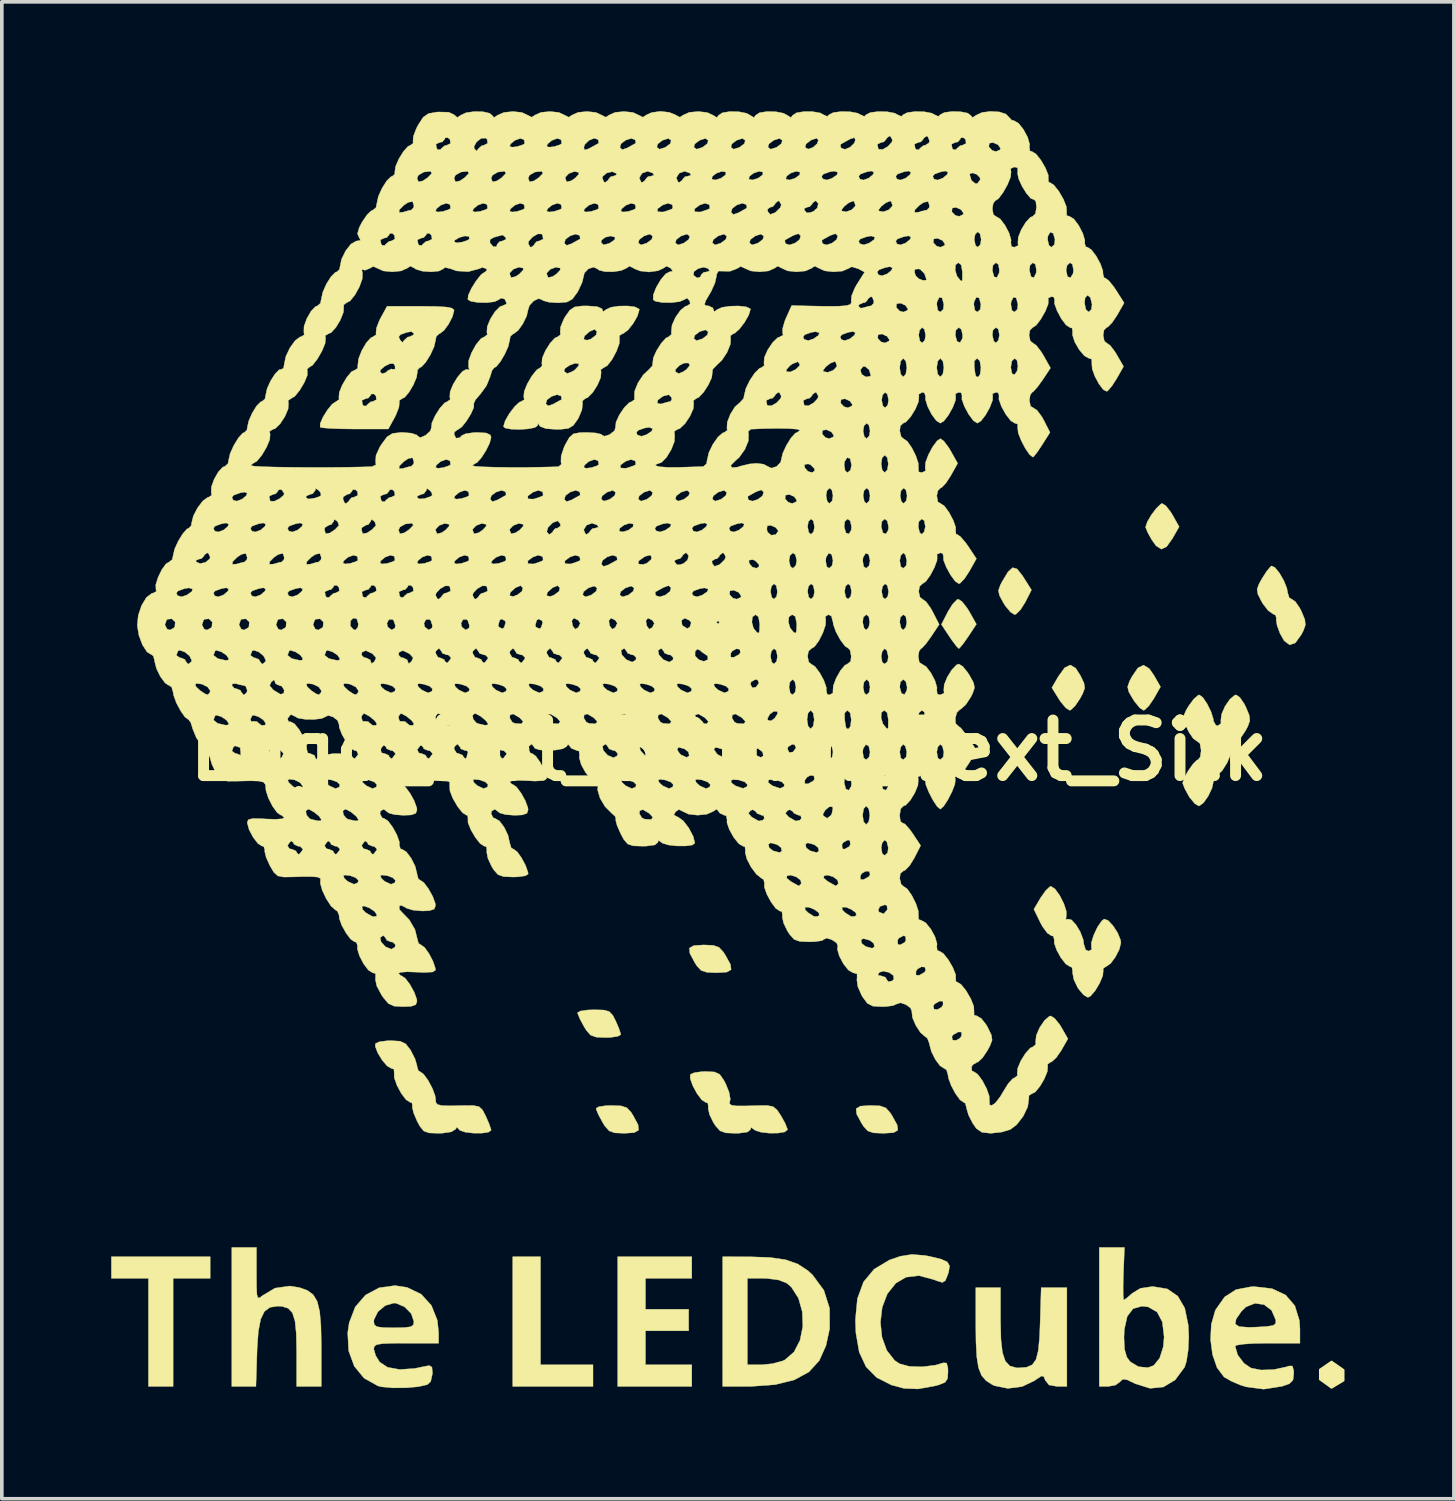
<source format=kicad_pcb>
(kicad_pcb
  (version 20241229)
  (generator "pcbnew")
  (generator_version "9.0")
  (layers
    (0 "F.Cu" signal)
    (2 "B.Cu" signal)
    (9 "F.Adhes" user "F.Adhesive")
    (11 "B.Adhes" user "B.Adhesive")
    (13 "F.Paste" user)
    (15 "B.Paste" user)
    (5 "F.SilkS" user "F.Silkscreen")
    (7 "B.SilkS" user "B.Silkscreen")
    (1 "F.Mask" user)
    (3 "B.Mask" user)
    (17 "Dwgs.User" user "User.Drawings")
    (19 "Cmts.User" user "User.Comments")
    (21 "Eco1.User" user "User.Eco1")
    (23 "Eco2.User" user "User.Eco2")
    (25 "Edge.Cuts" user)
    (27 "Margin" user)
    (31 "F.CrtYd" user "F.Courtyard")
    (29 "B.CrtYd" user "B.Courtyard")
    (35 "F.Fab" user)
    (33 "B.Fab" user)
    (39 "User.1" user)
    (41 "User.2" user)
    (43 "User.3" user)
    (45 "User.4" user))
  (footprint "Logo_Dot_30mm_Text_Silk"
    (layer "F.Cu")
    (at 16.938 17.531)
    (property "Reference" "Logo_Dot_30mm_Text_Silk" (at 0 0 0) (layer "F.SilkS") (effects (font (size 1.524 1.524) (thickness 0.3))))
    (attr through_hole)
    (fp_poly (pts (xy 16.21 17.25) (xy 16.21 16.98) (xy 16.53 16.76) (xy 16.86 16.99) (xy 16.86 17.28) (xy 16.53 17.48)) (stroke (width 0.05) (type solid)) (fill yes) (layer "F.SilkS"))
    (fp_poly (pts (xy -5.165 16.849) (xy -3.725 16.849) (xy -3.725 17.441) (xy -5.927 17.441) (xy -5.927 13.885) (xy -5.165 13.885) (xy -5.165 16.849)) (stroke (width 0.01) (type solid)) (fill yes) (layer "F.SilkS"))
    (fp_poly (pts (xy -14.224 14.478) (xy -15.24 14.478) (xy -15.24 17.441) (xy -15.917 17.441) (xy -15.917 14.478) (xy -16.933 14.478) (xy -16.933 13.885) (xy -14.224 13.885) (xy -14.224 14.478)) (stroke (width 0.01) (type solid)) (fill yes) (layer "F.SilkS"))
    (fp_poly (pts (xy -1.016 14.478) (xy -2.286 14.478) (xy -2.286 15.325) (xy -1.101 15.325) (xy -1.101 15.917) (xy -2.286 15.917) (xy -2.286 16.849) (xy -1.016 16.849) (xy -1.016 17.441) (xy -3.048 17.441) (xy -3.048 13.885) (xy -1.016 13.885) (xy -1.016 14.478)) (stroke (width 0.01) (type solid)) (fill yes) (layer "F.SilkS"))
    (fp_poly (pts (xy 6.397 -4.081) (xy 6.533 -3.908) (xy 6.597 -3.805) (xy 6.79 -3.462) (xy 6.569 -3.128) (xy 6.431 -2.932) (xy 6.332 -2.812) (xy 6.308 -2.794) (xy 6.242 -2.858) (xy 6.12 -3.021) (xy 6.049 -3.125) (xy 5.83 -3.455) (xy 6.007 -3.802) (xy 6.135 -4.009) (xy 6.254 -4.133) (xy 6.294 -4.149) (xy 6.397 -4.081)) (stroke (width 0.01) (type solid)) (fill yes) (layer "F.SilkS"))
    (fp_poly (pts (xy 9.513 -2.256) (xy 9.64 -2.058) (xy 9.74 -1.85) (xy 9.761 -1.709) (xy 9.702 -1.552) (xy 9.629 -1.418) (xy 9.497 -1.223) (xy 9.379 -1.111) (xy 9.347 -1.101) (xy 9.242 -1.167) (xy 9.102 -1.333) (xy 9.051 -1.411) (xy 8.859 -1.721) (xy 9.035 -2.025) (xy 9.209 -2.267) (xy 9.365 -2.344) (xy 9.513 -2.256)) (stroke (width 0.01) (type solid)) (fill yes) (layer "F.SilkS"))
    (fp_poly (pts (xy 11.529 -2.247) (xy 11.659 -2.06) (xy 11.839 -1.745) (xy 11.656 -1.423) (xy 11.523 -1.227) (xy 11.406 -1.113) (xy 11.373 -1.101) (xy 11.272 -1.167) (xy 11.134 -1.333) (xy 11.083 -1.41) (xy 10.967 -1.61) (xy 10.937 -1.745) (xy 10.988 -1.895) (xy 11.055 -2.023) (xy 11.22 -2.264) (xy 11.374 -2.339) (xy 11.529 -2.247)) (stroke (width 0.01) (type solid)) (fill yes) (layer "F.SilkS"))
    (fp_poly (pts (xy 7.906 -4.977) (xy 8.049 -4.798) (xy 8.082 -4.747) (xy 8.3 -4.402) (xy 8.128 -4.063) (xy 7.999 -3.859) (xy 7.878 -3.739) (xy 7.838 -3.725) (xy 7.727 -3.793) (xy 7.586 -3.961) (xy 7.535 -4.041) (xy 7.423 -4.247) (xy 7.394 -4.385) (xy 7.446 -4.535) (xy 7.498 -4.635) (xy 7.658 -4.9) (xy 7.784 -5.013) (xy 7.906 -4.977)) (stroke (width 0.01) (type solid)) (fill yes) (layer "F.SilkS"))
    (fp_poly (pts (xy 11.989 -6.706) (xy 12.122 -6.535) (xy 12.171 -6.454) (xy 12.35 -6.135) (xy 12.17 -5.819) (xy 12.007 -5.588) (xy 11.862 -5.52) (xy 11.715 -5.614) (xy 11.598 -5.779) (xy 11.489 -5.976) (xy 11.432 -6.113) (xy 11.43 -6.128) (xy 11.477 -6.27) (xy 11.589 -6.461) (xy 11.727 -6.643) (xy 11.848 -6.759) (xy 11.887 -6.773) (xy 11.989 -6.706)) (stroke (width 0.01) (type solid)) (fill yes) (layer "F.SilkS"))
    (fp_poly (pts (xy -0.424 5.345) (xy -0.268 5.401) (xy -0.148 5.531) (xy -0.092 5.619) (xy 0.045 5.868) (xy 0.063 6.012) (xy -0.054 6.079) (xy -0.32 6.096) (xy -0.34 6.096) (xy -0.602 6.085) (xy -0.76 6.033) (xy -0.875 5.91) (xy -0.932 5.821) (xy -1.067 5.569) (xy -1.082 5.421) (xy -0.962 5.352) (xy -0.695 5.334) (xy -0.684 5.334) (xy -0.424 5.345)) (stroke (width 0.01) (type solid)) (fill yes) (layer "F.SilkS"))
    (fp_poly (pts (xy 4.148 9.748) (xy 4.304 9.803) (xy 4.424 9.934) (xy 4.48 10.022) (xy 4.617 10.271) (xy 4.635 10.415) (xy 4.518 10.482) (xy 4.252 10.499) (xy 4.232 10.499) (xy 3.97 10.488) (xy 3.812 10.436) (xy 3.697 10.312) (xy 3.64 10.223) (xy 3.505 9.971) (xy 3.49 9.824) (xy 3.61 9.754) (xy 3.877 9.737) (xy 3.888 9.737) (xy 4.148 9.748)) (stroke (width 0.01) (type solid)) (fill yes) (layer "F.SilkS"))
    (fp_poly (pts (xy -2.954 9.748) (xy -2.796 9.8) (xy -2.681 9.923) (xy -2.624 10.012) (xy -2.489 10.264) (xy -2.474 10.412) (xy -2.594 10.481) (xy -2.861 10.499) (xy -2.87 10.499) (xy -3.128 10.488) (xy -3.282 10.433) (xy -3.399 10.302) (xy -3.463 10.197) (xy -3.575 9.99) (xy -3.637 9.841) (xy -3.641 9.816) (xy -3.564 9.771) (xy -3.37 9.742) (xy -3.216 9.737) (xy -2.954 9.748)) (stroke (width 0.01) (type solid)) (fill yes) (layer "F.SilkS"))
    (fp_poly (pts (xy -3.433 7.119) (xy -3.28 7.16) (xy -3.182 7.264) (xy -3.106 7.411) (xy -3.014 7.624) (xy -2.966 7.773) (xy -2.963 7.792) (xy -3.039 7.839) (xy -3.234 7.869) (xy -3.378 7.874) (xy -3.636 7.863) (xy -3.79 7.809) (xy -3.907 7.677) (xy -3.971 7.573) (xy -4.083 7.365) (xy -4.145 7.216) (xy -4.149 7.192) (xy -4.072 7.147) (xy -3.876 7.118) (xy -3.699 7.112) (xy -3.433 7.119)) (stroke (width 0.01) (type solid)) (fill yes) (layer "F.SilkS"))
    (fp_poly (pts (xy 14.981 -5.014) (xy 15.104 -4.861) (xy 15.222 -4.654) (xy 15.305 -4.446) (xy 15.325 -4.329) (xy 15.37 -4.186) (xy 15.439 -4.149) (xy 15.54 -4.078) (xy 15.661 -3.9) (xy 15.706 -3.81) (xy 15.797 -3.589) (xy 15.813 -3.44) (xy 15.755 -3.28) (xy 15.699 -3.175) (xy 15.537 -2.95) (xy 15.381 -2.895) (xy 15.23 -3.009) (xy 15.116 -3.21) (xy 15.035 -3.432) (xy 15.01 -3.593) (xy 15.018 -3.624) (xy 14.995 -3.709) (xy 14.921 -3.745) (xy 14.789 -3.84) (xy 14.643 -4.029) (xy 14.607 -4.091) (xy 14.508 -4.289) (xy 14.488 -4.426) (xy 14.548 -4.581) (xy 14.624 -4.716) (xy 14.753 -4.918) (xy 14.861 -5.044) (xy 14.886 -5.061) (xy 14.981 -5.014)) (stroke (width 0.01) (type solid)) (fill yes) (layer "F.SilkS"))
    (fp_poly (pts (xy -12.954 14.364) (xy -12.952 14.714) (xy -12.942 14.921) (xy -12.916 15.011) (xy -12.868 15.012) (xy -12.8 14.958) (xy -12.447 14.746) (xy -12.038 14.688) (xy -11.777 14.73) (xy -11.557 14.809) (xy -11.396 14.928) (xy -11.288 15.111) (xy -11.221 15.385) (xy -11.187 15.773) (xy -11.176 16.302) (xy -11.176 16.379) (xy -11.176 17.441) (xy -11.853 17.441) (xy -11.853 16.481) (xy -11.863 15.992) (xy -11.898 15.648) (xy -11.968 15.424) (xy -12.084 15.299) (xy -12.255 15.246) (xy -12.376 15.24) (xy -12.585 15.273) (xy -12.736 15.385) (xy -12.839 15.598) (xy -12.903 15.933) (xy -12.937 16.41) (xy -12.94 16.519) (xy -12.969 17.441) (xy -13.631 17.441) (xy -13.631 13.631) (xy -12.954 13.631) (xy -12.954 14.364)) (stroke (width 0.01) (type solid)) (fill yes) (layer "F.SilkS"))
    (fp_poly (pts (xy 7.451 15.644) (xy 7.463 16.152) (xy 7.504 16.513) (xy 7.583 16.749) (xy 7.708 16.881) (xy 7.887 16.931) (xy 7.947 16.933) (xy 8.166 16.916) (xy 8.321 16.848) (xy 8.424 16.705) (xy 8.487 16.461) (xy 8.522 16.091) (xy 8.537 15.713) (xy 8.566 14.732) (xy 9.271 14.732) (xy 9.271 17.441) (xy 9.002 17.441) (xy 8.783 17.403) (xy 8.68 17.276) (xy 8.679 17.273) (xy 8.635 17.166) (xy 8.57 17.158) (xy 8.431 17.249) (xy 8.39 17.28) (xy 8.044 17.446) (xy 7.652 17.496) (xy 7.285 17.422) (xy 7.229 17.396) (xy 7.055 17.285) (xy 6.93 17.14) (xy 6.848 16.931) (xy 6.8 16.632) (xy 6.778 16.214) (xy 6.773 15.786) (xy 6.773 14.732) (xy 7.451 14.732) (xy 7.451 15.644)) (stroke (width 0.01) (type solid)) (fill yes) (layer "F.SilkS"))
    (fp_poly (pts (xy 0.572 13.886) (xy 1.128 13.905) (xy 1.556 13.967) (xy 1.89 14.084) (xy 2.168 14.266) (xy 2.296 14.383) (xy 2.607 14.806) (xy 2.763 15.298) (xy 2.765 15.858) (xy 2.665 16.321) (xy 2.48 16.734) (xy 2.195 17.046) (xy 1.795 17.263) (xy 1.27 17.393) (xy 0.607 17.441) (xy 0.513 17.441) (xy -0.169 17.441) (xy -0.169 14.478) (xy 0.508 14.478) (xy 0.508 16.849) (xy 0.893 16.849) (xy 1.196 16.818) (xy 1.474 16.743) (xy 1.535 16.716) (xy 1.788 16.497) (xy 1.953 16.176) (xy 2.029 15.794) (xy 2.015 15.395) (xy 1.91 15.022) (xy 1.713 14.716) (xy 1.59 14.61) (xy 1.368 14.523) (xy 1.046 14.48) (xy 0.955 14.478) (xy 0.508 14.478) (xy -0.169 14.478) (xy -0.169 13.885) (xy 0.572 13.886)) (stroke (width 0.01) (type solid)) (fill yes) (layer "F.SilkS"))
    (fp_poly (pts (xy 5.38 13.851) (xy 5.498 13.873) (xy 5.816 13.949) (xy 5.993 14.028) (xy 6.055 14.139) (xy 6.028 14.305) (xy 6.007 14.371) (xy 5.938 14.54) (xy 5.856 14.59) (xy 5.699 14.543) (xy 5.627 14.514) (xy 5.214 14.403) (xy 4.859 14.446) (xy 4.581 14.61) (xy 4.347 14.902) (xy 4.206 15.273) (xy 4.158 15.683) (xy 4.2 16.09) (xy 4.331 16.453) (xy 4.548 16.73) (xy 4.681 16.819) (xy 4.949 16.892) (xy 5.303 16.904) (xy 5.671 16.857) (xy 5.885 16.794) (xy 5.972 16.801) (xy 6.008 16.93) (xy 6.011 17.041) (xy 5.999 17.226) (xy 5.931 17.329) (xy 5.763 17.398) (xy 5.635 17.431) (xy 5.188 17.511) (xy 4.805 17.496) (xy 4.457 17.402) (xy 4.053 17.197) (xy 3.763 16.903) (xy 3.576 16.501) (xy 3.485 15.977) (xy 3.471 15.617) (xy 3.526 15.036) (xy 3.694 14.576) (xy 3.985 14.226) (xy 4.404 13.975) (xy 4.699 13.873) (xy 5.019 13.822) (xy 5.38 13.851)) (stroke (width 0.01) (type solid)) (fill yes) (layer "F.SilkS"))
    (fp_poly (pts (xy -0.391 8.818) (xy -0.248 8.885) (xy -0.134 9.05) (xy -0.087 9.139) (xy 0.007 9.372) (xy 0.04 9.561) (xy 0.032 9.605) (xy 0.018 9.68) (xy 0.064 9.726) (xy 0.199 9.748) (xy 0.451 9.749) (xy 0.772 9.74) (xy 1.047 9.736) (xy 1.211 9.767) (xy 1.322 9.858) (xy 1.428 10.015) (xy 1.543 10.223) (xy 1.605 10.378) (xy 1.609 10.403) (xy 1.535 10.462) (xy 1.352 10.493) (xy 1.117 10.496) (xy 0.888 10.471) (xy 0.723 10.419) (xy 0.694 10.397) (xy 0.61 10.338) (xy 0.593 10.397) (xy 0.512 10.465) (xy 0.28 10.497) (xy 0.176 10.499) (xy -0.083 10.488) (xy -0.24 10.432) (xy -0.361 10.3) (xy -0.425 10.2) (xy -0.53 9.984) (xy -0.567 9.81) (xy -0.561 9.777) (xy -0.576 9.669) (xy -0.636 9.652) (xy -0.744 9.581) (xy -0.872 9.41) (xy -0.988 9.196) (xy -1.059 8.999) (xy -1.057 8.887) (xy -0.948 8.837) (xy -0.734 8.808) (xy -0.632 8.805) (xy -0.391 8.818)) (stroke (width 0.01) (type solid)) (fill yes) (layer "F.SilkS"))
    (fp_poly (pts (xy 10.822 14.351) (xy 10.814 14.676) (xy 10.815 14.925) (xy 10.826 15.058) (xy 10.832 15.071) (xy 10.913 15.019) (xy 11.057 14.894) (xy 11.064 14.887) (xy 11.29 14.75) (xy 11.604 14.704) (xy 11.64 14.704) (xy 12.026 14.768) (xy 12.313 14.965) (xy 12.504 15.295) (xy 12.601 15.764) (xy 12.615 16.087) (xy 12.597 16.455) (xy 12.549 16.761) (xy 12.497 16.917) (xy 12.241 17.263) (xy 11.92 17.457) (xy 11.55 17.494) (xy 11.148 17.367) (xy 11.137 17.362) (xy 10.923 17.26) (xy 10.806 17.242) (xy 10.739 17.301) (xy 10.731 17.314) (xy 10.602 17.406) (xy 10.41 17.441) (xy 10.16 17.441) (xy 10.16 16.106) (xy 10.837 16.106) (xy 10.854 16.428) (xy 10.914 16.637) (xy 11.007 16.764) (xy 11.235 16.901) (xy 11.492 16.926) (xy 11.65 16.869) (xy 11.815 16.668) (xy 11.915 16.353) (xy 11.938 16.087) (xy 11.89 15.675) (xy 11.744 15.4) (xy 11.5 15.261) (xy 11.329 15.241) (xy 11.086 15.31) (xy 10.926 15.521) (xy 10.847 15.878) (xy 10.837 16.106) (xy 10.16 16.106) (xy 10.16 13.631) (xy 10.85 13.631) (xy 10.822 14.351)) (stroke (width 0.01) (type solid)) (fill yes) (layer "F.SilkS"))
    (fp_poly (pts (xy -8.822 14.727) (xy -8.438 14.912) (xy -8.157 15.22) (xy -7.994 15.628) (xy -7.959 15.965) (xy -7.959 16.256) (xy -8.848 16.256) (xy -9.245 16.258) (xy -9.503 16.269) (xy -9.651 16.294) (xy -9.719 16.337) (xy -9.737 16.405) (xy -9.737 16.416) (xy -9.685 16.597) (xy -9.577 16.773) (xy -9.357 16.918) (xy -9.022 16.978) (xy -8.606 16.948) (xy -8.403 16.905) (xy -8.217 16.869) (xy -8.142 16.913) (xy -8.128 17.073) (xy -8.128 17.087) (xy -8.176 17.306) (xy -8.269 17.393) (xy -8.522 17.45) (xy -8.865 17.48) (xy -9.225 17.481) (xy -9.526 17.452) (xy -9.625 17.427) (xy -10.002 17.216) (xy -10.272 16.888) (xy -10.426 16.466) (xy -10.452 15.973) (xy -10.412 15.697) (xy -10.399 15.663) (xy -9.737 15.663) (xy -9.72 15.755) (xy -9.643 15.806) (xy -9.47 15.828) (xy -9.186 15.833) (xy -8.889 15.827) (xy -8.722 15.804) (xy -8.651 15.751) (xy -8.636 15.663) (xy -8.71 15.445) (xy -8.893 15.259) (xy -9.126 15.16) (xy -9.186 15.155) (xy -9.423 15.224) (xy -9.624 15.393) (xy -9.731 15.608) (xy -9.737 15.663) (xy -10.399 15.663) (xy -10.245 15.261) (xy -9.964 14.936) (xy -9.592 14.736) (xy -9.155 14.676) (xy -8.822 14.727)) (stroke (width 0.01) (type solid)) (fill yes) (layer "F.SilkS"))
    (fp_poly (pts (xy 14.898 14.76) (xy 15.271 14.935) (xy 15.522 15.227) (xy 15.648 15.633) (xy 15.663 15.871) (xy 15.663 16.256) (xy 14.774 16.256) (xy 14.394 16.263) (xy 14.1 16.283) (xy 13.923 16.312) (xy 13.885 16.337) (xy 13.955 16.578) (xy 14.128 16.807) (xy 14.321 16.938) (xy 14.599 16.992) (xy 14.952 16.979) (xy 15.301 16.903) (xy 15.36 16.882) (xy 15.455 16.882) (xy 15.492 17.006) (xy 15.494 17.09) (xy 15.472 17.267) (xy 15.376 17.367) (xy 15.177 17.437) (xy 14.667 17.517) (xy 14.184 17.453) (xy 14.033 17.405) (xy 13.789 17.302) (xy 13.598 17.193) (xy 13.575 17.176) (xy 13.388 16.925) (xy 13.265 16.568) (xy 13.211 16.155) (xy 13.232 15.739) (xy 13.235 15.73) (xy 13.888 15.73) (xy 13.996 15.801) (xy 14.252 15.821) (xy 14.457 15.815) (xy 14.76 15.797) (xy 14.928 15.769) (xy 14.997 15.717) (xy 15.001 15.629) (xy 15 15.621) (xy 14.885 15.354) (xy 14.679 15.198) (xy 14.429 15.163) (xy 14.18 15.262) (xy 14.061 15.378) (xy 13.913 15.593) (xy 13.888 15.73) (xy 13.235 15.73) (xy 13.336 15.373) (xy 13.356 15.331) (xy 13.597 14.988) (xy 13.91 14.786) (xy 14.325 14.707) (xy 14.408 14.704) (xy 14.898 14.76)) (stroke (width 0.01) (type solid)) (fill yes) (layer "F.SilkS"))
    (fp_poly (pts (xy 8.946 3.798) (xy 9.074 3.975) (xy 9.187 4.199) (xy 9.256 4.41) (xy 9.256 4.538) (xy 9.242 4.638) (xy 9.298 4.624) (xy 9.398 4.647) (xy 9.523 4.783) (xy 9.641 4.981) (xy 9.72 5.193) (xy 9.736 5.313) (xy 9.787 5.469) (xy 9.869 5.503) (xy 9.954 5.459) (xy 9.944 5.411) (xy 9.941 5.277) (xy 10.006 5.067) (xy 10.11 4.845) (xy 10.227 4.675) (xy 10.293 4.624) (xy 10.401 4.662) (xy 10.536 4.805) (xy 10.662 5) (xy 10.742 5.195) (xy 10.753 5.274) (xy 10.709 5.455) (xy 10.602 5.665) (xy 10.471 5.841) (xy 10.354 5.925) (xy 10.343 5.926) (xy 10.264 5.986) (xy 10.269 6.032) (xy 10.256 6.176) (xy 10.171 6.381) (xy 10.048 6.588) (xy 9.921 6.736) (xy 9.847 6.773) (xy 9.733 6.707) (xy 9.594 6.544) (xy 9.564 6.498) (xy 9.461 6.28) (xy 9.427 6.098) (xy 9.43 6.075) (xy 9.412 5.951) (xy 9.356 5.927) (xy 9.242 5.857) (xy 9.108 5.686) (xy 8.991 5.475) (xy 8.924 5.283) (xy 8.925 5.195) (xy 8.901 5.095) (xy 8.844 5.08) (xy 8.736 5.01) (xy 8.604 4.832) (xy 8.542 4.717) (xy 8.366 4.355) (xy 8.552 4.04) (xy 8.687 3.847) (xy 8.804 3.736) (xy 8.835 3.726) (xy 8.946 3.798)) (stroke (width 0.01) (type solid)) (fill yes) (layer "F.SilkS"))
    (fp_poly (pts (xy -9.015 7.974) (xy -8.863 8.045) (xy -8.737 8.206) (xy -8.72 8.234) (xy -8.608 8.454) (xy -8.553 8.636) (xy -8.552 8.657) (xy -8.515 8.783) (xy -8.474 8.805) (xy -8.373 8.876) (xy -8.247 9.048) (xy -8.131 9.266) (xy -8.055 9.471) (xy -8.043 9.556) (xy -8.035 9.651) (xy -7.989 9.71) (xy -7.872 9.739) (xy -7.652 9.746) (xy -7.297 9.739) (xy -7.278 9.738) (xy -7.008 9.737) (xy -6.851 9.769) (xy -6.754 9.86) (xy -6.665 10.031) (xy -6.572 10.245) (xy -6.522 10.396) (xy -6.519 10.417) (xy -6.593 10.47) (xy -6.774 10.496) (xy -7.004 10.495) (xy -7.223 10.47) (xy -7.373 10.421) (xy -7.401 10.393) (xy -7.457 10.331) (xy -7.5 10.393) (xy -7.615 10.461) (xy -7.855 10.496) (xy -7.964 10.499) (xy -8.218 10.49) (xy -8.366 10.438) (xy -8.474 10.305) (xy -8.553 10.157) (xy -8.647 9.935) (xy -8.684 9.771) (xy -8.677 9.734) (xy -8.693 9.66) (xy -8.737 9.651) (xy -8.851 9.58) (xy -8.984 9.404) (xy -9.102 9.184) (xy -9.175 8.976) (xy -9.177 8.853) (xy -9.185 8.74) (xy -9.254 8.721) (xy -9.37 8.654) (xy -9.508 8.492) (xy -9.629 8.293) (xy -9.696 8.117) (xy -9.69 8.037) (xy -9.583 7.989) (xy -9.37 7.962) (xy -9.265 7.959) (xy -9.015 7.974)) (stroke (width 0.01) (type solid)) (fill yes) (layer "F.SilkS"))
    (fp_poly (pts (xy 14.016 -1.453) (xy 14.137 -1.275) (xy 14.182 -1.185) (xy 14.273 -0.965) (xy 14.289 -0.815) (xy 14.231 -0.655) (xy 14.175 -0.55) (xy 14.049 -0.361) (xy 13.933 -0.26) (xy 13.908 -0.254) (xy 13.824 -0.182) (xy 13.8 -0.064) (xy 13.76 0.124) (xy 13.661 0.347) (xy 13.535 0.546) (xy 13.417 0.665) (xy 13.379 0.677) (xy 13.308 0.748) (xy 13.293 0.84) (xy 13.251 1.033) (xy 13.148 1.251) (xy 13.02 1.434) (xy 12.902 1.522) (xy 12.889 1.523) (xy 12.779 1.458) (xy 12.643 1.294) (xy 12.614 1.249) (xy 12.505 1.049) (xy 12.449 0.905) (xy 12.447 0.889) (xy 12.491 0.749) (xy 12.597 0.559) (xy 12.725 0.378) (xy 12.837 0.266) (xy 12.868 0.254) (xy 12.928 0.18) (xy 12.954 0.003) (xy 12.954 0) (xy 12.92 -0.193) (xy 12.84 -0.254) (xy 12.738 -0.325) (xy 12.618 -0.502) (xy 12.576 -0.587) (xy 12.486 -0.804) (xy 12.474 -0.95) (xy 12.544 -1.109) (xy 12.612 -1.222) (xy 12.751 -1.41) (xy 12.874 -1.516) (xy 12.903 -1.524) (xy 13 -1.453) (xy 13.117 -1.28) (xy 13.224 -1.064) (xy 13.287 -0.862) (xy 13.293 -0.801) (xy 13.358 -0.691) (xy 13.412 -0.677) (xy 13.497 -0.741) (xy 13.494 -0.826) (xy 13.513 -0.994) (xy 13.606 -1.206) (xy 13.738 -1.4) (xy 13.872 -1.514) (xy 13.914 -1.524) (xy 14.016 -1.453)) (stroke (width 0.01) (type solid)) (fill yes) (layer "F.SilkS"))
    (fp_poly (pts (xy -8.032 -12.177) (xy -7.754 -12.161) (xy -7.598 -12.131) (xy -7.538 -12.084) (xy -7.535 -12.067) (xy -7.579 -11.897) (xy -7.684 -11.694) (xy -7.813 -11.518) (xy -7.926 -11.432) (xy -7.938 -11.431) (xy -8.022 -11.359) (xy -8.043 -11.249) (xy -8.084 -11.071) (xy -8.184 -10.852) (xy -8.31 -10.649) (xy -8.429 -10.519) (xy -8.477 -10.499) (xy -8.541 -10.434) (xy -8.54 -10.393) (xy -8.564 -10.234) (xy -8.653 -10.023) (xy -8.775 -9.818) (xy -8.896 -9.679) (xy -8.955 -9.652) (xy -9.039 -9.595) (xy -9.035 -9.546) (xy -9.048 -9.411) (xy -9.13 -9.201) (xy -9.167 -9.128) (xy -9.339 -8.815) (xy -10.248 -8.815) (xy -10.624 -8.82) (xy -10.934 -8.832) (xy -11.141 -8.849) (xy -11.208 -8.865) (xy -11.206 -8.968) (xy -11.128 -9.145) (xy -11.007 -9.34) (xy -10.877 -9.499) (xy -10.773 -9.567) (xy -10.77 -9.567) (xy -10.723 -9.601) (xy -10.065 -9.601) (xy -10.043 -9.484) (xy -10.014 -9.449) (xy -9.937 -9.449) (xy -9.922 -9.477) (xy -9.823 -9.56) (xy -9.772 -9.567) (xy -9.664 -9.619) (xy -9.679 -9.727) (xy -9.737 -9.779) (xy -9.815 -9.772) (xy -9.821 -9.742) (xy -9.89 -9.662) (xy -9.948 -9.652) (xy -10.065 -9.601) (xy -10.723 -9.601) (xy -10.687 -9.627) (xy -10.694 -9.681) (xy -10.683 -9.822) (xy -10.601 -10.023) (xy -10.48 -10.228) (xy -10.352 -10.383) (xy -10.332 -10.394) (xy -9.567 -10.394) (xy -9.513 -10.332) (xy -9.406 -10.362) (xy -9.355 -10.415) (xy -9.253 -10.464) (xy -9.223 -10.453) (xy -9.153 -10.458) (xy -9.155 -10.546) (xy -9.195 -10.607) (xy -9.295 -10.607) (xy -9.439 -10.536) (xy -9.55 -10.439) (xy -9.567 -10.394) (xy -10.332 -10.394) (xy -10.253 -10.433) (xy -10.178 -10.48) (xy -10.175 -10.567) (xy -10.154 -10.744) (xy -10.066 -10.968) (xy -9.943 -11.178) (xy -9.816 -11.319) (xy -9.759 -11.343) (xy -9.053 -11.343) (xy -9.01 -11.249) (xy -8.943 -11.188) (xy -8.91 -11.244) (xy -8.807 -11.337) (xy -8.756 -11.345) (xy -8.648 -11.397) (xy -8.636 -11.436) (xy -8.703 -11.487) (xy -8.826 -11.468) (xy -9.004 -11.404) (xy -9.053 -11.343) (xy -9.759 -11.343) (xy -9.753 -11.345) (xy -9.672 -11.404) (xy -9.677 -11.451) (xy -9.663 -11.586) (xy -9.582 -11.796) (xy -9.544 -11.869) (xy -9.373 -12.182) (xy -8.454 -12.182) (xy -8.032 -12.177)) (stroke (width 0.01) (type solid)) (fill yes) (layer "F.SilkS"))
    (fp_poly (pts (xy -3.61 -12.172) (xy -3.48 -12.116) (xy -3.471 -12.09) (xy -3.446 -12.031) (xy -3.37 -12.09) (xy -3.232 -12.154) (xy -3.015 -12.187) (xy -2.776 -12.19) (xy -2.573 -12.164) (xy -2.462 -12.107) (xy -2.456 -12.086) (xy -2.504 -11.918) (xy -2.62 -11.714) (xy -2.763 -11.533) (xy -2.892 -11.435) (xy -2.917 -11.43) (xy -3.004 -11.373) (xy -2.997 -11.311) (xy -3.004 -11.16) (xy -3.083 -10.945) (xy -3.201 -10.724) (xy -3.33 -10.557) (xy -3.428 -10.499) (xy -3.512 -10.442) (xy -3.503 -10.374) (xy -3.515 -10.224) (xy -3.604 -10.018) (xy -3.733 -9.816) (xy -3.868 -9.679) (xy -3.936 -9.652) (xy -4.014 -9.587) (xy -4.012 -9.504) (xy -4.03 -9.338) (xy -4.122 -9.121) (xy -4.145 -9.081) (xy -4.266 -8.913) (xy -4.4 -8.832) (xy -4.61 -8.807) (xy -4.733 -8.805) (xy -5.012 -8.826) (xy -5.172 -8.884) (xy -5.193 -8.911) (xy -5.232 -8.974) (xy -5.243 -8.911) (xy -5.32 -8.855) (xy -5.506 -8.819) (xy -5.741 -8.803) (xy -5.97 -8.811) (xy -6.135 -8.842) (xy -6.181 -8.885) (xy -6.133 -9.041) (xy -6.018 -9.242) (xy -5.874 -9.431) (xy -5.788 -9.51) (xy -5.02 -9.51) (xy -4.956 -9.449) (xy -4.818 -9.497) (xy -4.797 -9.508) (xy -4.647 -9.591) (xy -4.585 -9.625) (xy -4.592 -9.697) (xy -4.606 -9.723) (xy -4.709 -9.758) (xy -4.86 -9.71) (xy -4.987 -9.615) (xy -5.02 -9.51) (xy -5.788 -9.51) (xy -5.744 -9.551) (xy -5.698 -9.567) (xy -5.61 -9.62) (xy -5.624 -9.708) (xy -5.611 -9.85) (xy -5.525 -10.058) (xy -5.399 -10.273) (xy -5.296 -10.402) (xy -4.522 -10.402) (xy -4.431 -10.337) (xy -4.286 -10.394) (xy -4.213 -10.446) (xy -4.117 -10.553) (xy -4.116 -10.607) (xy -4.218 -10.618) (xy -4.367 -10.563) (xy -4.491 -10.479) (xy -4.522 -10.402) (xy -5.296 -10.402) (xy -5.266 -10.439) (xy -5.166 -10.499) (xy -5.118 -10.56) (xy -5.129 -10.613) (xy -5.117 -10.76) (xy -5.029 -10.966) (xy -4.9 -11.17) (xy -4.805 -11.272) (xy -3.979 -11.272) (xy -3.883 -11.251) (xy -3.777 -11.287) (xy -3.641 -11.392) (xy -3.616 -11.487) (xy -3.68 -11.549) (xy -3.815 -11.492) (xy -3.818 -11.49) (xy -3.96 -11.365) (xy -3.979 -11.272) (xy -4.805 -11.272) (xy -4.767 -11.313) (xy -4.693 -11.345) (xy -4.616 -11.404) (xy -4.625 -11.47) (xy -4.614 -11.616) (xy -4.527 -11.827) (xy -4.489 -11.894) (xy -4.361 -12.074) (xy -4.23 -12.162) (xy -4.028 -12.19) (xy -3.888 -12.192) (xy -3.61 -12.172)) (stroke (width 0.01) (type solid)) (fill yes) (layer "F.SilkS"))
    (fp_poly (pts (xy 7.415 -17.512) (xy 7.596 -17.455) (xy 7.651 -17.399) (xy 7.759 -17.286) (xy 7.821 -17.272) (xy 7.944 -17.201) (xy 8.081 -17.029) (xy 8.195 -16.817) (xy 8.25 -16.625) (xy 8.243 -16.552) (xy 8.256 -16.443) (xy 8.315 -16.425) (xy 8.426 -16.356) (xy 8.56 -16.187) (xy 8.683 -15.976) (xy 8.761 -15.781) (xy 8.763 -15.664) (xy 8.769 -15.585) (xy 8.799 -15.579) (xy 8.913 -15.508) (xy 9.05 -15.336) (xy 9.175 -15.119) (xy 9.257 -14.914) (xy 9.264 -14.788) (xy 9.267 -14.67) (xy 9.345 -14.647) (xy 9.461 -14.576) (xy 9.593 -14.403) (xy 9.705 -14.188) (xy 9.764 -13.992) (xy 9.76 -13.906) (xy 9.79 -13.812) (xy 9.837 -13.801) (xy 9.945 -13.73) (xy 10.075 -13.559) (xy 10.19 -13.347) (xy 10.259 -13.152) (xy 10.262 -13.066) (xy 10.29 -12.965) (xy 10.325 -12.954) (xy 10.418 -12.888) (xy 10.554 -12.721) (xy 10.626 -12.614) (xy 10.841 -12.274) (xy 10.649 -11.937) (xy 10.514 -11.736) (xy 10.397 -11.615) (xy 10.361 -11.6) (xy 10.289 -11.527) (xy 10.266 -11.388) (xy 10.298 -11.228) (xy 10.361 -11.175) (xy 10.458 -11.108) (xy 10.588 -10.938) (xy 10.64 -10.852) (xy 10.825 -10.53) (xy 10.64 -10.203) (xy 10.509 -9.998) (xy 10.397 -9.867) (xy 10.367 -9.848) (xy 10.271 -9.894) (xy 10.153 -10.049) (xy 10.041 -10.256) (xy 9.966 -10.461) (xy 9.955 -10.611) (xy 9.957 -10.617) (xy 9.951 -10.732) (xy 9.88 -10.753) (xy 9.751 -10.823) (xy 9.607 -10.994) (xy 9.485 -11.206) (xy 9.424 -11.398) (xy 9.429 -11.474) (xy 9.415 -11.582) (xy 9.355 -11.599) (xy 9.247 -11.67) (xy 9.118 -11.842) (xy 9.003 -12.056) (xy 8.932 -12.252) (xy 8.932 -12.272) (xy 9.755 -12.272) (xy 9.792 -12.094) (xy 9.868 -12.023) (xy 9.943 -12.095) (xy 9.961 -12.233) (xy 9.916 -12.42) (xy 9.839 -12.484) (xy 9.772 -12.417) (xy 9.755 -12.272) (xy 8.932 -12.272) (xy 8.934 -12.364) (xy 8.912 -12.434) (xy 8.848 -12.446) (xy 8.756 -12.406) (xy 8.763 -12.361) (xy 8.757 -12.238) (xy 8.678 -12.041) (xy 8.558 -11.83) (xy 8.432 -11.663) (xy 8.335 -11.599) (xy 8.259 -11.527) (xy 8.234 -11.388) (xy 8.268 -11.229) (xy 8.335 -11.176) (xy 8.433 -11.108) (xy 8.565 -10.936) (xy 8.629 -10.833) (xy 8.822 -10.489) (xy 8.601 -10.155) (xy 8.458 -9.959) (xy 8.348 -9.839) (xy 8.317 -9.821) (xy 8.266 -9.749) (xy 8.243 -9.61) (xy 8.273 -9.442) (xy 8.347 -9.398) (xy 8.453 -9.329) (xy 8.583 -9.154) (xy 8.636 -9.06) (xy 8.808 -8.722) (xy 8.594 -8.383) (xy 8.461 -8.184) (xy 8.364 -8.061) (xy 8.34 -8.043) (xy 8.249 -8.113) (xy 8.131 -8.285) (xy 8.018 -8.501) (xy 7.938 -8.703) (xy 7.923 -8.833) (xy 7.923 -8.834) (xy 7.92 -8.952) (xy 7.842 -8.975) (xy 7.729 -9.045) (xy 7.597 -9.217) (xy 7.478 -9.43) (xy 7.407 -9.627) (xy 7.41 -9.74) (xy 7.388 -9.809) (xy 7.324 -9.821) (xy 7.231 -9.783) (xy 7.237 -9.74) (xy 7.235 -9.61) (xy 7.158 -9.409) (xy 7.039 -9.196) (xy 6.911 -9.032) (xy 6.816 -8.975) (xy 6.707 -9.045) (xy 6.579 -9.217) (xy 6.463 -9.431) (xy 6.392 -9.627) (xy 6.394 -9.74) (xy 6.372 -9.809) (xy 6.308 -9.821) (xy 6.215 -9.783) (xy 6.221 -9.74) (xy 6.219 -9.61) (xy 6.142 -9.409) (xy 6.023 -9.196) (xy 5.895 -9.032) (xy 5.8 -8.975) (xy 5.689 -9.046) (xy 5.562 -9.218) (xy 5.452 -9.433) (xy 5.392 -9.628) (xy 5.395 -9.716) (xy 5.363 -9.807) (xy 5.301 -9.821) (xy 5.209 -9.767) (xy 5.214 -9.707) (xy 5.201 -9.562) (xy 5.114 -9.357) (xy 4.988 -9.153) (xy 4.857 -9.008) (xy 4.784 -8.975) (xy 4.704 -8.902) (xy 4.687 -8.763) (xy 4.727 -8.604) (xy 4.789 -8.551) (xy 4.893 -8.48) (xy 5.016 -8.305) (xy 5.127 -8.085) (xy 5.196 -7.879) (xy 5.199 -7.756) (xy 5.205 -7.642) (xy 5.292 -7.62) (xy 5.395 -7.667) (xy 5.386 -7.752) (xy 5.395 -7.897) (xy 5.473 -8.107) (xy 5.589 -8.325) (xy 5.713 -8.492) (xy 5.805 -8.551) (xy 5.897 -8.483) (xy 6.026 -8.313) (xy 6.086 -8.213) (xy 6.276 -7.874) (xy 6.086 -7.535) (xy 5.954 -7.333) (xy 5.84 -7.212) (xy 5.805 -7.197) (xy 5.733 -7.124) (xy 5.703 -6.985) (xy 5.733 -6.817) (xy 5.807 -6.773) (xy 5.912 -6.703) (xy 6.038 -6.531) (xy 6.152 -6.317) (xy 6.222 -6.121) (xy 6.221 -6.008) (xy 6.23 -5.932) (xy 6.259 -5.927) (xy 6.354 -5.862) (xy 6.495 -5.697) (xy 6.569 -5.593) (xy 6.79 -5.259) (xy 6.597 -4.915) (xy 6.463 -4.711) (xy 6.346 -4.588) (xy 6.308 -4.572) (xy 6.207 -4.642) (xy 6.082 -4.812) (xy 5.965 -5.024) (xy 5.889 -5.218) (xy 5.884 -5.334) (xy 5.864 -5.406) (xy 5.8 -5.419) (xy 5.707 -5.38) (xy 5.713 -5.337) (xy 5.71 -5.212) (xy 5.636 -5.013) (xy 5.523 -4.801) (xy 5.403 -4.634) (xy 5.311 -4.572) (xy 5.233 -4.5) (xy 5.207 -4.36) (xy 5.243 -4.201) (xy 5.311 -4.149) (xy 5.409 -4.079) (xy 5.535 -3.904) (xy 5.592 -3.802) (xy 5.769 -3.455) (xy 5.55 -3.125) (xy 5.409 -2.929) (xy 5.299 -2.81) (xy 5.269 -2.794) (xy 5.218 -2.721) (xy 5.195 -2.582) (xy 5.223 -2.418) (xy 5.292 -2.371) (xy 5.41 -2.3) (xy 5.541 -2.128) (xy 5.653 -1.916) (xy 5.709 -1.726) (xy 5.703 -1.651) (xy 5.718 -1.544) (xy 5.8 -1.524) (xy 5.904 -1.572) (xy 5.896 -1.651) (xy 5.906 -1.802) (xy 5.99 -2.01) (xy 6.115 -2.211) (xy 6.245 -2.347) (xy 6.308 -2.371) (xy 6.416 -2.304) (xy 6.553 -2.135) (xy 6.601 -2.06) (xy 6.712 -1.857) (xy 6.739 -1.718) (xy 6.685 -1.562) (xy 6.631 -1.456) (xy 6.498 -1.256) (xy 6.363 -1.134) (xy 6.338 -1.124) (xy 6.254 -1.038) (xy 6.211 -0.885) (xy 6.22 -0.74) (xy 6.285 -0.677) (xy 6.365 -0.613) (xy 6.495 -0.449) (xy 6.569 -0.343) (xy 6.79 -0.01) (xy 6.597 0.334) (xy 6.457 0.539) (xy 6.328 0.662) (xy 6.283 0.677) (xy 6.202 0.734) (xy 6.213 0.808) (xy 6.198 0.933) (xy 6.12 1.132) (xy 6.009 1.35) (xy 5.894 1.527) (xy 5.805 1.608) (xy 5.8 1.609) (xy 5.714 1.539) (xy 5.601 1.367) (xy 5.488 1.151) (xy 5.406 0.947) (xy 5.385 0.814) (xy 5.387 0.808) (xy 5.376 0.698) (xy 5.292 0.677) (xy 5.188 0.726) (xy 5.195 0.804) (xy 5.186 0.954) (xy 5.102 1.16) (xy 4.98 1.362) (xy 4.852 1.499) (xy 4.789 1.524) (xy 4.714 1.598) (xy 4.685 1.774) (xy 4.704 1.937) (xy 4.75 1.984) (xy 4.752 1.983) (xy 4.834 2.022) (xy 4.964 2.168) (xy 5.04 2.275) (xy 5.261 2.608) (xy 5.084 2.955) (xy 4.955 3.163) (xy 4.833 3.287) (xy 4.791 3.302) (xy 4.703 3.375) (xy 4.687 3.514) (xy 4.727 3.673) (xy 4.789 3.725) (xy 4.893 3.797) (xy 5.016 3.972) (xy 5.127 4.192) (xy 5.196 4.398) (xy 5.199 4.521) (xy 5.205 4.636) (xy 5.274 4.657) (xy 5.401 4.728) (xy 5.54 4.9) (xy 5.655 5.112) (xy 5.711 5.305) (xy 5.703 5.377) (xy 5.716 5.486) (xy 5.775 5.503) (xy 5.886 5.572) (xy 6.02 5.741) (xy 6.143 5.952) (xy 6.221 6.147) (xy 6.223 6.265) (xy 6.229 6.343) (xy 6.259 6.35) (xy 6.373 6.42) (xy 6.51 6.593) (xy 6.635 6.81) (xy 6.717 7.015) (xy 6.724 7.141) (xy 6.727 7.259) (xy 6.805 7.281) (xy 6.924 7.351) (xy 7.06 7.524) (xy 7.102 7.599) (xy 7.201 7.805) (xy 7.221 7.945) (xy 7.16 8.104) (xy 7.089 8.234) (xy 6.958 8.429) (xy 6.84 8.541) (xy 6.809 8.551) (xy 6.692 8.619) (xy 6.658 8.678) (xy 6.666 8.787) (xy 6.712 8.806) (xy 6.823 8.878) (xy 6.953 9.053) (xy 7.069 9.273) (xy 7.142 9.48) (xy 7.145 9.604) (xy 7.152 9.718) (xy 7.209 9.737) (xy 7.311 9.668) (xy 7.447 9.491) (xy 7.526 9.356) (xy 7.662 9.138) (xy 7.787 9) (xy 7.841 8.975) (xy 7.917 8.915) (xy 7.909 8.86) (xy 7.922 8.715) (xy 8.009 8.51) (xy 8.136 8.306) (xy 8.267 8.161) (xy 8.34 8.128) (xy 8.417 8.063) (xy 8.414 7.98) (xy 8.433 7.812) (xy 8.525 7.601) (xy 8.656 7.407) (xy 8.788 7.292) (xy 8.83 7.281) (xy 8.937 7.349) (xy 9.074 7.518) (xy 9.12 7.594) (xy 9.299 7.907) (xy 9.116 8.229) (xy 8.979 8.426) (xy 8.853 8.54) (xy 8.817 8.551) (xy 8.739 8.611) (xy 8.746 8.665) (xy 8.735 8.806) (xy 8.653 9.007) (xy 8.532 9.212) (xy 8.405 9.367) (xy 8.306 9.417) (xy 8.231 9.464) (xy 8.228 9.551) (xy 8.198 9.773) (xy 8.073 10.033) (xy 7.893 10.265) (xy 7.721 10.395) (xy 7.484 10.466) (xy 7.203 10.498) (xy 7.179 10.499) (xy 6.941 10.473) (xy 6.787 10.367) (xy 6.688 10.223) (xy 6.576 10.004) (xy 6.521 9.821) (xy 6.52 9.8) (xy 6.483 9.674) (xy 6.442 9.652) (xy 6.341 9.582) (xy 6.215 9.409) (xy 6.099 9.192) (xy 6.023 8.986) (xy 6.011 8.901) (xy 5.97 8.758) (xy 5.905 8.72) (xy 5.793 8.649) (xy 5.665 8.476) (xy 5.557 8.262) (xy 5.504 8.067) (xy 5.503 8.046) (xy 5.444 7.892) (xy 5.391 7.853) (xy 6.117 7.853) (xy 6.135 7.942) (xy 6.232 7.952) (xy 6.341 7.89) (xy 6.383 7.826) (xy 6.381 7.724) (xy 6.293 7.72) (xy 6.151 7.799) (xy 6.117 7.853) (xy 5.391 7.853) (xy 5.381 7.845) (xy 5.255 7.736) (xy 5.128 7.541) (xy 5.037 7.33) (xy 5.019 7.172) (xy 5.022 7.165) (xy 4.986 7.065) (xy 4.907 7.006) (xy 5.609 7.006) (xy 5.627 7.095) (xy 5.724 7.105) (xy 5.833 7.043) (xy 5.875 6.979) (xy 5.873 6.878) (xy 5.785 6.873) (xy 5.643 6.952) (xy 5.609 7.006) (xy 4.907 7.006) (xy 4.858 6.971) (xy 4.709 6.92) (xy 4.609 6.951) (xy 4.503 6.998) (xy 4.291 7.025) (xy 4.194 7.027) (xy 3.95 7.012) (xy 3.801 6.937) (xy 3.67 6.762) (xy 3.646 6.722) (xy 3.538 6.479) (xy 3.511 6.282) (xy 3.517 6.256) (xy 3.517 6.164) (xy 4.087 6.164) (xy 4.174 6.181) (xy 4.297 6.222) (xy 4.318 6.265) (xy 4.372 6.344) (xy 4.479 6.321) (xy 4.527 6.27) (xy 4.513 6.172) (xy 4.396 6.089) (xy 4.278 6.06) (xy 5.132 6.06) (xy 5.133 6.161) (xy 5.221 6.166) (xy 5.364 6.086) (xy 5.398 6.032) (xy 5.379 5.943) (xy 5.282 5.933) (xy 5.173 5.995) (xy 5.132 6.06) (xy 4.278 6.06) (xy 4.244 6.051) (xy 4.123 6.088) (xy 4.087 6.164) (xy 3.517 6.164) (xy 3.517 6.128) (xy 3.405 6.096) (xy 3.28 6.025) (xy 3.144 5.853) (xy 3.031 5.64) (xy 2.976 5.449) (xy 2.989 5.361) (xy 2.956 5.277) (xy 2.836 5.197) (xy 3.626 5.197) (xy 3.646 5.294) (xy 3.753 5.377) (xy 3.932 5.425) (xy 3.994 5.386) (xy 3.974 5.29) (xy 3.868 5.207) (xy 4.626 5.207) (xy 4.637 5.316) (xy 4.693 5.334) (xy 4.821 5.266) (xy 4.857 5.207) (xy 4.845 5.098) (xy 4.79 5.08) (xy 4.662 5.148) (xy 4.626 5.207) (xy 3.868 5.207) (xy 3.867 5.207) (xy 3.688 5.159) (xy 3.626 5.197) (xy 2.836 5.197) (xy 2.829 5.192) (xy 2.681 5.146) (xy 2.625 5.173) (xy 2.549 5.217) (xy 2.354 5.244) (xy 2.208 5.249) (xy 1.949 5.238) (xy 1.792 5.183) (xy 1.671 5.05) (xy 1.607 4.951) (xy 1.502 4.735) (xy 1.465 4.561) (xy 1.471 4.528) (xy 1.456 4.42) (xy 1.396 4.403) (xy 1.288 4.332) (xy 1.262 4.297) (xy 2.09 4.297) (xy 2.093 4.368) (xy 2.175 4.45) (xy 2.338 4.554) (xy 2.44 4.551) (xy 2.483 4.516) (xy 2.464 4.446) (xy 2.349 4.362) (xy 2.202 4.3) (xy 2.096 4.297) (xy 3.106 4.297) (xy 3.109 4.368) (xy 3.191 4.45) (xy 3.354 4.554) (xy 3.456 4.551) (xy 3.499 4.516) (xy 3.48 4.446) (xy 3.391 4.381) (xy 4.095 4.381) (xy 4.123 4.433) (xy 4.248 4.481) (xy 4.346 4.367) (xy 4.349 4.36) (xy 4.336 4.251) (xy 4.278 4.233) (xy 4.141 4.281) (xy 4.095 4.381) (xy 3.391 4.381) (xy 3.365 4.362) (xy 3.218 4.3) (xy 3.107 4.297) (xy 3.106 4.297) (xy 2.096 4.297) (xy 2.091 4.297) (xy 2.09 4.297) (xy 1.262 4.297) (xy 1.16 4.16) (xy 1.044 3.946) (xy 0.974 3.75) (xy 0.976 3.637) (xy 0.956 3.543) (xy 0.896 3.505) (xy 0.885 3.496) (xy 1.582 3.496) (xy 1.697 3.592) (xy 1.921 3.717) (xy 1.972 3.668) (xy 1.987 3.645) (xy 1.966 3.553) (xy 1.888 3.496) (xy 2.598 3.496) (xy 2.713 3.592) (xy 2.937 3.717) (xy 2.988 3.668) (xy 3.003 3.645) (xy 2.982 3.553) (xy 2.862 3.465) (xy 2.765 3.435) (xy 3.608 3.435) (xy 3.609 3.536) (xy 3.697 3.541) (xy 3.84 3.462) (xy 3.874 3.408) (xy 3.855 3.319) (xy 3.758 3.309) (xy 3.649 3.371) (xy 3.608 3.435) (xy 2.765 3.435) (xy 2.711 3.419) (xy 2.615 3.435) (xy 2.598 3.496) (xy 1.888 3.496) (xy 1.846 3.465) (xy 1.695 3.419) (xy 1.599 3.435) (xy 1.582 3.496) (xy 0.885 3.496) (xy 0.754 3.392) (xy 0.608 3.195) (xy 0.494 2.975) (xy 0.448 2.793) (xy 0.455 2.75) (xy 0.442 2.642) (xy 0.387 2.625) (xy 0.3 2.572) (xy 1.086 2.572) (xy 1.106 2.669) (xy 1.213 2.752) (xy 1.392 2.8) (xy 1.454 2.762) (xy 1.434 2.665) (xy 1.327 2.582) (xy 1.292 2.572) (xy 2.102 2.572) (xy 2.122 2.669) (xy 2.229 2.752) (xy 2.408 2.8) (xy 2.47 2.762) (xy 2.45 2.665) (xy 2.344 2.582) (xy 3.102 2.582) (xy 3.113 2.692) (xy 3.169 2.709) (xy 3.248 2.667) (xy 4.179 2.667) (xy 4.207 2.831) (xy 4.276 2.879) (xy 4.356 2.806) (xy 4.373 2.667) (xy 4.334 2.508) (xy 4.276 2.455) (xy 4.208 2.528) (xy 4.179 2.667) (xy 3.248 2.667) (xy 3.297 2.641) (xy 3.333 2.582) (xy 3.321 2.473) (xy 3.266 2.455) (xy 3.138 2.524) (xy 3.102 2.582) (xy 2.344 2.582) (xy 2.343 2.582) (xy 2.164 2.534) (xy 2.102 2.572) (xy 1.292 2.572) (xy 1.148 2.534) (xy 1.086 2.572) (xy 0.3 2.572) (xy 0.27 2.554) (xy 0.134 2.384) (xy 0.015 2.172) (xy -0.051 1.98) (xy -0.049 1.893) (xy -0.072 1.792) (xy -0.123 1.778) (xy -0.234 1.723) (xy 0.536 1.723) (xy 0.617 1.817) (xy 0.638 1.833) (xy 0.82 1.936) (xy 0.934 1.912) (xy 0.974 1.863) (xy 0.956 1.789) (xy 0.901 1.778) (xy 0.774 1.723) (xy 1.552 1.723) (xy 1.633 1.817) (xy 1.654 1.833) (xy 1.836 1.936) (xy 1.95 1.912) (xy 1.99 1.863) (xy 1.972 1.789) (xy 1.917 1.778) (xy 1.843 1.746) (xy 2.582 1.746) (xy 2.588 1.788) (xy 2.696 1.86) (xy 2.803 1.779) (xy 2.803 1.778) (xy 3.669 1.778) (xy 3.697 1.956) (xy 3.766 2.032) (xy 3.768 2.032) (xy 3.837 1.958) (xy 3.866 1.781) (xy 3.866 1.778) (xy 3.838 1.6) (xy 3.769 1.524) (xy 3.768 1.524) (xy 3.698 1.598) (xy 3.669 1.775) (xy 3.669 1.778) (xy 2.803 1.778) (xy 2.829 1.724) (xy 2.854 1.584) (xy 2.84 1.542) (xy 2.751 1.547) (xy 2.644 1.636) (xy 2.582 1.746) (xy 1.843 1.746) (xy 1.785 1.721) (xy 1.759 1.678) (xy 1.674 1.624) (xy 1.612 1.649) (xy 1.552 1.723) (xy 0.774 1.723) (xy 0.769 1.721) (xy 0.743 1.678) (xy 0.658 1.624) (xy 0.596 1.649) (xy 0.536 1.723) (xy -0.234 1.723) (xy -0.255 1.713) (xy -0.279 1.672) (xy -0.335 1.609) (xy -0.43 1.672) (xy -0.604 1.749) (xy -0.854 1.775) (xy -1.1 1.748) (xy -1.253 1.676) (xy -1.368 1.619) (xy -1.459 1.679) (xy -1.508 1.768) (xy -1.407 1.824) (xy -1.387 1.83) (xy -1.248 1.931) (xy -1.098 2.127) (xy -0.978 2.355) (xy -0.931 2.543) (xy -1.005 2.595) (xy -1.188 2.62) (xy -1.423 2.619) (xy -1.651 2.594) (xy -1.815 2.545) (xy -1.846 2.523) (xy -1.93 2.464) (xy -1.947 2.523) (xy -2.028 2.591) (xy -2.261 2.623) (xy -2.369 2.625) (xy -2.625 2.616) (xy -2.774 2.566) (xy -2.882 2.438) (xy -2.968 2.278) (xy -3.063 2.062) (xy -3.103 1.914) (xy -3.097 1.883) (xy -3.119 1.806) (xy -3.204 1.729) (xy -2.455 1.729) (xy -2.385 1.848) (xy -2.307 1.884) (xy -2.129 1.895) (xy -2.084 1.834) (xy -2.175 1.73) (xy -2.355 1.623) (xy -2.442 1.65) (xy -2.455 1.729) (xy -3.204 1.729) (xy -3.218 1.717) (xy -3.396 1.538) (xy -3.533 1.305) (xy -3.599 1.083) (xy -3.589 0.979) (xy -3.597 0.866) (xy -3.666 0.847) (xy -3.734 0.809) (xy -2.953 0.809) (xy -2.926 0.881) (xy -2.831 0.967) (xy -2.66 1.046) (xy -2.555 1.003) (xy -2.54 0.936) (xy -2.61 0.866) (xy -2.761 0.809) (xy -2.767 0.809) (xy -1.937 0.809) (xy -1.91 0.881) (xy -1.815 0.967) (xy -1.644 1.046) (xy -1.539 1.003) (xy -1.524 0.936) (xy -1.594 0.866) (xy -1.745 0.809) (xy -1.751 0.809) (xy -0.921 0.809) (xy -0.894 0.881) (xy -0.799 0.967) (xy -0.628 1.046) (xy -0.523 1.003) (xy -0.508 0.936) (xy -0.578 0.866) (xy -0.706 0.818) (xy 0.062 0.818) (xy 0.068 0.885) (xy 0.183 0.97) (xy 0.388 1.04) (xy 0.496 0.993) (xy 0.508 0.936) (xy 0.437 0.862) (xy 0.304 0.818) (xy 1.078 0.818) (xy 1.084 0.885) (xy 1.199 0.97) (xy 1.404 1.04) (xy 1.512 0.993) (xy 1.524 0.936) (xy 1.453 0.862) (xy 1.298 0.81) (xy 2.084 0.81) (xy 2.085 0.912) (xy 2.173 0.916) (xy 2.222 0.889) (xy 3.163 0.889) (xy 3.211 1.06) (xy 3.294 1.091) (xy 3.357 0.981) (xy 3.365 0.889) (xy 3.365 0.889) (xy 4.179 0.889) (xy 4.227 1.06) (xy 4.31 1.091) (xy 4.373 0.981) (xy 4.381 0.889) (xy 4.345 0.73) (xy 4.274 0.677) (xy 4.196 0.75) (xy 4.179 0.889) (xy 3.365 0.889) (xy 3.329 0.73) (xy 3.258 0.677) (xy 3.18 0.75) (xy 3.163 0.889) (xy 2.222 0.889) (xy 2.316 0.837) (xy 2.35 0.783) (xy 2.331 0.694) (xy 2.234 0.684) (xy 2.125 0.746) (xy 2.084 0.81) (xy 1.298 0.81) (xy 1.296 0.81) (xy 1.134 0.8) (xy 1.078 0.818) (xy 0.304 0.818) (xy 0.28 0.81) (xy 0.118 0.8) (xy 0.062 0.818) (xy -0.706 0.818) (xy -0.729 0.809) (xy -0.875 0.792) (xy -0.921 0.809) (xy -1.751 0.809) (xy -1.891 0.792) (xy -1.937 0.809) (xy -2.767 0.809) (xy -2.907 0.792) (xy -2.953 0.809) (xy -3.734 0.809) (xy -3.792 0.776) (xy -3.931 0.603) (xy -4.047 0.391) (xy -4.102 0.199) (xy -4.095 0.127) (xy -4.108 0.018) (xy -4.175 0) (xy -4.32 -0.061) (xy -4.353 -0.106) (xy -4.363 -0.117) (xy -3.466 -0.117) (xy -3.441 0.002) (xy -3.324 0.131) (xy -3.159 0.201) (xy -3.06 0.145) (xy -3.048 0.08) (xy -3.117 0.009) (xy -3.175 0) (xy -3.288 -0.046) (xy -3.302 -0.085) (xy -3.328 -0.117) (xy -2.45 -0.117) (xy -2.425 0.002) (xy -2.308 0.131) (xy -2.143 0.201) (xy -2.044 0.145) (xy -2.032 0.08) (xy -2.101 0.009) (xy -2.159 0) (xy -2.231 -0.029) (xy -1.427 -0.029) (xy -1.343 0.091) (xy -1.301 0.125) (xy -1.155 0.191) (xy -1.086 0.146) (xy -1.106 0.042) (xy -1.196 -0.029) (xy -0.411 -0.029) (xy -0.327 0.091) (xy -0.285 0.125) (xy -0.139 0.191) (xy -0.07 0.146) (xy -0.09 0.042) (xy -0.18 -0.029) (xy 0.605 -0.029) (xy 0.689 0.091) (xy 0.731 0.125) (xy 0.877 0.191) (xy 0.946 0.146) (xy 0.926 0.042) (xy 0.828 -0.035) (xy 1.609 -0.035) (xy 1.658 0.057) (xy 1.76 0.043) (xy 1.76 0.042) (xy 2.667 0.042) (xy 2.7 0.201) (xy 2.762 0.254) (xy 2.834 0.182) (xy 2.857 0.042) (xy 3.671 0.042) (xy 3.698 0.205) (xy 3.766 0.254) (xy 3.847 0.182) (xy 3.873 0.042) (xy 4.687 0.042) (xy 4.715 0.206) (xy 4.784 0.254) (xy 4.864 0.181) (xy 4.881 0.042) (xy 5.703 0.042) (xy 5.731 0.206) (xy 5.8 0.254) (xy 5.88 0.181) (xy 5.897 0.042) (xy 5.858 -0.117) (xy 5.8 -0.169) (xy 5.732 -0.097) (xy 5.703 0.042) (xy 4.881 0.042) (xy 4.842 -0.117) (xy 4.784 -0.169) (xy 4.716 -0.097) (xy 4.687 0.042) (xy 3.873 0.042) (xy 3.873 0.042) (xy 3.835 -0.129) (xy 3.754 -0.159) (xy 3.684 -0.05) (xy 3.671 0.042) (xy 2.857 0.042) (xy 2.857 0.042) (xy 2.825 -0.117) (xy 2.762 -0.169) (xy 2.691 -0.097) (xy 2.667 0.042) (xy 1.76 0.042) (xy 1.843 -0.069) (xy 1.806 -0.155) (xy 1.743 -0.169) (xy 1.626 -0.101) (xy 1.609 -0.035) (xy 0.828 -0.035) (xy 0.819 -0.042) (xy 0.656 -0.087) (xy 0.605 -0.029) (xy -0.18 -0.029) (xy -0.197 -0.042) (xy -0.36 -0.087) (xy -0.411 -0.029) (xy -1.196 -0.029) (xy -1.213 -0.042) (xy -1.376 -0.087) (xy -1.427 -0.029) (xy -2.231 -0.029) (xy -2.272 -0.046) (xy -2.286 -0.085) (xy -2.35 -0.167) (xy -2.371 -0.169) (xy -2.45 -0.117) (xy -3.328 -0.117) (xy -3.366 -0.167) (xy -3.387 -0.169) (xy -3.466 -0.117) (xy -4.363 -0.117) (xy -4.409 -0.168) (xy -4.452 -0.106) (xy -4.552 -0.047) (xy -4.748 -0.011) (xy -4.98 -0.000051) (xy -5.19 -0.015) (xy -5.319 -0.057) (xy -5.334 -0.085) (xy -5.398 -0.167) (xy -5.419 -0.169) (xy -5.494 -0.101) (xy -5.503 -0.042) (xy -5.444 0.07) (xy -5.392 0.085) (xy -5.295 0.154) (xy -5.174 0.324) (xy -5.065 0.533) (xy -5.001 0.724) (xy -4.995 0.775) (xy -5.077 0.827) (xy -5.315 0.84) (xy -5.503 0.83) (xy -5.771 0.821) (xy -5.955 0.835) (xy -6.011 0.862) (xy -5.946 0.929) (xy -5.925 0.931) (xy -5.824 1.001) (xy -5.697 1.17) (xy -5.581 1.379) (xy -5.511 1.571) (xy -5.504 1.63) (xy -5.537 1.724) (xy -5.666 1.769) (xy -5.879 1.778) (xy -6.119 1.76) (xy -6.279 1.716) (xy -6.308 1.693) (xy -6.416 1.612) (xy -6.505 1.663) (xy -6.519 1.736) (xy -6.461 1.848) (xy -6.411 1.863) (xy -6.29 1.934) (xy -6.159 2.109) (xy -6.055 2.328) (xy -6.011 2.53) (xy -6.011 2.532) (xy -5.967 2.674) (xy -5.9 2.709) (xy -5.804 2.779) (xy -5.684 2.947) (xy -5.574 3.154) (xy -5.509 3.34) (xy -5.503 3.39) (xy -5.579 3.437) (xy -5.774 3.466) (xy -5.918 3.471) (xy -6.176 3.46) (xy -6.33 3.406) (xy -6.447 3.275) (xy -6.508 3.175) (xy -6.608 2.957) (xy -6.641 2.782) (xy -6.635 2.751) (xy -6.647 2.642) (xy -6.706 2.625) (xy -6.817 2.556) (xy -6.951 2.387) (xy -7.074 2.176) (xy -7.153 1.981) (xy -7.155 1.863) (xy -7.16 1.785) (xy -7.19 1.778) (xy -7.304 1.708) (xy -7.441 1.535) (xy -7.567 1.318) (xy -7.648 1.113) (xy -7.656 0.987) (xy -7.658 0.865) (xy -7.717 0.841) (xy -8.14 0.824) (xy -8.518 0.82) (xy -8.818 0.827) (xy -9.009 0.846) (xy -9.059 0.868) (xy -8.994 0.929) (xy -8.973 0.931) (xy -8.872 1.001) (xy -8.745 1.17) (xy -8.629 1.379) (xy -8.559 1.571) (xy -8.552 1.63) (xy -8.585 1.724) (xy -8.714 1.769) (xy -8.927 1.778) (xy -9.167 1.76) (xy -9.327 1.716) (xy -9.356 1.693) (xy -9.464 1.612) (xy -9.553 1.663) (xy -9.567 1.736) (xy -9.508 1.848) (xy -9.456 1.863) (xy -9.347 1.933) (xy -9.219 2.104) (xy -9.103 2.316) (xy -9.035 2.509) (xy -9.035 2.603) (xy -9.006 2.699) (xy -8.961 2.71) (xy -8.843 2.782) (xy -8.712 2.956) (xy -8.603 3.174) (xy -8.552 3.376) (xy -8.551 3.394) (xy -8.514 3.527) (xy -8.465 3.556) (xy -8.364 3.625) (xy -8.237 3.794) (xy -8.121 4.004) (xy -8.051 4.196) (xy -8.044 4.255) (xy -8.079 4.35) (xy -8.21 4.394) (xy -8.407 4.403) (xy -8.656 4.381) (xy -8.839 4.326) (xy -8.872 4.302) (xy -8.989 4.248) (xy -9.037 4.267) (xy -9.034 4.362) (xy -8.971 4.431) (xy -8.761 4.648) (xy -8.607 4.914) (xy -8.551 5.141) (xy -8.51 5.291) (xy -8.44 5.334) (xy -8.343 5.404) (xy -8.222 5.573) (xy -8.113 5.783) (xy -8.049 5.973) (xy -8.043 6.024) (xy -8.125 6.076) (xy -8.363 6.089) (xy -8.551 6.08) (xy -8.819 6.071) (xy -9.003 6.084) (xy -9.059 6.112) (xy -8.994 6.179) (xy -8.973 6.181) (xy -8.872 6.25) (xy -8.745 6.419) (xy -8.629 6.629) (xy -8.559 6.821) (xy -8.552 6.879) (xy -8.585 6.973) (xy -8.712 7.018) (xy -8.931 7.027) (xy -9.178 7.013) (xy -9.335 6.942) (xy -9.478 6.774) (xy -9.526 6.702) (xy -9.656 6.458) (xy -9.695 6.27) (xy -9.688 6.236) (xy -9.69 6.119) (xy -9.768 6.096) (xy -9.885 6.025) (xy -10.016 5.852) (xy -10.128 5.637) (xy -10.188 5.441) (xy -10.184 5.355) (xy -10.213 5.261) (xy -10.261 5.249) (xy -10.367 5.18) (xy -10.403 5.132) (xy -9.562 5.132) (xy -9.537 5.251) (xy -9.42 5.381) (xy -9.255 5.451) (xy -9.156 5.395) (xy -9.144 5.329) (xy -9.213 5.258) (xy -9.271 5.249) (xy -9.384 5.204) (xy -9.398 5.165) (xy -9.462 5.082) (xy -9.483 5.08) (xy -9.562 5.132) (xy -10.403 5.132) (xy -10.496 5.01) (xy -10.613 4.8) (xy -10.683 4.608) (xy -10.688 4.524) (xy -10.733 4.409) (xy -10.79 4.374) (xy -10.898 4.277) (xy -10.062 4.277) (xy -10.046 4.361) (xy -9.953 4.452) (xy -9.766 4.558) (xy -9.664 4.55) (xy -9.652 4.508) (xy -9.716 4.414) (xy -9.857 4.319) (xy -10.001 4.266) (xy -10.062 4.277) (xy -10.898 4.277) (xy -10.91 4.266) (xy -11.041 4.066) (xy -11.15 3.836) (xy -11.204 3.642) (xy -11.2 3.577) (xy -11.198 3.513) (xy -11.268 3.475) (xy -11.436 3.459) (xy -11.732 3.461) (xy -11.94 3.468) (xy -12.21 3.472) (xy -12.37 3.44) (xy -12.377 3.433) (xy -10.573 3.433) (xy -10.546 3.506) (xy -10.451 3.592) (xy -10.28 3.67) (xy -10.175 3.628) (xy -10.16 3.561) (xy -10.23 3.491) (xy -10.381 3.434) (xy -10.387 3.433) (xy -9.557 3.433) (xy -9.53 3.506) (xy -9.435 3.592) (xy -9.264 3.67) (xy -9.159 3.628) (xy -9.144 3.561) (xy -9.214 3.491) (xy -9.365 3.434) (xy -9.511 3.417) (xy -9.557 3.433) (xy -10.387 3.433) (xy -10.527 3.417) (xy -10.573 3.433) (xy -12.377 3.433) (xy -12.475 3.346) (xy -12.585 3.161) (xy -12.585 3.161) (xy -12.687 2.938) (xy -12.729 2.768) (xy -12.725 2.731) (xy -12.753 2.635) (xy -12.799 2.624) (xy -12.828 2.606) (xy -12.104 2.606) (xy -12.053 2.695) (xy -11.98 2.709) (xy -11.868 2.758) (xy -11.853 2.799) (xy -11.801 2.85) (xy -11.769 2.836) (xy -11.687 2.728) (xy -11.684 2.704) (xy -11.753 2.634) (xy -11.811 2.625) (xy -11.854 2.606) (xy -11.088 2.606) (xy -11.037 2.695) (xy -10.964 2.709) (xy -10.852 2.758) (xy -10.837 2.799) (xy -10.785 2.85) (xy -10.753 2.836) (xy -10.671 2.728) (xy -10.668 2.704) (xy -10.737 2.634) (xy -10.795 2.625) (xy -10.838 2.606) (xy -10.072 2.606) (xy -10.021 2.695) (xy -9.948 2.709) (xy -9.836 2.758) (xy -9.821 2.799) (xy -9.769 2.85) (xy -9.737 2.836) (xy -9.655 2.728) (xy -9.652 2.704) (xy -9.721 2.634) (xy -9.779 2.625) (xy -9.892 2.576) (xy -9.906 2.535) (xy -9.958 2.484) (xy -9.991 2.498) (xy -10.072 2.606) (xy -10.838 2.606) (xy -10.908 2.576) (xy -10.922 2.535) (xy -10.974 2.484) (xy -11.007 2.498) (xy -11.088 2.606) (xy -11.854 2.606) (xy -11.924 2.576) (xy -11.938 2.535) (xy -11.99 2.484) (xy -12.023 2.498) (xy -12.104 2.606) (xy -12.828 2.606) (xy -12.913 2.554) (xy -13.044 2.384) (xy -13.155 2.176) (xy -13.207 1.989) (xy -13.208 1.973) (xy -13.179 1.901) (xy -13.067 1.869) (xy -12.838 1.87) (xy -12.7 1.879) (xy -12.433 1.888) (xy -12.249 1.874) (xy -12.192 1.847) (xy -12.257 1.78) (xy -12.278 1.778) (xy -12.385 1.707) (xy -12.419 1.66) (xy -11.602 1.66) (xy -11.582 1.769) (xy -11.498 1.868) (xy -11.451 1.889) (xy -11.262 1.932) (xy -11.186 1.926) (xy -11.176 1.893) (xy -11.238 1.803) (xy -11.373 1.692) (xy -11.43 1.66) (xy -10.586 1.66) (xy -10.566 1.769) (xy -10.482 1.868) (xy -10.435 1.889) (xy -10.246 1.932) (xy -10.17 1.926) (xy -10.16 1.893) (xy -10.222 1.803) (xy -10.357 1.692) (xy -10.491 1.617) (xy -10.52 1.611) (xy -10.586 1.66) (xy -11.43 1.66) (xy -11.507 1.617) (xy -11.536 1.611) (xy -11.602 1.66) (xy -12.419 1.66) (xy -12.511 1.533) (xy -12.625 1.313) (xy -12.693 1.104) (xy -12.7 1.037) (xy -12.71 0.933) (xy -12.762 0.87) (xy -12.888 0.839) (xy -13.12 0.833) (xy -13.462 0.841) (xy -13.734 0.843) (xy -13.894 0.81) (xy -13.895 0.809) (xy -12.097 0.809) (xy -12.07 0.878) (xy -11.958 0.983) (xy -11.824 1.072) (xy -11.748 1.098) (xy -11.69 1.033) (xy -11.684 0.984) (xy -11.754 0.884) (xy -11.902 0.809) (xy -11.081 0.809) (xy -11.054 0.881) (xy -10.959 0.967) (xy -10.788 1.046) (xy -10.683 1.003) (xy -10.668 0.936) (xy -10.738 0.866) (xy -10.889 0.809) (xy -10.895 0.809) (xy -10.065 0.809) (xy -10.038 0.881) (xy -9.943 0.967) (xy -9.772 1.046) (xy -9.667 1.003) (xy -9.652 0.936) (xy -9.722 0.866) (xy -9.873 0.809) (xy -9.879 0.809) (xy -7.017 0.809) (xy -6.99 0.881) (xy -6.895 0.967) (xy -6.724 1.046) (xy -6.619 1.003) (xy -6.604 0.936) (xy -6.674 0.866) (xy -6.825 0.809) (xy -6.971 0.792) (xy -7.017 0.809) (xy -9.879 0.809) (xy -10.019 0.792) (xy -10.065 0.809) (xy -10.895 0.809) (xy -11.035 0.792) (xy -11.081 0.809) (xy -11.902 0.809) (xy -11.906 0.807) (xy -12.054 0.788) (xy -12.097 0.809) (xy -13.895 0.809) (xy -13.997 0.72) (xy -14.076 0.591) (xy -14.176 0.381) (xy -14.223 0.221) (xy -14.224 0.209) (xy -14.28 0.075) (xy -14.328 0.014) (xy -13.628 0.014) (xy -13.535 0.083) (xy -13.504 0.085) (xy -13.392 0.13) (xy -13.377 0.169) (xy -13.313 0.252) (xy -13.293 0.254) (xy -13.214 0.187) (xy -13.208 0.147) (xy -13.267 0.031) (xy -13.298 0.005) (xy -12.615 0.005) (xy -12.547 0.076) (xy -12.488 0.085) (xy -12.376 0.139) (xy -12.361 0.186) (xy -12.336 0.245) (xy -12.26 0.187) (xy -12.213 0.085) (xy -12.31 -0.025) (xy -12.323 -0.035) (xy -12.496 -0.115) (xy -12.6 -0.068) (xy -12.615 0.005) (xy -13.298 0.005) (xy -13.398 -0.076) (xy -13.531 -0.124) (xy -13.58 -0.108) (xy -13.628 0.014) (xy -14.328 0.014) (xy -14.416 -0.099) (xy -14.437 -0.121) (xy -14.602 -0.345) (xy -14.701 -0.587) (xy -14.702 -0.591) (xy -14.757 -0.769) (xy -14.808 -0.834) (xy -14.134 -0.834) (xy -14.022 -0.745) (xy -13.991 -0.736) (xy -13.803 -0.693) (xy -13.727 -0.701) (xy -13.716 -0.742) (xy -13.779 -0.836) (xy -13.806 -0.853) (xy -13.122 -0.853) (xy -13.094 -0.789) (xy -13.045 -0.801) (xy -12.936 -0.79) (xy -12.913 -0.763) (xy -12.814 -0.686) (xy -12.719 -0.695) (xy -12.7 -0.742) (xy -12.763 -0.836) (xy -12.819 -0.873) (xy -12.103 -0.873) (xy -12.076 -0.791) (xy -12.009 -0.783) (xy -11.909 -0.729) (xy -11.783 -0.571) (xy -11.664 -0.365) (xy -11.584 -0.165) (xy -11.574 -0.029) (xy -11.549 0.068) (xy -11.481 0.085) (xy -11.363 0.136) (xy -11.345 0.186) (xy -11.32 0.245) (xy -11.244 0.186) (xy -11.103 0.126) (xy -10.864 0.089) (xy -10.736 0.085) (xy -10.494 0.102) (xy -10.35 0.145) (xy -10.329 0.174) (xy -10.277 0.225) (xy -10.245 0.212) (xy -10.164 0.106) (xy -10.204 0.015) (xy -10.268 0) (xy -10.295 -0.019) (xy -9.564 -0.019) (xy -9.513 0.07) (xy -9.44 0.085) (xy -9.328 0.133) (xy -9.313 0.174) (xy -9.261 0.225) (xy -9.229 0.212) (xy -9.147 0.103) (xy -9.144 0.08) (xy -9.213 0.009) (xy -9.271 0) (xy -9.314 -0.019) (xy -8.548 -0.019) (xy -8.497 0.07) (xy -8.424 0.085) (xy -8.312 0.133) (xy -8.297 0.174) (xy -8.245 0.225) (xy -8.213 0.212) (xy -8.131 0.103) (xy -8.128 0.08) (xy -8.197 0.009) (xy -8.255 0) (xy -8.354 -0.042) (xy -7.535 -0.042) (xy -7.468 0.07) (xy -7.408 0.085) (xy -7.296 0.133) (xy -7.281 0.174) (xy -7.229 0.225) (xy -7.197 0.212) (xy -7.115 0.103) (xy -7.112 0.08) (xy -7.181 0.009) (xy -7.239 0) (xy -7.343 -0.042) (xy -6.519 -0.042) (xy -6.452 0.07) (xy -6.392 0.085) (xy -6.28 0.133) (xy -6.265 0.174) (xy -6.213 0.225) (xy -6.181 0.212) (xy -6.099 0.103) (xy -6.096 0.08) (xy -6.165 0.009) (xy -6.223 0) (xy -6.336 -0.046) (xy -6.35 -0.085) (xy -6.414 -0.167) (xy -6.435 -0.169) (xy -6.51 -0.101) (xy -6.519 -0.042) (xy -7.343 -0.042) (xy -7.352 -0.046) (xy -7.366 -0.085) (xy -7.43 -0.167) (xy -7.451 -0.169) (xy -7.526 -0.101) (xy -7.535 -0.042) (xy -8.354 -0.042) (xy -8.368 -0.048) (xy -8.382 -0.09) (xy -8.434 -0.14) (xy -8.467 -0.127) (xy -8.548 -0.019) (xy -9.314 -0.019) (xy -9.384 -0.048) (xy -9.398 -0.09) (xy -9.45 -0.14) (xy -9.483 -0.127) (xy -9.564 -0.019) (xy -10.295 -0.019) (xy -10.369 -0.069) (xy -10.495 -0.237) (xy -10.612 -0.445) (xy -10.684 -0.632) (xy -10.69 -0.715) (xy -10.731 -0.825) (xy -10.807 -0.884) (xy -10.075 -0.884) (xy -10.037 -0.795) (xy -9.997 -0.801) (xy -9.888 -0.79) (xy -9.865 -0.763) (xy -9.768 -0.688) (xy -9.673 -0.689) (xy -9.652 -0.732) (xy -9.714 -0.822) (xy -9.79 -0.884) (xy -9.059 -0.884) (xy -9.021 -0.795) (xy -8.981 -0.801) (xy -8.872 -0.79) (xy -8.849 -0.763) (xy -8.752 -0.688) (xy -8.657 -0.689) (xy -8.636 -0.732) (xy -8.698 -0.822) (xy -8.774 -0.884) (xy -8.043 -0.884) (xy -8.005 -0.795) (xy -7.965 -0.801) (xy -7.856 -0.79) (xy -7.833 -0.763) (xy -7.736 -0.688) (xy -7.641 -0.689) (xy -7.62 -0.732) (xy -7.682 -0.822) (xy -7.817 -0.933) (xy -7.874 -0.965) (xy -7.03 -0.965) (xy -7.01 -0.856) (xy -6.926 -0.757) (xy -6.879 -0.736) (xy -6.69 -0.692) (xy -6.614 -0.699) (xy -6.604 -0.732) (xy -6.666 -0.822) (xy -6.755 -0.895) (xy -6.011 -0.895) (xy -5.941 -0.777) (xy -5.863 -0.741) (xy -5.685 -0.73) (xy -5.64 -0.791) (xy -5.731 -0.894) (xy -5.732 -0.895) (xy -4.995 -0.895) (xy -4.925 -0.777) (xy -4.847 -0.741) (xy -4.669 -0.73) (xy -4.624 -0.791) (xy -4.715 -0.894) (xy -4.716 -0.895) (xy -3.979 -0.895) (xy -3.909 -0.777) (xy -3.831 -0.741) (xy -3.653 -0.73) (xy -3.608 -0.791) (xy -3.699 -0.894) (xy -3.7 -0.895) (xy -2.963 -0.895) (xy -2.893 -0.777) (xy -2.815 -0.741) (xy -2.637 -0.73) (xy -2.592 -0.791) (xy -2.683 -0.894) (xy -2.684 -0.895) (xy -1.947 -0.895) (xy -1.877 -0.777) (xy -1.799 -0.741) (xy -1.621 -0.73) (xy -1.576 -0.791) (xy -1.667 -0.894) (xy -1.668 -0.895) (xy -0.931 -0.895) (xy -0.861 -0.777) (xy -0.783 -0.741) (xy -0.605 -0.73) (xy -0.56 -0.791) (xy -0.651 -0.894) (xy -0.652 -0.895) (xy 0.085 -0.895) (xy 0.155 -0.777) (xy 0.233 -0.741) (xy 0.411 -0.73) (xy 0.456 -0.791) (xy 0.381 -0.876) (xy 1.06 -0.876) (xy 1.069 -0.829) (xy 1.16 -0.811) (xy 1.209 -0.847) (xy 2.145 -0.847) (xy 2.173 -0.668) (xy 2.242 -0.593) (xy 2.244 -0.593) (xy 2.313 -0.666) (xy 2.342 -0.843) (xy 2.342 -0.847) (xy 2.339 -0.868) (xy 3.175 -0.868) (xy 3.201 -0.679) (xy 3.223 -0.605) (xy 3.264 -0.592) (xy 3.288 -0.593) (xy 3.337 -0.666) (xy 3.358 -0.844) (xy 3.358 -0.847) (xy 3.351 -0.893) (xy 4.176 -0.893) (xy 4.226 -0.73) (xy 4.32 -0.613) (xy 4.367 -0.594) (xy 4.372 -0.667) (xy 4.374 -0.844) (xy 4.374 -0.847) (xy 4.367 -0.889) (xy 5.195 -0.889) (xy 5.233 -0.73) (xy 5.292 -0.677) (xy 5.36 -0.75) (xy 5.389 -0.889) (xy 5.361 -1.053) (xy 5.292 -1.101) (xy 5.212 -1.028) (xy 5.195 -0.889) (xy 4.367 -0.889) (xy 4.341 -1.038) (xy 4.263 -1.101) (xy 4.184 -1.038) (xy 4.176 -0.893) (xy 3.351 -0.893) (xy 3.327 -1.033) (xy 3.251 -1.101) (xy 3.177 -1.028) (xy 3.175 -0.868) (xy 2.339 -0.868) (xy 2.314 -1.025) (xy 2.245 -1.101) (xy 2.244 -1.101) (xy 2.174 -1.027) (xy 2.145 -0.85) (xy 2.145 -0.847) (xy 1.209 -0.847) (xy 1.254 -0.879) (xy 1.337 -1.005) (xy 1.331 -1.068) (xy 1.232 -1.074) (xy 1.12 -0.989) (xy 1.06 -0.876) (xy 0.381 -0.876) (xy 0.365 -0.894) (xy 0.185 -1.001) (xy 0.098 -0.975) (xy 0.085 -0.895) (xy -0.652 -0.895) (xy -0.831 -1.001) (xy -0.918 -0.975) (xy -0.931 -0.895) (xy -1.668 -0.895) (xy -1.847 -1.001) (xy -1.934 -0.975) (xy -1.947 -0.895) (xy -2.684 -0.895) (xy -2.863 -1.001) (xy -2.95 -0.975) (xy -2.963 -0.895) (xy -3.7 -0.895) (xy -3.879 -1.001) (xy -3.966 -0.975) (xy -3.979 -0.895) (xy -4.716 -0.895) (xy -4.895 -1.001) (xy -4.982 -0.975) (xy -4.995 -0.895) (xy -5.732 -0.895) (xy -5.911 -1.001) (xy -5.998 -0.975) (xy -6.011 -0.895) (xy -6.755 -0.895) (xy -6.801 -0.933) (xy -6.935 -1.007) (xy -6.964 -1.013) (xy -7.03 -0.965) (xy -7.874 -0.965) (xy -7.951 -1.007) (xy -7.98 -1.013) (xy -8.036 -0.947) (xy -8.043 -0.884) (xy -8.774 -0.884) (xy -8.833 -0.933) (xy -8.967 -1.007) (xy -8.996 -1.013) (xy -9.052 -0.947) (xy -9.059 -0.884) (xy -9.79 -0.884) (xy -9.849 -0.933) (xy -9.983 -1.007) (xy -10.012 -1.013) (xy -10.068 -0.947) (xy -10.075 -0.884) (xy -10.807 -0.884) (xy -10.853 -0.92) (xy -10.986 -0.96) (xy -11.05 -0.93) (xy -11.164 -0.876) (xy -11.376 -0.851) (xy -11.615 -0.854) (xy -11.814 -0.886) (xy -11.897 -0.933) (xy -11.998 -0.982) (xy -12.029 -0.97) (xy -12.103 -0.873) (xy -12.819 -0.873) (xy -12.9 -0.926) (xy -13.032 -0.967) (xy -13.072 -0.955) (xy -13.122 -0.853) (xy -13.806 -0.853) (xy -13.916 -0.926) (xy -14.048 -0.967) (xy -14.088 -0.955) (xy -14.134 -0.834) (xy -14.808 -0.834) (xy -14.819 -0.847) (xy -14.82 -0.847) (xy -14.916 -0.917) (xy -15.036 -1.089) (xy -15.151 -1.305) (xy -15.226 -1.509) (xy -15.24 -1.597) (xy -15.282 -1.741) (xy -15.346 -1.779) (xy -15.406 -1.816) (xy -14.637 -1.816) (xy -14.61 -1.746) (xy -14.498 -1.641) (xy -14.364 -1.552) (xy -14.287 -1.527) (xy -14.23 -1.592) (xy -14.224 -1.641) (xy -14.294 -1.741) (xy -14.385 -1.787) (xy -13.631 -1.787) (xy -13.563 -1.704) (xy -13.504 -1.693) (xy -13.392 -1.648) (xy -13.377 -1.609) (xy -13.313 -1.526) (xy -13.293 -1.524) (xy -13.218 -1.593) (xy -13.208 -1.651) (xy -13.25 -1.764) (xy -13.286 -1.778) (xy -12.594 -1.778) (xy -12.499 -1.666) (xy -12.484 -1.654) (xy -12.3 -1.542) (xy -12.209 -1.56) (xy -12.192 -1.651) (xy -12.26 -1.763) (xy -12.319 -1.778) (xy -12.397 -1.816) (xy -11.589 -1.816) (xy -11.562 -1.746) (xy -11.45 -1.641) (xy -11.316 -1.552) (xy -11.239 -1.527) (xy -11.182 -1.592) (xy -11.176 -1.641) (xy -11.246 -1.741) (xy -11.394 -1.816) (xy -10.573 -1.816) (xy -10.546 -1.746) (xy -10.434 -1.641) (xy -10.3 -1.552) (xy -10.223 -1.527) (xy -10.166 -1.592) (xy -10.16 -1.641) (xy -10.23 -1.741) (xy -10.378 -1.816) (xy -9.557 -1.816) (xy -9.53 -1.743) (xy -9.435 -1.658) (xy -9.264 -1.579) (xy -9.159 -1.622) (xy -9.144 -1.688) (xy -9.214 -1.758) (xy -9.365 -1.815) (xy -9.371 -1.816) (xy -8.541 -1.816) (xy -8.514 -1.743) (xy -8.419 -1.658) (xy -8.248 -1.579) (xy -8.143 -1.622) (xy -8.128 -1.688) (xy -8.198 -1.758) (xy -8.349 -1.815) (xy -8.355 -1.816) (xy -7.525 -1.816) (xy -7.498 -1.743) (xy -7.403 -1.658) (xy -7.232 -1.579) (xy -7.127 -1.622) (xy -7.112 -1.688) (xy -7.182 -1.758) (xy -7.333 -1.815) (xy -7.339 -1.816) (xy -6.509 -1.816) (xy -6.482 -1.743) (xy -6.387 -1.658) (xy -6.216 -1.579) (xy -6.111 -1.622) (xy -6.096 -1.688) (xy -6.166 -1.758) (xy -6.317 -1.815) (xy -6.323 -1.816) (xy -5.493 -1.816) (xy -5.466 -1.743) (xy -5.371 -1.658) (xy -5.2 -1.579) (xy -5.095 -1.622) (xy -5.08 -1.688) (xy -5.15 -1.758) (xy -5.301 -1.815) (xy -5.307 -1.816) (xy -4.477 -1.816) (xy -4.45 -1.743) (xy -4.355 -1.658) (xy -4.184 -1.579) (xy -4.079 -1.622) (xy -4.064 -1.688) (xy -4.134 -1.758) (xy -4.285 -1.815) (xy -4.291 -1.816) (xy -3.461 -1.816) (xy -3.434 -1.743) (xy -3.339 -1.658) (xy -3.168 -1.579) (xy -3.063 -1.622) (xy -3.048 -1.688) (xy -3.118 -1.758) (xy -3.269 -1.815) (xy -3.275 -1.816) (xy -2.445 -1.816) (xy -2.418 -1.743) (xy -2.323 -1.658) (xy -2.152 -1.579) (xy -2.047 -1.622) (xy -2.032 -1.688) (xy -2.102 -1.758) (xy -2.253 -1.815) (xy -2.259 -1.816) (xy -1.429 -1.816) (xy -1.402 -1.743) (xy -1.307 -1.658) (xy -1.136 -1.579) (xy -1.031 -1.622) (xy -1.016 -1.688) (xy -1.086 -1.758) (xy -1.237 -1.815) (xy -1.243 -1.816) (xy -0.413 -1.816) (xy -0.386 -1.743) (xy -0.291 -1.658) (xy -0.12 -1.579) (xy -0.015 -1.622) (xy 0 -1.688) (xy -0.07 -1.758) (xy -0.216 -1.813) (xy 0.593 -1.813) (xy 0.642 -1.721) (xy 0.744 -1.735) (xy 0.744 -1.736) (xy 1.651 -1.736) (xy 1.684 -1.577) (xy 1.746 -1.524) (xy 1.818 -1.596) (xy 1.841 -1.736) (xy 1.809 -1.895) (xy 1.746 -1.947) (xy 1.675 -1.875) (xy 1.651 -1.736) (xy 0.744 -1.736) (xy 0.827 -1.847) (xy 0.79 -1.933) (xy 0.727 -1.947) (xy 0.61 -1.879) (xy 0.593 -1.813) (xy -0.216 -1.813) (xy -0.221 -1.815) (xy -0.367 -1.833) (xy -0.413 -1.816) (xy -1.243 -1.816) (xy -1.383 -1.833) (xy -1.429 -1.816) (xy -2.259 -1.816) (xy -2.399 -1.833) (xy -2.445 -1.816) (xy -3.275 -1.816) (xy -3.415 -1.833) (xy -3.461 -1.816) (xy -4.291 -1.816) (xy -4.431 -1.833) (xy -4.477 -1.816) (xy -5.307 -1.816) (xy -5.447 -1.833) (xy -5.493 -1.816) (xy -6.323 -1.816) (xy -6.463 -1.833) (xy -6.509 -1.816) (xy -7.339 -1.816) (xy -7.479 -1.833) (xy -7.525 -1.816) (xy -8.355 -1.816) (xy -8.495 -1.833) (xy -8.541 -1.816) (xy -9.371 -1.816) (xy -9.511 -1.833) (xy -9.557 -1.816) (xy -10.378 -1.816) (xy -10.382 -1.818) (xy -10.53 -1.837) (xy -10.573 -1.816) (xy -11.394 -1.816) (xy -11.398 -1.818) (xy -11.546 -1.837) (xy -11.589 -1.816) (xy -12.397 -1.816) (xy -12.432 -1.833) (xy -12.446 -1.88) (xy -12.471 -1.938) (xy -12.547 -1.88) (xy -12.594 -1.778) (xy -13.286 -1.778) (xy -13.286 -1.778) (xy -13.428 -1.806) (xy -13.497 -1.829) (xy -13.61 -1.829) (xy -13.631 -1.787) (xy -14.385 -1.787) (xy -14.446 -1.818) (xy -14.594 -1.837) (xy -14.637 -1.816) (xy -15.406 -1.816) (xy -15.459 -1.85) (xy -15.588 -2.024) (xy -15.695 -2.24) (xy -15.747 -2.44) (xy -15.748 -2.462) (xy -15.784 -2.596) (xy -15.808 -2.611) (xy -15.152 -2.611) (xy -15.059 -2.542) (xy -15.028 -2.54) (xy -14.916 -2.494) (xy -14.901 -2.455) (xy -14.837 -2.373) (xy -14.817 -2.371) (xy -14.738 -2.438) (xy -14.732 -2.477) (xy -14.791 -2.594) (xy -14.812 -2.612) (xy -14.134 -2.612) (xy -14.022 -2.523) (xy -13.991 -2.514) (xy -13.803 -2.471) (xy -13.727 -2.479) (xy -13.716 -2.52) (xy -13.777 -2.611) (xy -13.12 -2.611) (xy -13.027 -2.542) (xy -12.996 -2.54) (xy -12.884 -2.494) (xy -12.869 -2.455) (xy -12.805 -2.373) (xy -12.785 -2.371) (xy -12.706 -2.438) (xy -12.7 -2.477) (xy -12.759 -2.594) (xy -12.78 -2.612) (xy -12.102 -2.612) (xy -11.99 -2.523) (xy -11.959 -2.514) (xy -11.771 -2.471) (xy -11.695 -2.479) (xy -11.684 -2.52) (xy -11.746 -2.612) (xy -11.086 -2.612) (xy -10.974 -2.523) (xy -10.943 -2.514) (xy -10.755 -2.471) (xy -10.679 -2.479) (xy -10.668 -2.52) (xy -10.731 -2.614) (xy -10.74 -2.62) (xy -10.075 -2.62) (xy -10.007 -2.549) (xy -9.948 -2.54) (xy -9.836 -2.485) (xy -9.821 -2.438) (xy -9.796 -2.38) (xy -9.72 -2.438) (xy -9.673 -2.54) (xy -9.743 -2.62) (xy -9.059 -2.62) (xy -8.991 -2.549) (xy -8.932 -2.54) (xy -8.82 -2.485) (xy -8.805 -2.438) (xy -8.78 -2.38) (xy -8.704 -2.438) (xy -8.657 -2.54) (xy -8.754 -2.65) (xy -8.767 -2.659) (xy -8.784 -2.667) (xy -8.043 -2.667) (xy -7.976 -2.555) (xy -7.916 -2.54) (xy -7.804 -2.492) (xy -7.789 -2.45) (xy -7.737 -2.4) (xy -7.705 -2.413) (xy -7.623 -2.521) (xy -7.62 -2.545) (xy -7.689 -2.616) (xy -7.747 -2.625) (xy -7.851 -2.667) (xy -7.027 -2.667) (xy -6.96 -2.555) (xy -6.9 -2.54) (xy -6.788 -2.492) (xy -6.773 -2.45) (xy -6.721 -2.4) (xy -6.689 -2.413) (xy -6.607 -2.521) (xy -6.604 -2.545) (xy -6.673 -2.616) (xy -6.731 -2.625) (xy -6.835 -2.667) (xy -6.011 -2.667) (xy -5.944 -2.555) (xy -5.884 -2.54) (xy -5.772 -2.492) (xy -5.757 -2.45) (xy -5.705 -2.4) (xy -5.673 -2.413) (xy -5.591 -2.521) (xy -5.588 -2.545) (xy -5.657 -2.616) (xy -5.715 -2.625) (xy -5.819 -2.667) (xy -4.995 -2.667) (xy -4.928 -2.555) (xy -4.868 -2.54) (xy -4.756 -2.492) (xy -4.741 -2.45) (xy -4.689 -2.4) (xy -4.657 -2.413) (xy -4.575 -2.521) (xy -4.572 -2.545) (xy -4.641 -2.616) (xy -4.699 -2.625) (xy -4.803 -2.667) (xy -3.979 -2.667) (xy -3.912 -2.555) (xy -3.852 -2.54) (xy -3.74 -2.492) (xy -3.725 -2.45) (xy -3.673 -2.4) (xy -3.641 -2.413) (xy -3.559 -2.521) (xy -3.556 -2.545) (xy -3.625 -2.616) (xy -3.683 -2.625) (xy -3.796 -2.67) (xy -3.81 -2.709) (xy -3.836 -2.742) (xy -2.958 -2.742) (xy -2.933 -2.623) (xy -2.816 -2.493) (xy -2.651 -2.423) (xy -2.552 -2.479) (xy -2.54 -2.545) (xy -2.609 -2.616) (xy -2.667 -2.625) (xy -2.78 -2.67) (xy -2.794 -2.709) (xy -2.82 -2.742) (xy -1.942 -2.742) (xy -1.917 -2.623) (xy -1.8 -2.493) (xy -1.635 -2.423) (xy -1.536 -2.479) (xy -1.524 -2.545) (xy -1.572 -2.594) (xy -0.926 -2.594) (xy -0.824 -2.49) (xy -0.685 -2.443) (xy -0.574 -2.492) (xy -0.579 -2.594) (xy -0.617 -2.616) (xy -0.682 -2.661) (xy 0.052 -2.661) (xy 0.053 -2.56) (xy 0.141 -2.555) (xy 0.19 -2.582) (xy 1.143 -2.582) (xy 1.176 -2.423) (xy 1.238 -2.371) (xy 1.31 -2.443) (xy 1.333 -2.582) (xy 2.159 -2.582) (xy 2.192 -2.423) (xy 2.256 -2.371) (xy 2.364 -2.301) (xy 2.492 -2.13) (xy 2.607 -1.92) (xy 2.674 -1.729) (xy 2.674 -1.639) (xy 2.698 -1.54) (xy 2.761 -1.524) (xy 2.856 -1.576) (xy 2.855 -1.63) (xy 2.863 -1.736) (xy 3.683 -1.736) (xy 3.716 -1.577) (xy 3.778 -1.524) (xy 3.85 -1.596) (xy 3.873 -1.736) (xy 3.873 -1.736) (xy 4.687 -1.736) (xy 4.735 -1.565) (xy 4.818 -1.534) (xy 4.881 -1.644) (xy 4.889 -1.736) (xy 4.853 -1.895) (xy 4.782 -1.947) (xy 4.704 -1.875) (xy 4.687 -1.736) (xy 3.873 -1.736) (xy 3.841 -1.895) (xy 3.778 -1.947) (xy 3.707 -1.875) (xy 3.683 -1.736) (xy 2.863 -1.736) (xy 2.866 -1.778) (xy 2.946 -1.986) (xy 3.063 -2.193) (xy 3.185 -2.338) (xy 3.252 -2.371) (xy 3.341 -2.444) (xy 3.357 -2.582) (xy 4.179 -2.582) (xy 4.207 -2.419) (xy 4.276 -2.371) (xy 4.356 -2.443) (xy 4.373 -2.582) (xy 4.334 -2.742) (xy 4.276 -2.794) (xy 4.208 -2.721) (xy 4.179 -2.582) (xy 3.357 -2.582) (xy 3.328 -2.742) (xy 3.287 -2.794) (xy 3.184 -2.864) (xy 3.057 -3.035) (xy 2.94 -3.249) (xy 2.867 -3.449) (xy 2.858 -3.514) (xy 3.671 -3.514) (xy 3.709 -3.354) (xy 3.768 -3.302) (xy 3.836 -3.375) (xy 3.865 -3.514) (xy 4.687 -3.514) (xy 4.725 -3.354) (xy 4.784 -3.302) (xy 4.852 -3.375) (xy 4.881 -3.514) (xy 4.853 -3.677) (xy 4.784 -3.725) (xy 4.704 -3.653) (xy 4.687 -3.514) (xy 3.865 -3.514) (xy 3.837 -3.677) (xy 3.768 -3.725) (xy 3.688 -3.653) (xy 3.671 -3.514) (xy 2.858 -3.514) (xy 2.857 -3.52) (xy 2.813 -3.685) (xy 2.732 -3.725) (xy 2.646 -3.67) (xy 2.657 -3.593) (xy 2.652 -3.441) (xy 2.58 -3.227) (xy 2.469 -3.008) (xy 2.349 -2.845) (xy 2.263 -2.794) (xy 2.185 -2.722) (xy 2.159 -2.582) (xy 1.333 -2.582) (xy 1.301 -2.741) (xy 1.238 -2.794) (xy 1.167 -2.722) (xy 1.143 -2.582) (xy 0.19 -2.582) (xy 0.284 -2.634) (xy 0.318 -2.688) (xy 0.299 -2.777) (xy 0.202 -2.787) (xy 0.093 -2.725) (xy 0.052 -2.661) (xy -0.682 -2.661) (xy -0.76 -2.714) (xy -0.783 -2.743) (xy -0.865 -2.779) (xy -0.925 -2.714) (xy -0.926 -2.594) (xy -1.572 -2.594) (xy -1.593 -2.616) (xy -1.651 -2.625) (xy -1.764 -2.67) (xy -1.778 -2.709) (xy -1.842 -2.792) (xy -1.863 -2.794) (xy -1.942 -2.742) (xy -2.82 -2.742) (xy -2.858 -2.792) (xy -2.879 -2.794) (xy -2.958 -2.742) (xy -3.836 -2.742) (xy -3.874 -2.792) (xy -3.895 -2.794) (xy -3.97 -2.725) (xy -3.979 -2.667) (xy -4.803 -2.667) (xy -4.812 -2.67) (xy -4.826 -2.709) (xy -4.89 -2.792) (xy -4.911 -2.794) (xy -4.986 -2.725) (xy -4.995 -2.667) (xy -5.819 -2.667) (xy -5.828 -2.67) (xy -5.842 -2.709) (xy -5.906 -2.792) (xy -5.927 -2.794) (xy -6.002 -2.725) (xy -6.011 -2.667) (xy -6.835 -2.667) (xy -6.844 -2.67) (xy -6.858 -2.709) (xy -6.922 -2.792) (xy -6.943 -2.794) (xy -7.018 -2.725) (xy -7.027 -2.667) (xy -7.851 -2.667) (xy -7.86 -2.67) (xy -7.874 -2.709) (xy -7.938 -2.792) (xy -7.959 -2.794) (xy -8.034 -2.725) (xy -8.043 -2.667) (xy -8.784 -2.667) (xy -8.94 -2.739) (xy -9.044 -2.693) (xy -9.059 -2.62) (xy -9.743 -2.62) (xy -9.77 -2.65) (xy -9.783 -2.659) (xy -9.956 -2.739) (xy -10.06 -2.693) (xy -10.075 -2.62) (xy -10.74 -2.62) (xy -10.868 -2.704) (xy -11 -2.745) (xy -11.04 -2.733) (xy -11.086 -2.612) (xy -11.746 -2.612) (xy -11.747 -2.614) (xy -11.884 -2.704) (xy -12.016 -2.745) (xy -12.056 -2.733) (xy -12.102 -2.612) (xy -12.78 -2.612) (xy -12.89 -2.7) (xy -13.023 -2.748) (xy -13.072 -2.733) (xy -13.12 -2.611) (xy -13.777 -2.611) (xy -13.779 -2.614) (xy -13.916 -2.704) (xy -14.048 -2.745) (xy -14.088 -2.733) (xy -14.134 -2.612) (xy -14.812 -2.612) (xy -14.922 -2.7) (xy -15.055 -2.748) (xy -15.104 -2.733) (xy -15.152 -2.611) (xy -15.808 -2.611) (xy -15.831 -2.625) (xy -15.955 -2.7) (xy -16.079 -2.892) (xy -16.177 -3.15) (xy -16.223 -3.419) (xy -16.221 -3.447) (xy -15.466 -3.447) (xy -15.405 -3.329) (xy -15.325 -3.302) (xy -15.216 -3.364) (xy -15.193 -3.394) (xy -15.189 -3.447) (xy -14.45 -3.447) (xy -14.389 -3.329) (xy -14.309 -3.302) (xy -14.2 -3.364) (xy -14.177 -3.394) (xy -14.173 -3.447) (xy -13.434 -3.447) (xy -13.373 -3.329) (xy -13.293 -3.302) (xy -13.184 -3.364) (xy -13.161 -3.394) (xy -13.157 -3.447) (xy -12.418 -3.447) (xy -12.357 -3.329) (xy -12.277 -3.302) (xy -12.168 -3.364) (xy -12.145 -3.394) (xy -12.141 -3.447) (xy -11.402 -3.447) (xy -11.341 -3.329) (xy -11.261 -3.302) (xy -11.152 -3.364) (xy -11.129 -3.394) (xy -11.127 -3.416) (xy -10.382 -3.416) (xy -10.289 -3.312) (xy -10.24 -3.302) (xy -10.175 -3.373) (xy -10.16 -3.471) (xy -10.165 -3.487) (xy -9.377 -3.487) (xy -9.356 -3.387) (xy -9.248 -3.305) (xy -9.159 -3.354) (xy -9.144 -3.424) (xy -9.165 -3.487) (xy -8.361 -3.487) (xy -8.34 -3.387) (xy -8.232 -3.305) (xy -8.143 -3.354) (xy -8.128 -3.424) (xy -8.149 -3.487) (xy -7.345 -3.487) (xy -7.324 -3.387) (xy -7.216 -3.305) (xy -7.127 -3.354) (xy -7.112 -3.424) (xy -7.116 -3.435) (xy -6.325 -3.435) (xy -6.308 -3.387) (xy -6.214 -3.336) (xy -6.162 -3.372) (xy -6.142 -3.435) (xy -5.309 -3.435) (xy -5.292 -3.387) (xy -5.198 -3.336) (xy -5.146 -3.372) (xy -5.105 -3.508) (xy -5.122 -3.556) (xy -5.124 -3.557) (xy -4.307 -3.557) (xy -4.283 -3.418) (xy -4.214 -3.325) (xy -4.129 -3.373) (xy -4.075 -3.488) (xy -4.12 -3.557) (xy -3.291 -3.557) (xy -3.267 -3.418) (xy -3.198 -3.325) (xy -3.113 -3.373) (xy -3.059 -3.488) (xy -3.104 -3.557) (xy -2.275 -3.557) (xy -2.251 -3.418) (xy -2.182 -3.325) (xy -2.097 -3.373) (xy -2.043 -3.488) (xy -2.098 -3.572) (xy -2.102 -3.573) (xy -1.295 -3.573) (xy -1.285 -3.454) (xy -1.261 -3.418) (xy -1.142 -3.344) (xy -1.07 -3.383) (xy -1.032 -3.502) (xy -1.04 -3.514) (xy -0.339 -3.514) (xy -0.296 -3.471) (xy -0.254 -3.514) (xy -0.257 -3.517) (xy 0.632 -3.517) (xy 0.676 -3.354) (xy 0.768 -3.238) (xy 0.826 -3.219) (xy 0.84 -3.291) (xy 0.847 -3.468) (xy 0.847 -3.471) (xy 0.838 -3.52) (xy 1.634 -3.52) (xy 1.682 -3.358) (xy 1.777 -3.241) (xy 1.841 -3.219) (xy 1.856 -3.291) (xy 1.863 -3.468) (xy 1.863 -3.471) (xy 1.825 -3.673) (xy 1.737 -3.725) (xy 1.648 -3.663) (xy 1.634 -3.52) (xy 0.838 -3.52) (xy 0.813 -3.663) (xy 0.734 -3.725) (xy 0.648 -3.662) (xy 0.632 -3.517) (xy -0.257 -3.517) (xy -0.296 -3.556) (xy -0.339 -3.514) (xy -1.04 -3.514) (xy -1.076 -3.566) (xy -1.206 -3.626) (xy -1.295 -3.573) (xy -2.102 -3.573) (xy -2.217 -3.63) (xy -2.275 -3.557) (xy -3.104 -3.557) (xy -3.114 -3.572) (xy -3.233 -3.63) (xy -3.291 -3.557) (xy -4.12 -3.557) (xy -4.13 -3.572) (xy -4.249 -3.63) (xy -4.307 -3.557) (xy -5.124 -3.557) (xy -5.216 -3.606) (xy -5.268 -3.571) (xy -5.309 -3.435) (xy -6.142 -3.435) (xy -6.121 -3.508) (xy -6.138 -3.556) (xy -6.232 -3.606) (xy -6.284 -3.571) (xy -6.325 -3.435) (xy -7.116 -3.435) (xy -7.16 -3.566) (xy -7.191 -3.595) (xy -7.291 -3.589) (xy -7.345 -3.487) (xy -8.149 -3.487) (xy -8.176 -3.566) (xy -8.207 -3.595) (xy -8.307 -3.589) (xy -8.361 -3.487) (xy -9.165 -3.487) (xy -9.192 -3.566) (xy -9.223 -3.595) (xy -9.323 -3.589) (xy -9.377 -3.487) (xy -10.165 -3.487) (xy -10.205 -3.615) (xy -10.304 -3.627) (xy -10.372 -3.556) (xy -10.382 -3.416) (xy -11.127 -3.416) (xy -11.119 -3.523) (xy -11.209 -3.61) (xy -11.332 -3.599) (xy -11.355 -3.58) (xy -11.402 -3.447) (xy -12.141 -3.447) (xy -12.135 -3.523) (xy -12.225 -3.61) (xy -12.348 -3.599) (xy -12.371 -3.58) (xy -12.418 -3.447) (xy -13.157 -3.447) (xy -13.151 -3.523) (xy -13.241 -3.61) (xy -13.364 -3.599) (xy -13.387 -3.58) (xy -13.434 -3.447) (xy -14.173 -3.447) (xy -14.167 -3.523) (xy -14.257 -3.61) (xy -14.38 -3.599) (xy -14.403 -3.58) (xy -14.45 -3.447) (xy -15.189 -3.447) (xy -15.183 -3.523) (xy -15.273 -3.61) (xy -15.396 -3.599) (xy -15.419 -3.58) (xy -15.466 -3.447) (xy -16.221 -3.447) (xy -16.197 -3.703) (xy -16.104 -3.979) (xy -15.97 -4.198) (xy -15.819 -4.312) (xy -15.792 -4.316) (xy -15.151 -4.316) (xy -15.121 -4.247) (xy -15.008 -4.214) (xy -14.866 -4.261) (xy -14.783 -4.318) (xy -14.135 -4.318) (xy -14.102 -4.241) (xy -14.003 -4.213) (xy -13.858 -4.266) (xy -13.796 -4.318) (xy -13.119 -4.318) (xy -13.086 -4.241) (xy -12.987 -4.213) (xy -12.842 -4.266) (xy -12.78 -4.318) (xy -12.103 -4.318) (xy -12.07 -4.241) (xy -11.971 -4.213) (xy -11.826 -4.266) (xy -11.723 -4.352) (xy -11.081 -4.352) (xy -11.059 -4.235) (xy -11.03 -4.2) (xy -10.953 -4.2) (xy -10.938 -4.228) (xy -10.839 -4.31) (xy -10.788 -4.318) (xy -10.717 -4.352) (xy -10.065 -4.352) (xy -10.043 -4.235) (xy -10.014 -4.2) (xy -9.937 -4.2) (xy -9.922 -4.228) (xy -9.823 -4.31) (xy -9.772 -4.318) (xy -9.701 -4.352) (xy -9.049 -4.352) (xy -9.027 -4.235) (xy -8.998 -4.2) (xy -8.921 -4.2) (xy -8.906 -4.228) (xy -8.873 -4.255) (xy -8.043 -4.255) (xy -7.99 -4.156) (xy -7.959 -4.149) (xy -7.876 -4.213) (xy -7.874 -4.233) (xy -7.854 -4.255) (xy -7.027 -4.255) (xy -6.974 -4.156) (xy -6.943 -4.149) (xy -6.86 -4.213) (xy -6.858 -4.233) (xy -6.848 -4.244) (xy -6.011 -4.244) (xy -5.915 -4.223) (xy -5.855 -4.244) (xy -4.995 -4.244) (xy -4.899 -4.223) (xy -4.793 -4.26) (xy -4.784 -4.267) (xy -4.007 -4.267) (xy -3.932 -4.212) (xy -3.772 -4.262) (xy -3.766 -4.267) (xy -2.991 -4.267) (xy -2.916 -4.212) (xy -2.756 -4.262) (xy -2.648 -4.345) (xy -2.019 -4.345) (xy -2.012 -4.273) (xy -1.998 -4.247) (xy -1.895 -4.212) (xy -1.744 -4.26) (xy -1.67 -4.316) (xy -1.012 -4.316) (xy -0.982 -4.247) (xy -0.869 -4.214) (xy -0.727 -4.261) (xy -0.705 -4.276) (xy 0.019 -4.276) (xy 0.111 -4.179) (xy 0.217 -4.149) (xy 0.326 -4.197) (xy 0.339 -4.236) (xy 0.272 -4.334) (xy 0.214 -4.36) (xy 1.143 -4.36) (xy 1.176 -4.201) (xy 1.238 -4.149) (xy 1.31 -4.221) (xy 1.333 -4.36) (xy 2.159 -4.36) (xy 2.192 -4.201) (xy 2.254 -4.149) (xy 2.326 -4.221) (xy 2.349 -4.36) (xy 3.175 -4.36) (xy 3.208 -4.201) (xy 3.27 -4.149) (xy 3.342 -4.221) (xy 3.365 -4.36) (xy 4.191 -4.36) (xy 4.224 -4.201) (xy 4.286 -4.149) (xy 4.358 -4.221) (xy 4.381 -4.36) (xy 4.349 -4.519) (xy 4.286 -4.572) (xy 4.215 -4.5) (xy 4.191 -4.36) (xy 3.365 -4.36) (xy 3.333 -4.519) (xy 3.27 -4.572) (xy 3.199 -4.5) (xy 3.175 -4.36) (xy 2.349 -4.36) (xy 2.317 -4.519) (xy 2.254 -4.572) (xy 2.183 -4.5) (xy 2.159 -4.36) (xy 1.333 -4.36) (xy 1.301 -4.519) (xy 1.238 -4.572) (xy 1.167 -4.5) (xy 1.143 -4.36) (xy 0.214 -4.36) (xy 0.137 -4.394) (xy 0.03 -4.376) (xy 0.019 -4.276) (xy -0.705 -4.276) (xy -0.591 -4.354) (xy -0.565 -4.426) (xy -0.668 -4.458) (xy -0.79 -4.438) (xy -0.965 -4.375) (xy -1.012 -4.316) (xy -1.67 -4.316) (xy -1.617 -4.355) (xy -1.584 -4.46) (xy -1.648 -4.521) (xy -1.786 -4.473) (xy -1.807 -4.462) (xy -1.957 -4.379) (xy -2.019 -4.345) (xy -2.648 -4.345) (xy -2.622 -4.364) (xy -2.597 -4.453) (xy -2.672 -4.509) (xy -2.832 -4.458) (xy -2.966 -4.356) (xy -2.991 -4.267) (xy -3.766 -4.267) (xy -3.638 -4.364) (xy -3.613 -4.453) (xy -3.688 -4.509) (xy -3.848 -4.458) (xy -3.982 -4.356) (xy -4.007 -4.267) (xy -4.784 -4.267) (xy -4.657 -4.364) (xy -4.632 -4.46) (xy -4.696 -4.521) (xy -4.831 -4.464) (xy -4.834 -4.463) (xy -4.976 -4.337) (xy -4.995 -4.244) (xy -5.855 -4.244) (xy -5.809 -4.26) (xy -5.673 -4.364) (xy -5.648 -4.46) (xy -5.712 -4.521) (xy -5.847 -4.464) (xy -5.85 -4.463) (xy -5.992 -4.337) (xy -6.011 -4.244) (xy -6.848 -4.244) (xy -6.789 -4.308) (xy -6.731 -4.318) (xy -6.614 -4.371) (xy -6.635 -4.487) (xy -6.655 -4.511) (xy -6.76 -4.515) (xy -6.9 -4.435) (xy -7.008 -4.319) (xy -7.027 -4.255) (xy -7.854 -4.255) (xy -7.805 -4.308) (xy -7.747 -4.318) (xy -7.63 -4.371) (xy -7.651 -4.487) (xy -7.671 -4.511) (xy -7.776 -4.515) (xy -7.916 -4.435) (xy -8.024 -4.319) (xy -8.043 -4.255) (xy -8.873 -4.255) (xy -8.807 -4.31) (xy -8.756 -4.318) (xy -8.648 -4.37) (xy -8.663 -4.477) (xy -8.721 -4.53) (xy -8.799 -4.523) (xy -8.805 -4.492) (xy -8.874 -4.413) (xy -8.932 -4.403) (xy -9.049 -4.352) (xy -9.701 -4.352) (xy -9.664 -4.37) (xy -9.679 -4.477) (xy -9.737 -4.53) (xy -9.815 -4.523) (xy -9.821 -4.492) (xy -9.89 -4.413) (xy -9.948 -4.403) (xy -10.065 -4.352) (xy -10.717 -4.352) (xy -10.68 -4.37) (xy -10.695 -4.477) (xy -10.753 -4.53) (xy -10.831 -4.523) (xy -10.837 -4.492) (xy -10.906 -4.413) (xy -10.964 -4.403) (xy -11.081 -4.352) (xy -11.723 -4.352) (xy -11.709 -4.363) (xy -11.684 -4.429) (xy -11.752 -4.461) (xy -11.874 -4.44) (xy -12.053 -4.377) (xy -12.103 -4.318) (xy -12.78 -4.318) (xy -12.725 -4.363) (xy -12.7 -4.429) (xy -12.768 -4.461) (xy -12.89 -4.44) (xy -13.069 -4.377) (xy -13.119 -4.318) (xy -13.796 -4.318) (xy -13.741 -4.363) (xy -13.716 -4.429) (xy -13.784 -4.461) (xy -13.906 -4.44) (xy -14.085 -4.377) (xy -14.135 -4.318) (xy -14.783 -4.318) (xy -14.73 -4.354) (xy -14.704 -4.426) (xy -14.807 -4.458) (xy -14.93 -4.438) (xy -15.104 -4.375) (xy -15.151 -4.316) (xy -15.792 -4.316) (xy -15.778 -4.318) (xy -15.699 -4.364) (xy -15.71 -4.41) (xy -15.716 -4.545) (xy -15.652 -4.75) (xy -15.548 -4.962) (xy -15.446 -5.102) (xy -13.616 -5.102) (xy -13.507 -5.11) (xy -13.497 -5.113) (xy -13.336 -5.159) (xy -13.286 -5.165) (xy -13.217 -5.233) (xy -13.208 -5.292) (xy -13.246 -5.403) (xy -13.366 -5.379) (xy -13.483 -5.301) (xy -13.608 -5.177) (xy -13.616 -5.102) (xy -12.6 -5.102) (xy -12.491 -5.11) (xy -12.481 -5.113) (xy -12.32 -5.159) (xy -12.27 -5.165) (xy -12.201 -5.233) (xy -12.192 -5.292) (xy -12.23 -5.403) (xy -12.35 -5.379) (xy -12.467 -5.301) (xy -12.592 -5.177) (xy -12.6 -5.102) (xy -11.584 -5.102) (xy -11.501 -5.108) (xy -3.496 -5.108) (xy -3.432 -5.046) (xy -3.294 -5.094) (xy -3.273 -5.105) (xy -3.258 -5.114) (xy -2.482 -5.114) (xy -2.354 -5.101) (xy -2.251 -5.131) (xy -2.162 -5.208) (xy -1.49 -5.208) (xy -1.482 -5.165) (xy -1.419 -5.091) (xy -1.324 -5.099) (xy -1.235 -5.131) (xy -1.165 -5.193) (xy -0.464 -5.193) (xy -0.455 -5.126) (xy -0.39 -5.048) (xy -0.264 -5.094) (xy -0.246 -5.104) (xy -0.13 -5.216) (xy 0.549 -5.216) (xy 0.56 -5.128) (xy 0.646 -5.029) (xy 0.758 -4.997) (xy 0.829 -5.041) (xy 0.826 -5.101) (xy 0.722 -5.207) (xy 1.651 -5.207) (xy 1.687 -5.048) (xy 1.757 -4.995) (xy 1.836 -5.068) (xy 1.863 -5.207) (xy 2.655 -5.207) (xy 2.682 -5.045) (xy 2.75 -4.995) (xy 2.831 -5.068) (xy 2.857 -5.207) (xy 3.671 -5.207) (xy 3.698 -5.045) (xy 3.766 -4.995) (xy 3.847 -5.068) (xy 3.873 -5.207) (xy 4.687 -5.207) (xy 4.715 -5.043) (xy 4.784 -4.995) (xy 4.864 -5.068) (xy 4.881 -5.207) (xy 4.842 -5.366) (xy 4.784 -5.419) (xy 4.716 -5.346) (xy 4.687 -5.207) (xy 3.873 -5.207) (xy 3.873 -5.207) (xy 3.835 -5.378) (xy 3.754 -5.409) (xy 3.684 -5.299) (xy 3.671 -5.207) (xy 2.857 -5.207) (xy 2.857 -5.207) (xy 2.819 -5.378) (xy 2.738 -5.409) (xy 2.668 -5.299) (xy 2.655 -5.207) (xy 1.863 -5.207) (xy 1.863 -5.207) (xy 1.827 -5.366) (xy 1.757 -5.419) (xy 1.677 -5.346) (xy 1.651 -5.207) (xy 0.722 -5.207) (xy 0.721 -5.208) (xy 0.649 -5.234) (xy 0.549 -5.216) (xy -0.13 -5.216) (xy -0.117 -5.228) (xy -0.085 -5.312) (xy -0.138 -5.411) (xy -0.169 -5.419) (xy -0.252 -5.354) (xy -0.254 -5.334) (xy -0.322 -5.258) (xy -0.378 -5.249) (xy -0.464 -5.193) (xy -1.165 -5.193) (xy -1.131 -5.223) (xy -1.102 -5.342) (xy -1.161 -5.416) (xy -1.185 -5.419) (xy -1.268 -5.354) (xy -1.27 -5.334) (xy -1.339 -5.26) (xy -1.402 -5.249) (xy -1.49 -5.208) (xy -2.162 -5.208) (xy -2.134 -5.232) (xy -2.117 -5.293) (xy -2.149 -5.359) (xy -2.274 -5.328) (xy -2.321 -5.306) (xy -2.476 -5.196) (xy -2.482 -5.114) (xy -3.258 -5.114) (xy -3.123 -5.189) (xy -3.061 -5.223) (xy -3.068 -5.294) (xy -3.082 -5.32) (xy -3.185 -5.355) (xy -3.336 -5.307) (xy -3.463 -5.212) (xy -3.496 -5.108) (xy -11.501 -5.108) (xy -11.475 -5.11) (xy -11.465 -5.113) (xy -11.376 -5.139) (xy -10.583 -5.139) (xy -10.517 -5.114) (xy -10.37 -5.132) (xy -10.351 -5.139) (xy -9.567 -5.139) (xy -9.501 -5.114) (xy -9.354 -5.132) (xy -9.335 -5.139) (xy -8.551 -5.139) (xy -8.485 -5.114) (xy -8.338 -5.132) (xy -8.319 -5.139) (xy -7.535 -5.139) (xy -7.469 -5.114) (xy -7.322 -5.132) (xy -7.303 -5.139) (xy -6.519 -5.139) (xy -6.453 -5.114) (xy -6.306 -5.132) (xy -6.159 -5.181) (xy -6.128 -5.2) (xy -5.514 -5.2) (xy -5.508 -5.122) (xy -5.367 -5.114) (xy -5.306 -5.129) (xy -5.149 -5.184) (xy -5.117 -5.2) (xy -4.498 -5.2) (xy -4.492 -5.122) (xy -4.351 -5.114) (xy -4.29 -5.129) (xy -4.133 -5.184) (xy -4.077 -5.212) (xy -4.084 -5.294) (xy -4.098 -5.32) (xy -4.211 -5.354) (xy -4.353 -5.306) (xy -4.498 -5.2) (xy -5.117 -5.2) (xy -5.093 -5.212) (xy -5.1 -5.294) (xy -5.114 -5.32) (xy -5.227 -5.354) (xy -5.369 -5.306) (xy -5.514 -5.2) (xy -6.128 -5.2) (xy -6.109 -5.212) (xy -6.117 -5.295) (xy -6.134 -5.327) (xy -6.232 -5.354) (xy -6.377 -5.301) (xy -6.494 -5.204) (xy -6.519 -5.139) (xy -7.303 -5.139) (xy -7.175 -5.181) (xy -7.125 -5.212) (xy -7.133 -5.295) (xy -7.15 -5.327) (xy -7.248 -5.354) (xy -7.393 -5.301) (xy -7.51 -5.204) (xy -7.535 -5.139) (xy -8.319 -5.139) (xy -8.191 -5.181) (xy -8.141 -5.212) (xy -8.149 -5.295) (xy -8.166 -5.327) (xy -8.264 -5.354) (xy -8.409 -5.301) (xy -8.526 -5.204) (xy -8.551 -5.139) (xy -9.335 -5.139) (xy -9.207 -5.181) (xy -9.157 -5.212) (xy -9.165 -5.295) (xy -9.182 -5.327) (xy -9.28 -5.354) (xy -9.425 -5.301) (xy -9.542 -5.204) (xy -9.567 -5.139) (xy -10.351 -5.139) (xy -10.223 -5.181) (xy -10.173 -5.212) (xy -10.181 -5.295) (xy -10.198 -5.327) (xy -10.296 -5.354) (xy -10.441 -5.301) (xy -10.558 -5.204) (xy -10.583 -5.139) (xy -11.376 -5.139) (xy -11.304 -5.159) (xy -11.254 -5.165) (xy -11.185 -5.233) (xy -11.176 -5.292) (xy -11.214 -5.403) (xy -11.334 -5.379) (xy -11.451 -5.301) (xy -11.576 -5.177) (xy -11.584 -5.102) (xy -12.6 -5.102) (xy -13.616 -5.102) (xy -15.446 -5.102) (xy -15.433 -5.119) (xy -15.354 -5.165) (xy -15.294 -5.212) (xy -14.615 -5.212) (xy -14.61 -5.173) (xy -14.499 -5.125) (xy -14.347 -5.161) (xy -14.237 -5.253) (xy -14.224 -5.302) (xy -14.273 -5.408) (xy -14.309 -5.419) (xy -14.391 -5.354) (xy -14.393 -5.334) (xy -14.462 -5.26) (xy -14.525 -5.249) (xy -14.615 -5.212) (xy -15.294 -5.212) (xy -15.264 -5.236) (xy -15.24 -5.345) (xy -15.2 -5.521) (xy -15.101 -5.74) (xy -14.976 -5.943) (xy -14.858 -6.075) (xy -14.81 -6.096) (xy -14.135 -6.096) (xy -14.102 -6.019) (xy -14.003 -5.991) (xy -13.858 -6.044) (xy -13.796 -6.096) (xy -13.119 -6.096) (xy -13.086 -6.019) (xy -12.987 -5.991) (xy -12.842 -6.044) (xy -12.78 -6.096) (xy -12.103 -6.096) (xy -12.07 -6.019) (xy -11.971 -5.991) (xy -11.826 -6.044) (xy -11.814 -6.054) (xy -11.091 -6.054) (xy -11.056 -5.944) (xy -10.94 -5.964) (xy -10.804 -6.054) (xy -10.075 -6.054) (xy -10.04 -5.944) (xy -9.924 -5.964) (xy -9.803 -6.044) (xy -9.059 -6.044) (xy -9.021 -5.941) (xy -8.898 -5.969) (xy -8.787 -6.044) (xy -8.043 -6.044) (xy -8.003 -5.94) (xy -7.875 -5.972) (xy -7.769 -6.044) (xy -7.769 -6.044) (xy -7.027 -6.044) (xy -6.987 -5.94) (xy -6.859 -5.972) (xy -6.753 -6.044) (xy -6.753 -6.044) (xy -6.011 -6.044) (xy -5.971 -5.94) (xy -5.843 -5.972) (xy -5.806 -5.997) (xy -4.994 -5.997) (xy -4.933 -5.929) (xy -4.911 -5.927) (xy -4.828 -5.991) (xy -4.826 -6.011) (xy -4.796 -6.045) (xy -3.979 -6.045) (xy -3.931 -5.938) (xy -3.895 -5.927) (xy -3.812 -5.991) (xy -3.81 -6.011) (xy -3.806 -6.015) (xy -3.008 -6.015) (xy -2.909 -5.993) (xy -2.756 -6.04) (xy -2.682 -6.094) (xy -2.028 -6.094) (xy -1.998 -6.025) (xy -1.885 -5.992) (xy -1.743 -6.039) (xy -1.659 -6.096) (xy -1.011 -6.096) (xy -0.978 -6.019) (xy -0.88 -5.991) (xy -0.735 -6.044) (xy -0.672 -6.096) (xy 0.005 -6.096) (xy 0.038 -6.019) (xy 0.136 -5.991) (xy 0.281 -6.044) (xy 0.298 -6.058) (xy 1.043 -6.058) (xy 1.063 -5.986) (xy 1.16 -5.904) (xy 1.286 -5.918) (xy 1.354 -6.015) (xy 1.355 -6.023) (xy 1.289 -6.113) (xy 1.233 -6.138) (xy 2.159 -6.138) (xy 2.192 -5.979) (xy 2.254 -5.927) (xy 2.326 -5.999) (xy 2.349 -6.138) (xy 2.349 -6.138) (xy 3.163 -6.138) (xy 3.211 -5.967) (xy 3.294 -5.937) (xy 3.357 -6.046) (xy 3.365 -6.138) (xy 3.365 -6.138) (xy 4.179 -6.138) (xy 4.227 -5.967) (xy 4.31 -5.937) (xy 4.373 -6.046) (xy 4.381 -6.138) (xy 4.381 -6.138) (xy 5.195 -6.138) (xy 5.233 -5.979) (xy 5.292 -5.927) (xy 5.36 -5.999) (xy 5.389 -6.138) (xy 5.361 -6.302) (xy 5.292 -6.35) (xy 5.212 -6.277) (xy 5.195 -6.138) (xy 4.381 -6.138) (xy 4.345 -6.297) (xy 4.274 -6.35) (xy 4.196 -6.278) (xy 4.179 -6.138) (xy 3.365 -6.138) (xy 3.329 -6.297) (xy 3.258 -6.35) (xy 3.18 -6.278) (xy 3.163 -6.138) (xy 2.349 -6.138) (xy 2.317 -6.297) (xy 2.254 -6.35) (xy 2.183 -6.278) (xy 2.159 -6.138) (xy 1.233 -6.138) (xy 1.155 -6.173) (xy 1.053 -6.161) (xy 1.043 -6.058) (xy 0.298 -6.058) (xy 0.398 -6.141) (xy 0.423 -6.207) (xy 0.356 -6.239) (xy 0.233 -6.218) (xy 0.055 -6.155) (xy 0.005 -6.096) (xy -0.672 -6.096) (xy -0.618 -6.141) (xy -0.593 -6.207) (xy -0.66 -6.239) (xy -0.783 -6.218) (xy -0.961 -6.155) (xy -1.011 -6.096) (xy -1.659 -6.096) (xy -1.607 -6.132) (xy -1.581 -6.204) (xy -1.684 -6.236) (xy -1.806 -6.216) (xy -1.981 -6.153) (xy -2.028 -6.094) (xy -2.682 -6.094) (xy -2.628 -6.133) (xy -2.62 -6.21) (xy -2.729 -6.23) (xy -2.876 -6.18) (xy -2.991 -6.094) (xy -3.008 -6.015) (xy -3.806 -6.015) (xy -3.74 -6.084) (xy -3.666 -6.096) (xy -3.575 -6.124) (xy -3.61 -6.183) (xy -3.752 -6.232) (xy -3.903 -6.178) (xy -3.979 -6.053) (xy -3.979 -6.045) (xy -4.796 -6.045) (xy -4.758 -6.087) (xy -4.702 -6.096) (xy -4.616 -6.153) (xy -4.625 -6.219) (xy -4.69 -6.297) (xy -4.816 -6.252) (xy -4.834 -6.241) (xy -4.956 -6.12) (xy -4.994 -5.997) (xy -5.806 -5.997) (xy -5.737 -6.044) (xy -5.64 -6.149) (xy -5.637 -6.201) (xy -5.76 -6.226) (xy -5.913 -6.169) (xy -6.008 -6.068) (xy -6.011 -6.044) (xy -6.753 -6.044) (xy -6.656 -6.149) (xy -6.653 -6.201) (xy -6.776 -6.226) (xy -6.929 -6.169) (xy -7.024 -6.068) (xy -7.027 -6.044) (xy -7.769 -6.044) (xy -7.672 -6.149) (xy -7.669 -6.201) (xy -7.792 -6.226) (xy -7.945 -6.169) (xy -8.04 -6.068) (xy -8.043 -6.044) (xy -8.787 -6.044) (xy -8.769 -6.055) (xy -8.652 -6.176) (xy -8.687 -6.232) (xy -8.867 -6.211) (xy -8.873 -6.21) (xy -9.019 -6.127) (xy -9.059 -6.044) (xy -9.803 -6.044) (xy -9.784 -6.057) (xy -9.676 -6.172) (xy -9.711 -6.273) (xy -9.72 -6.283) (xy -9.804 -6.341) (xy -9.821 -6.282) (xy -9.89 -6.192) (xy -9.948 -6.181) (xy -10.061 -6.113) (xy -10.075 -6.054) (xy -10.804 -6.054) (xy -10.8 -6.057) (xy -10.692 -6.172) (xy -10.727 -6.273) (xy -10.736 -6.283) (xy -10.82 -6.341) (xy -10.837 -6.282) (xy -10.906 -6.192) (xy -10.964 -6.181) (xy -11.077 -6.113) (xy -11.091 -6.054) (xy -11.814 -6.054) (xy -11.709 -6.141) (xy -11.684 -6.207) (xy -11.752 -6.239) (xy -11.874 -6.218) (xy -12.053 -6.155) (xy -12.103 -6.096) (xy -12.78 -6.096) (xy -12.725 -6.141) (xy -12.7 -6.207) (xy -12.768 -6.239) (xy -12.89 -6.218) (xy -13.069 -6.155) (xy -13.119 -6.096) (xy -13.796 -6.096) (xy -13.741 -6.141) (xy -13.716 -6.207) (xy -13.784 -6.239) (xy -13.906 -6.218) (xy -14.085 -6.155) (xy -14.135 -6.096) (xy -14.81 -6.096) (xy -14.81 -6.096) (xy -14.744 -6.166) (xy -14.732 -6.244) (xy -14.685 -6.433) (xy -14.572 -6.65) (xy -14.43 -6.838) (xy -14.297 -6.938) (xy -14.271 -6.943) (xy -13.627 -6.943) (xy -13.594 -6.865) (xy -13.495 -6.838) (xy -13.35 -6.891) (xy -13.249 -6.975) (xy -12.605 -6.975) (xy -12.584 -6.858) (xy -12.564 -6.835) (xy -12.465 -6.835) (xy -12.32 -6.904) (xy -12.282 -6.937) (xy -11.599 -6.937) (xy -11.533 -6.897) (xy -11.491 -6.9) (xy -10.583 -6.9) (xy -10.538 -6.788) (xy -10.499 -6.773) (xy -10.416 -6.838) (xy -10.414 -6.858) (xy -10.345 -6.933) (xy -10.287 -6.943) (xy -10.212 -6.977) (xy -9.557 -6.977) (xy -9.535 -6.859) (xy -9.506 -6.824) (xy -9.429 -6.825) (xy -9.414 -6.853) (xy -9.374 -6.886) (xy -6.544 -6.886) (xy -6.48 -6.824) (xy -6.342 -6.872) (xy -6.321 -6.883) (xy -6.317 -6.886) (xy -4.512 -6.886) (xy -4.448 -6.824) (xy -4.31 -6.872) (xy -4.289 -6.883) (xy -4.273 -6.892) (xy -3.499 -6.892) (xy -3.424 -6.837) (xy -3.264 -6.887) (xy -3.258 -6.892) (xy -2.483 -6.892) (xy -2.408 -6.837) (xy -2.248 -6.887) (xy -2.242 -6.892) (xy -1.467 -6.892) (xy -1.392 -6.837) (xy -1.232 -6.887) (xy -1.226 -6.892) (xy -0.451 -6.892) (xy -0.376 -6.837) (xy -0.216 -6.887) (xy -0.108 -6.969) (xy 0.521 -6.969) (xy 0.528 -6.898) (xy 0.542 -6.872) (xy 0.645 -6.837) (xy 0.796 -6.885) (xy 0.816 -6.9) (xy 1.543 -6.9) (xy 1.635 -6.803) (xy 1.741 -6.773) (xy 1.85 -6.822) (xy 1.863 -6.861) (xy 1.796 -6.959) (xy 1.738 -6.985) (xy 2.667 -6.985) (xy 2.7 -6.826) (xy 2.762 -6.773) (xy 2.834 -6.846) (xy 2.857 -6.985) (xy 3.683 -6.985) (xy 3.716 -6.826) (xy 3.778 -6.773) (xy 3.85 -6.846) (xy 3.873 -6.985) (xy 4.699 -6.985) (xy 4.732 -6.826) (xy 4.794 -6.773) (xy 4.866 -6.846) (xy 4.889 -6.985) (xy 4.857 -7.144) (xy 4.794 -7.197) (xy 4.723 -7.124) (xy 4.699 -6.985) (xy 3.873 -6.985) (xy 3.841 -7.144) (xy 3.778 -7.197) (xy 3.707 -7.124) (xy 3.683 -6.985) (xy 2.857 -6.985) (xy 2.825 -7.144) (xy 2.762 -7.197) (xy 2.691 -7.124) (xy 2.667 -6.985) (xy 1.738 -6.985) (xy 1.661 -7.019) (xy 1.554 -7.001) (xy 1.543 -6.9) (xy 0.816 -6.9) (xy 0.923 -6.98) (xy 0.956 -7.084) (xy 0.892 -7.146) (xy 0.754 -7.098) (xy 0.733 -7.087) (xy 0.583 -7.003) (xy 0.521 -6.969) (xy -0.108 -6.969) (xy -0.082 -6.989) (xy -0.057 -7.078) (xy -0.132 -7.133) (xy -0.292 -7.083) (xy -0.426 -6.981) (xy -0.451 -6.892) (xy -1.226 -6.892) (xy -1.098 -6.989) (xy -1.073 -7.078) (xy -1.148 -7.133) (xy -1.308 -7.083) (xy -1.442 -6.981) (xy -1.467 -6.892) (xy -2.242 -6.892) (xy -2.114 -6.989) (xy -2.089 -7.078) (xy -2.164 -7.133) (xy -2.324 -7.083) (xy -2.458 -6.981) (xy -2.483 -6.892) (xy -3.258 -6.892) (xy -3.13 -6.989) (xy -3.105 -7.078) (xy -3.18 -7.133) (xy -3.34 -7.083) (xy -3.474 -6.981) (xy -3.499 -6.892) (xy -4.273 -6.892) (xy -4.139 -6.967) (xy -4.077 -7.001) (xy -4.084 -7.072) (xy -4.098 -7.098) (xy -4.201 -7.133) (xy -4.352 -7.085) (xy -4.479 -6.99) (xy -4.512 -6.886) (xy -6.317 -6.886) (xy -6.171 -6.967) (xy -6.15 -6.978) (xy -5.514 -6.978) (xy -5.508 -6.9) (xy -5.367 -6.892) (xy -5.306 -6.907) (xy -5.149 -6.962) (xy -5.093 -6.99) (xy -5.1 -7.072) (xy -5.114 -7.098) (xy -5.227 -7.132) (xy -5.369 -7.084) (xy -5.514 -6.978) (xy -6.15 -6.978) (xy -6.109 -7.001) (xy -6.116 -7.072) (xy -6.13 -7.098) (xy -6.233 -7.133) (xy -6.384 -7.085) (xy -6.511 -6.99) (xy -6.544 -6.886) (xy -9.374 -6.886) (xy -9.315 -6.935) (xy -9.302 -6.937) (xy -8.551 -6.937) (xy -8.485 -6.897) (xy -8.338 -6.909) (xy -8.316 -6.917) (xy -7.535 -6.917) (xy -7.469 -6.892) (xy -7.322 -6.91) (xy -7.175 -6.959) (xy -7.125 -6.99) (xy -7.133 -7.073) (xy -7.15 -7.105) (xy -7.248 -7.132) (xy -7.393 -7.079) (xy -7.51 -6.982) (xy -7.535 -6.917) (xy -8.316 -6.917) (xy -8.185 -6.962) (xy -8.134 -6.997) (xy -8.151 -7.075) (xy -8.197 -7.13) (xy -8.28 -7.187) (xy -8.297 -7.129) (xy -8.366 -7.039) (xy -8.424 -7.027) (xy -8.537 -6.979) (xy -8.551 -6.937) (xy -9.302 -6.937) (xy -9.264 -6.943) (xy -9.156 -6.995) (xy -9.171 -7.102) (xy -9.229 -7.154) (xy -9.307 -7.148) (xy -9.313 -7.117) (xy -9.382 -7.037) (xy -9.44 -7.027) (xy -9.557 -6.977) (xy -10.212 -6.977) (xy -10.173 -6.994) (xy -10.186 -7.102) (xy -10.245 -7.154) (xy -10.323 -7.148) (xy -10.329 -7.117) (xy -10.398 -7.037) (xy -10.456 -7.027) (xy -10.569 -6.96) (xy -10.583 -6.9) (xy -11.491 -6.9) (xy -11.386 -6.909) (xy -11.233 -6.962) (xy -11.182 -6.997) (xy -11.199 -7.075) (xy -11.245 -7.13) (xy -11.328 -7.187) (xy -11.345 -7.129) (xy -11.414 -7.039) (xy -11.472 -7.027) (xy -11.585 -6.979) (xy -11.599 -6.937) (xy -12.282 -6.937) (xy -12.21 -6.999) (xy -12.192 -7.043) (xy -12.253 -7.137) (xy -12.277 -7.154) (xy -12.355 -7.148) (xy -12.361 -7.117) (xy -12.43 -7.037) (xy -12.488 -7.027) (xy -12.605 -6.975) (xy -13.249 -6.975) (xy -13.233 -6.988) (xy -13.208 -7.053) (xy -13.276 -7.086) (xy -13.399 -7.065) (xy -13.577 -7.001) (xy -13.627 -6.943) (xy -14.271 -6.943) (xy -14.27 -6.943) (xy -14.184 -6.998) (xy -14.195 -7.074) (xy -14.19 -7.231) (xy -14.114 -7.44) (xy -13.999 -7.641) (xy -13.918 -7.726) (xy -9.044 -7.726) (xy -8.935 -7.734) (xy -8.925 -7.738) (xy -8.836 -7.763) (xy -8.043 -7.763) (xy -7.977 -7.738) (xy -7.83 -7.757) (xy -7.683 -7.806) (xy -7.633 -7.837) (xy -7.641 -7.919) (xy -7.658 -7.951) (xy -7.756 -7.979) (xy -7.901 -7.926) (xy -8.018 -7.829) (xy -8.043 -7.763) (xy -8.836 -7.763) (xy -8.764 -7.784) (xy -8.714 -7.789) (xy -8.645 -7.858) (xy -8.636 -7.916) (xy -8.674 -8.028) (xy -8.794 -8.004) (xy -8.911 -7.925) (xy -9.036 -7.801) (xy -9.044 -7.726) (xy -13.918 -7.726) (xy -13.876 -7.771) (xy -13.824 -7.789) (xy -13.774 -7.831) (xy -13.102 -7.831) (xy -13.094 -7.811) (xy -13.004 -7.795) (xy -12.774 -7.782) (xy -12.433 -7.772) (xy -12.011 -7.766) (xy -11.538 -7.762) (xy -11.042 -7.762) (xy -10.552 -7.766) (xy -10.099 -7.774) (xy -9.791 -7.783) (xy -9.678 -7.831) (xy -9.688 -7.93) (xy -9.676 -8.093) (xy -9.569 -8.328) (xy -9.526 -8.395) (xy -9.374 -8.599) (xy -9.228 -8.693) (xy -9.015 -8.72) (xy -8.938 -8.721) (xy -8.705 -8.701) (xy -8.556 -8.651) (xy -8.533 -8.624) (xy -8.461 -8.578) (xy -8.314 -8.645) (xy -8.277 -8.678) (xy -7.535 -8.678) (xy -7.484 -8.565) (xy -7.376 -8.577) (xy -7.324 -8.636) (xy -7.214 -8.687) (xy -6.999 -8.717) (xy -6.895 -8.721) (xy -6.652 -8.706) (xy -6.539 -8.652) (xy -6.519 -8.582) (xy -6.561 -8.425) (xy -6.663 -8.219) (xy -6.789 -8.023) (xy -6.905 -7.895) (xy -6.95 -7.874) (xy -7.026 -7.822) (xy -7.027 -7.811) (xy -6.948 -7.792) (xy -6.733 -7.778) (xy -6.416 -7.768) (xy -6.031 -7.763) (xy -5.609 -7.763) (xy -5.556 -7.763) (xy -3.979 -7.763) (xy -3.913 -7.738) (xy -3.766 -7.757) (xy -3.619 -7.806) (xy -3.588 -7.825) (xy -2.974 -7.825) (xy -2.968 -7.747) (xy -2.827 -7.738) (xy -2.766 -7.754) (xy -2.609 -7.809) (xy -2.553 -7.837) (xy -2.553 -7.841) (xy -2.006 -7.841) (xy -2.003 -7.811) (xy -1.905 -7.781) (xy -1.685 -7.765) (xy -1.39 -7.765) (xy -1.384 -7.765) (xy -1.075 -7.774) (xy -0.828 -7.782) (xy -0.699 -7.786) (xy -0.662 -7.818) (xy 0.053 -7.818) (xy 0.082 -7.756) (xy 0.234 -7.769) (xy 0.311 -7.795) (xy 0.56 -7.856) (xy 0.763 -7.874) (xy 0.954 -7.85) (xy 1.053 -7.797) (xy 1.166 -7.742) (xy 1.311 -7.788) (xy 1.361 -7.84) (xy 2.073 -7.84) (xy 2.084 -7.753) (xy 2.17 -7.653) (xy 2.282 -7.622) (xy 2.353 -7.665) (xy 2.35 -7.726) (xy 2.246 -7.832) (xy 3.163 -7.832) (xy 3.19 -7.669) (xy 3.258 -7.62) (xy 3.339 -7.692) (xy 3.365 -7.832) (xy 3.359 -7.86) (xy 4.177 -7.86) (xy 4.207 -7.688) (xy 4.276 -7.62) (xy 4.347 -7.693) (xy 4.374 -7.86) (xy 4.344 -8.032) (xy 4.276 -8.1) (xy 4.205 -8.027) (xy 4.177 -7.86) (xy 3.359 -7.86) (xy 3.327 -8.003) (xy 3.246 -8.033) (xy 3.176 -7.924) (xy 3.163 -7.832) (xy 2.246 -7.832) (xy 2.245 -7.833) (xy 2.173 -7.859) (xy 2.073 -7.84) (xy 1.361 -7.84) (xy 1.42 -7.902) (xy 1.439 -7.98) (xy 1.48 -8.152) (xy 1.579 -8.367) (xy 1.704 -8.569) (xy 1.803 -8.678) (xy 2.559 -8.678) (xy 2.651 -8.581) (xy 2.757 -8.551) (xy 2.866 -8.6) (xy 2.879 -8.639) (xy 2.812 -8.737) (xy 2.754 -8.763) (xy 3.683 -8.763) (xy 3.716 -8.604) (xy 3.778 -8.551) (xy 3.85 -8.624) (xy 3.873 -8.763) (xy 3.841 -8.922) (xy 3.778 -8.975) (xy 3.707 -8.902) (xy 3.683 -8.763) (xy 2.754 -8.763) (xy 2.677 -8.797) (xy 2.57 -8.779) (xy 2.559 -8.678) (xy 1.803 -8.678) (xy 1.822 -8.7) (xy 1.87 -8.721) (xy 1.946 -8.773) (xy 1.947 -8.784) (xy 1.868 -8.811) (xy 1.653 -8.827) (xy 1.334 -8.833) (xy 0.944 -8.826) (xy 0.605 -8.811) (xy 0.529 -8.747) (xy 0.541 -8.673) (xy 0.536 -8.489) (xy 0.44 -8.256) (xy 0.283 -8.036) (xy 0.17 -7.935) (xy 0.053 -7.818) (xy -0.662 -7.818) (xy -0.614 -7.86) (xy -0.593 -7.97) (xy -0.548 -8.167) (xy -0.439 -8.393) (xy -0.299 -8.593) (xy -0.165 -8.71) (xy -0.123 -8.721) (xy -0.043 -8.78) (xy -0.051 -8.84) (xy -0.043 -9.003) (xy 0.042 -9.221) (xy 0.168 -9.423) (xy 0.3 -9.538) (xy 0.301 -9.538) (xy 0.357 -9.599) (xy 1.026 -9.599) (xy 1.047 -9.483) (xy 1.067 -9.459) (xy 1.172 -9.455) (xy 1.312 -9.535) (xy 1.372 -9.599) (xy 2.042 -9.599) (xy 2.063 -9.483) (xy 2.083 -9.459) (xy 2.188 -9.455) (xy 2.311 -9.525) (xy 3.067 -9.525) (xy 3.159 -9.428) (xy 3.265 -9.398) (xy 3.374 -9.447) (xy 3.387 -9.485) (xy 3.32 -9.584) (xy 3.262 -9.61) (xy 4.191 -9.61) (xy 4.224 -9.451) (xy 4.286 -9.398) (xy 4.358 -9.47) (xy 4.381 -9.61) (xy 4.349 -9.769) (xy 4.286 -9.821) (xy 4.215 -9.749) (xy 4.191 -9.61) (xy 3.262 -9.61) (xy 3.185 -9.644) (xy 3.078 -9.626) (xy 3.067 -9.525) (xy 2.311 -9.525) (xy 2.328 -9.535) (xy 2.436 -9.651) (xy 2.455 -9.715) (xy 2.402 -9.814) (xy 2.371 -9.821) (xy 2.288 -9.757) (xy 2.286 -9.737) (xy 2.217 -9.662) (xy 2.159 -9.652) (xy 2.042 -9.599) (xy 1.372 -9.599) (xy 1.42 -9.651) (xy 1.439 -9.715) (xy 1.386 -9.814) (xy 1.355 -9.821) (xy 1.272 -9.757) (xy 1.27 -9.737) (xy 1.201 -9.662) (xy 1.143 -9.652) (xy 1.026 -9.599) (xy 0.357 -9.599) (xy 0.405 -9.653) (xy 0.423 -9.741) (xy 0.467 -9.926) (xy 0.575 -10.148) (xy 0.712 -10.352) (xy 0.805 -10.443) (xy 1.578 -10.443) (xy 1.579 -10.387) (xy 1.686 -10.38) (xy 1.78 -10.423) (xy 2.585 -10.423) (xy 2.589 -10.394) (xy 2.712 -10.369) (xy 2.865 -10.426) (xy 2.876 -10.437) (xy 3.608 -10.437) (xy 3.641 -10.317) (xy 3.754 -10.246) (xy 3.777 -10.245) (xy 3.884 -10.265) (xy 3.895 -10.28) (xy 3.847 -10.441) (xy 3.778 -10.499) (xy 4.685 -10.499) (xy 4.713 -10.32) (xy 4.782 -10.245) (xy 4.784 -10.245) (xy 4.853 -10.318) (xy 4.882 -10.495) (xy 4.882 -10.499) (xy 5.701 -10.499) (xy 5.729 -10.32) (xy 5.798 -10.245) (xy 5.8 -10.245) (xy 5.869 -10.318) (xy 5.898 -10.495) (xy 5.898 -10.499) (xy 5.895 -10.52) (xy 6.731 -10.52) (xy 6.757 -10.331) (xy 6.779 -10.257) (xy 6.82 -10.244) (xy 6.844 -10.245) (xy 6.893 -10.318) (xy 6.914 -10.496) (xy 6.914 -10.499) (xy 6.913 -10.507) (xy 7.733 -10.507) (xy 7.766 -10.334) (xy 7.838 -10.304) (xy 7.906 -10.407) (xy 7.929 -10.542) (xy 7.902 -10.701) (xy 7.837 -10.753) (xy 7.762 -10.679) (xy 7.733 -10.507) (xy 6.913 -10.507) (xy 6.883 -10.685) (xy 6.807 -10.753) (xy 6.733 -10.68) (xy 6.731 -10.52) (xy 5.895 -10.52) (xy 5.87 -10.677) (xy 5.801 -10.753) (xy 5.8 -10.753) (xy 5.73 -10.679) (xy 5.701 -10.502) (xy 5.701 -10.499) (xy 4.882 -10.499) (xy 4.854 -10.677) (xy 4.785 -10.753) (xy 4.784 -10.753) (xy 4.714 -10.679) (xy 4.685 -10.502) (xy 4.685 -10.499) (xy 3.778 -10.499) (xy 3.74 -10.531) (xy 3.681 -10.529) (xy 3.608 -10.437) (xy 2.876 -10.437) (xy 2.96 -10.527) (xy 2.963 -10.551) (xy 2.927 -10.656) (xy 2.9 -10.665) (xy 2.782 -10.618) (xy 2.656 -10.519) (xy 2.585 -10.423) (xy 1.78 -10.423) (xy 1.832 -10.447) (xy 1.936 -10.547) (xy 1.947 -10.586) (xy 1.896 -10.661) (xy 1.749 -10.604) (xy 1.673 -10.551) (xy 1.578 -10.443) (xy 0.805 -10.443) (xy 0.843 -10.48) (xy 0.895 -10.499) (xy 0.972 -10.557) (xy 0.963 -10.624) (xy 0.974 -10.777) (xy 1.066 -10.985) (xy 1.201 -11.186) (xy 1.341 -11.321) (xy 1.403 -11.343) (xy 2.036 -11.343) (xy 2.066 -11.274) (xy 2.179 -11.241) (xy 2.321 -11.288) (xy 2.405 -11.345) (xy 3.053 -11.345) (xy 3.086 -11.268) (xy 3.184 -11.24) (xy 3.329 -11.293) (xy 3.341 -11.303) (xy 4.083 -11.303) (xy 4.175 -11.206) (xy 4.281 -11.176) (xy 4.39 -11.225) (xy 4.403 -11.263) (xy 4.336 -11.362) (xy 4.278 -11.388) (xy 5.207 -11.388) (xy 5.24 -11.229) (xy 5.302 -11.176) (xy 5.374 -11.248) (xy 5.397 -11.388) (xy 5.397 -11.388) (xy 6.211 -11.388) (xy 6.259 -11.217) (xy 6.342 -11.186) (xy 6.405 -11.296) (xy 6.413 -11.388) (xy 6.413 -11.388) (xy 7.227 -11.388) (xy 7.265 -11.228) (xy 7.324 -11.176) (xy 7.392 -11.249) (xy 7.421 -11.388) (xy 7.393 -11.551) (xy 7.324 -11.599) (xy 7.244 -11.527) (xy 7.227 -11.388) (xy 6.413 -11.388) (xy 6.377 -11.547) (xy 6.306 -11.599) (xy 6.228 -11.527) (xy 6.211 -11.388) (xy 5.397 -11.388) (xy 5.365 -11.547) (xy 5.302 -11.599) (xy 5.231 -11.527) (xy 5.207 -11.388) (xy 4.278 -11.388) (xy 4.201 -11.422) (xy 4.094 -11.404) (xy 4.083 -11.303) (xy 3.341 -11.303) (xy 3.446 -11.39) (xy 3.471 -11.456) (xy 3.404 -11.489) (xy 3.281 -11.468) (xy 3.103 -11.404) (xy 3.053 -11.345) (xy 2.405 -11.345) (xy 2.457 -11.381) (xy 2.483 -11.453) (xy 2.38 -11.485) (xy 2.258 -11.465) (xy 2.083 -11.402) (xy 2.036 -11.343) (xy 1.403 -11.343) (xy 1.409 -11.345) (xy 1.489 -11.392) (xy 1.477 -11.437) (xy 1.474 -11.565) (xy 1.535 -11.777) (xy 1.572 -11.866) (xy 1.724 -12.203) (xy 2.195 -12.19) (xy 2.677 -12.181) (xy 2.998 -12.183) (xy 3.556 -12.183) (xy 3.618 -12.128) (xy 3.69 -12.141) (xy 3.722 -12.15) (xy 4.591 -12.15) (xy 4.683 -12.053) (xy 4.789 -12.023) (xy 4.898 -12.071) (xy 4.911 -12.11) (xy 4.844 -12.208) (xy 4.786 -12.234) (xy 5.703 -12.234) (xy 5.731 -12.071) (xy 5.8 -12.023) (xy 5.88 -12.095) (xy 5.897 -12.234) (xy 6.719 -12.234) (xy 6.747 -12.071) (xy 6.816 -12.023) (xy 6.896 -12.095) (xy 6.913 -12.234) (xy 7.735 -12.234) (xy 7.763 -12.071) (xy 7.832 -12.023) (xy 7.912 -12.095) (xy 7.929 -12.234) (xy 7.882 -12.408) (xy 7.805 -12.432) (xy 7.743 -12.307) (xy 7.735 -12.234) (xy 6.913 -12.234) (xy 6.866 -12.408) (xy 6.789 -12.432) (xy 6.727 -12.307) (xy 6.719 -12.234) (xy 5.897 -12.234) (xy 5.85 -12.408) (xy 5.773 -12.432) (xy 5.711 -12.307) (xy 5.703 -12.234) (xy 4.786 -12.234) (xy 4.709 -12.268) (xy 4.602 -12.25) (xy 4.591 -12.15) (xy 3.722 -12.15) (xy 3.851 -12.186) (xy 3.902 -12.192) (xy 3.971 -12.261) (xy 3.979 -12.319) (xy 3.934 -12.432) (xy 3.895 -12.446) (xy 3.812 -12.382) (xy 3.81 -12.361) (xy 3.741 -12.286) (xy 3.683 -12.277) (xy 3.57 -12.226) (xy 3.556 -12.183) (xy 2.998 -12.183) (xy 3.013 -12.183) (xy 3.224 -12.2) (xy 3.333 -12.233) (xy 3.363 -12.286) (xy 3.355 -12.323) (xy 3.367 -12.468) (xy 3.456 -12.684) (xy 3.514 -12.786) (xy 3.724 -13.118) (xy 3.714 -13.123) (xy 4.069 -13.123) (xy 4.102 -13.046) (xy 4.2 -13.018) (xy 4.345 -13.071) (xy 4.462 -13.168) (xy 4.47 -13.19) (xy 5.096 -13.19) (xy 5.097 -13.099) (xy 5.126 -13.017) (xy 5.207 -12.938) (xy 5.329 -12.89) (xy 5.413 -12.9) (xy 5.419 -12.919) (xy 5.366 -13.076) (xy 5.274 -13.17) (xy 6.208 -13.17) (xy 6.258 -13.007) (xy 6.352 -12.89) (xy 6.399 -12.871) (xy 6.404 -12.943) (xy 6.406 -13.121) (xy 6.406 -13.123) (xy 6.399 -13.166) (xy 7.227 -13.166) (xy 7.273 -12.992) (xy 7.351 -12.968) (xy 7.412 -13.093) (xy 7.421 -13.166) (xy 8.243 -13.166) (xy 8.289 -12.992) (xy 8.367 -12.968) (xy 8.428 -13.093) (xy 8.437 -13.166) (xy 9.25 -13.166) (xy 9.288 -12.995) (xy 9.369 -12.964) (xy 9.439 -13.074) (xy 9.453 -13.166) (xy 9.425 -13.328) (xy 9.357 -13.377) (xy 9.277 -13.305) (xy 9.25 -13.166) (xy 8.437 -13.166) (xy 8.437 -13.166) (xy 8.409 -13.329) (xy 8.34 -13.377) (xy 8.26 -13.305) (xy 8.243 -13.166) (xy 7.421 -13.166) (xy 7.393 -13.329) (xy 7.324 -13.377) (xy 7.244 -13.305) (xy 7.227 -13.166) (xy 6.399 -13.166) (xy 6.373 -13.314) (xy 6.295 -13.377) (xy 6.216 -13.315) (xy 6.208 -13.17) (xy 5.274 -13.17) (xy 5.252 -13.192) (xy 5.198 -13.208) (xy 5.096 -13.19) (xy 4.47 -13.19) (xy 4.487 -13.234) (xy 4.42 -13.267) (xy 4.297 -13.246) (xy 4.119 -13.182) (xy 4.069 -13.123) (xy 3.714 -13.123) (xy 3.546 -13.213) (xy 3.37 -13.265) (xy 3.276 -13.216) (xy 3.115 -13.147) (xy 2.873 -13.126) (xy 2.631 -13.153) (xy 2.472 -13.225) (xy 2.357 -13.283) (xy 2.269 -13.225) (xy 2.102 -13.15) (xy 1.855 -13.126) (xy 1.611 -13.153) (xy 1.456 -13.225) (xy 1.341 -13.283) (xy 1.253 -13.225) (xy 1.088 -13.151) (xy 0.843 -13.126) (xy 0.6 -13.151) (xy 0.444 -13.221) (xy 0.326 -13.274) (xy 0.216 -13.211) (xy 0.036 -13.143) (xy -0.127 -13.144) (xy -0.285 -13.148) (xy -0.337 -13.052) (xy -0.339 -13.006) (xy -0.382 -12.816) (xy -0.488 -12.584) (xy -0.508 -12.55) (xy -0.632 -12.338) (xy -0.667 -12.232) (xy -0.618 -12.195) (xy -0.55 -12.192) (xy -0.438 -12.137) (xy -0.423 -12.09) (xy -0.398 -12.031) (xy -0.322 -12.09) (xy -0.188 -12.151) (xy 0.027 -12.184) (xy 0.266 -12.19) (xy 0.471 -12.168) (xy 0.585 -12.117) (xy 0.593 -12.096) (xy 0.545 -11.939) (xy 0.43 -11.738) (xy 0.288 -11.553) (xy 0.16 -11.441) (xy 0.123 -11.43) (xy 0.043 -11.371) (xy 0.051 -11.311) (xy 0.043 -11.142) (xy -0.048 -10.917) (xy -0.191 -10.701) (xy -0.333 -10.567) (xy -0.443 -10.45) (xy -0.453 -10.369) (xy -0.468 -10.229) (xy -0.56 -10.028) (xy -0.69 -9.827) (xy -0.823 -9.685) (xy -0.895 -9.652) (xy -0.972 -9.593) (xy -0.963 -9.527) (xy -0.974 -9.373) (xy -1.066 -9.166) (xy -1.201 -8.964) (xy -1.342 -8.829) (xy -1.41 -8.805) (xy -1.497 -8.75) (xy -1.485 -8.645) (xy -1.493 -8.473) (xy -1.579 -8.252) (xy -1.707 -8.041) (xy -1.845 -7.9) (xy -1.918 -7.874) (xy -2.006 -7.841) (xy -2.553 -7.841) (xy -2.56 -7.919) (xy -2.574 -7.945) (xy -2.687 -7.978) (xy -2.829 -7.931) (xy -2.974 -7.825) (xy -3.588 -7.825) (xy -3.569 -7.837) (xy -3.577 -7.919) (xy -3.594 -7.951) (xy -3.692 -7.979) (xy -3.837 -7.926) (xy -3.954 -7.829) (xy -3.979 -7.763) (xy -5.556 -7.763) (xy -5.187 -7.768) (xy -4.796 -7.778) (xy -4.669 -7.784) (xy -4.593 -7.848) (xy -4.604 -7.921) (xy -4.599 -8.073) (xy -4.526 -8.298) (xy -4.485 -8.387) (xy -4.372 -8.586) (xy -4.259 -8.684) (xy -4.083 -8.717) (xy -3.893 -8.721) (xy -3.652 -8.707) (xy -3.499 -8.671) (xy -3.471 -8.644) (xy -3.407 -8.618) (xy -3.269 -8.663) (xy -3.197 -8.719) (xy -2.536 -8.719) (xy -2.506 -8.65) (xy -2.393 -8.616) (xy -2.251 -8.664) (xy -2.115 -8.756) (xy -2.089 -8.829) (xy -2.192 -8.861) (xy -2.314 -8.841) (xy -2.489 -8.778) (xy -2.536 -8.719) (xy -3.197 -8.719) (xy -3.134 -8.768) (xy -3.108 -8.864) (xy -3.093 -9.007) (xy -2.999 -9.208) (xy -2.865 -9.406) (xy -2.748 -9.523) (xy -1.963 -9.523) (xy -1.868 -9.501) (xy -1.805 -9.519) (xy -1.648 -9.563) (xy -1.604 -9.567) (xy -1.562 -9.629) (xy -1.574 -9.684) (xy -1.643 -9.756) (xy -1.787 -9.721) (xy -1.818 -9.707) (xy -1.948 -9.608) (xy -1.963 -9.523) (xy -2.748 -9.523) (xy -2.729 -9.541) (xy -2.663 -9.567) (xy -2.583 -9.626) (xy -2.591 -9.687) (xy -2.583 -9.855) (xy -2.492 -10.08) (xy -2.349 -10.297) (xy -2.255 -10.385) (xy -1.467 -10.385) (xy -1.374 -10.336) (xy -1.246 -10.389) (xy -1.159 -10.451) (xy -1.069 -10.562) (xy -1.105 -10.627) (xy -1.228 -10.623) (xy -1.354 -10.559) (xy -1.462 -10.451) (xy -1.467 -10.385) (xy -2.255 -10.385) (xy -2.207 -10.43) (xy -2.097 -10.547) (xy -2.087 -10.629) (xy -2.071 -10.767) (xy -1.981 -10.967) (xy -1.853 -11.168) (xy -1.737 -11.295) (xy -0.959 -11.295) (xy -0.884 -11.239) (xy -0.724 -11.29) (xy -0.59 -11.392) (xy -0.565 -11.481) (xy -0.64 -11.536) (xy -0.8 -11.486) (xy -0.934 -11.384) (xy -0.959 -11.295) (xy -1.737 -11.295) (xy -1.722 -11.312) (xy -1.651 -11.345) (xy -1.574 -11.411) (xy -1.576 -11.493) (xy -1.558 -11.666) (xy -1.462 -11.879) (xy -1.325 -12.072) (xy -1.187 -12.184) (xy -1.147 -12.192) (xy -1.061 -12.247) (xy -1.072 -12.325) (xy -1.145 -12.407) (xy -1.214 -12.367) (xy -1.351 -12.309) (xy -1.575 -12.282) (xy -1.816 -12.284) (xy -2.007 -12.317) (xy -2.073 -12.358) (xy -2.072 -12.493) (xy -1.993 -12.695) (xy -1.869 -12.907) (xy -1.762 -13.034) (xy -0.971 -13.034) (xy -0.869 -12.959) (xy -0.778 -12.986) (xy -0.762 -13.039) (xy -0.692 -13.111) (xy -0.618 -13.123) (xy -0.526 -13.149) (xy -0.567 -13.216) (xy -0.688 -13.253) (xy -0.84 -13.215) (xy -0.957 -13.132) (xy -0.971 -13.034) (xy -1.762 -13.034) (xy -1.733 -13.069) (xy -1.632 -13.123) (xy -1.54 -13.146) (xy -1.592 -13.225) (xy -1.707 -13.283) (xy -1.795 -13.225) (xy -1.943 -13.156) (xy -2.172 -13.124) (xy -2.201 -13.123) (xy -2.433 -13.15) (xy -2.597 -13.215) (xy -2.608 -13.225) (xy -2.723 -13.283) (xy -2.811 -13.225) (xy -2.955 -13.16) (xy -3.176 -13.128) (xy -3.403 -13.132) (xy -3.564 -13.174) (xy -3.593 -13.2) (xy -3.706 -13.255) (xy -3.851 -13.209) (xy -3.96 -13.096) (xy -3.979 -13.018) (xy -4.023 -12.836) (xy -4.13 -12.606) (xy -4.156 -12.562) (xy -4.29 -12.379) (xy -4.438 -12.297) (xy -4.675 -12.277) (xy -4.701 -12.277) (xy -4.938 -12.294) (xy -5.095 -12.338) (xy -5.121 -12.36) (xy -5.219 -12.392) (xy -5.354 -12.327) (xy -5.467 -12.205) (xy -5.503 -12.094) (xy -5.546 -11.911) (xy -5.65 -11.699) (xy -5.777 -11.52) (xy -5.893 -11.432) (xy -5.905 -11.431) (xy -5.99 -11.359) (xy -6.011 -11.249) (xy -6.05 -11.079) (xy -6.147 -10.863) (xy -6.268 -10.659) (xy -6.381 -10.523) (xy -6.431 -10.499) (xy -6.492 -10.426) (xy -6.548 -10.249) (xy -6.549 -10.243) (xy -6.646 -10.003) (xy -6.811 -9.776) (xy -6.819 -9.768) (xy -6.95 -9.615) (xy -6.996 -9.514) (xy -6.992 -9.504) (xy -6.996 -9.403) (xy -7.075 -9.228) (xy -7.195 -9.034) (xy -7.322 -8.874) (xy -7.421 -8.805) (xy -7.424 -8.805) (xy -7.523 -8.737) (xy -7.535 -8.678) (xy -8.277 -8.678) (xy -8.186 -8.761) (xy -8.159 -8.847) (xy -8.143 -8.984) (xy -8.053 -9.184) (xy -7.925 -9.386) (xy -7.795 -9.531) (xy -7.722 -9.567) (xy -7.641 -9.624) (xy -7.652 -9.698) (xy -7.643 -9.84) (xy -7.563 -10.036) (xy -7.441 -10.236) (xy -7.31 -10.391) (xy -7.201 -10.452) (xy -7.179 -10.446) (xy -7.119 -10.445) (xy -7.139 -10.533) (xy -7.134 -10.692) (xy -7.054 -10.911) (xy -6.932 -11.131) (xy -6.798 -11.294) (xy -6.701 -11.345) (xy -6.624 -11.404) (xy -6.635 -11.472) (xy -6.625 -11.626) (xy -6.539 -11.835) (xy -6.411 -12.036) (xy -6.277 -12.17) (xy -6.215 -12.192) (xy -6.107 -12.238) (xy -6.096 -12.272) (xy -6.15 -12.383) (xy -6.257 -12.404) (xy -6.307 -12.363) (xy -6.423 -12.307) (xy -6.635 -12.281) (xy -6.876 -12.285) (xy -7.075 -12.318) (xy -7.157 -12.366) (xy -7.146 -12.483) (xy -7.059 -12.672) (xy -6.93 -12.879) (xy -6.795 -13.048) (xy -6.762 -13.071) (xy -6.011 -13.071) (xy -5.971 -12.967) (xy -5.843 -12.999) (xy -5.737 -13.071) (xy -5.737 -13.071) (xy -4.995 -13.071) (xy -4.955 -12.967) (xy -4.827 -12.999) (xy -4.721 -13.071) (xy -4.624 -13.176) (xy -4.621 -13.228) (xy -4.744 -13.253) (xy -4.897 -13.196) (xy -4.992 -13.095) (xy -4.995 -13.071) (xy -5.737 -13.071) (xy -5.64 -13.176) (xy -5.637 -13.228) (xy -5.76 -13.253) (xy -5.913 -13.196) (xy -6.008 -13.095) (xy -6.011 -13.071) (xy -6.762 -13.071) (xy -6.688 -13.123) (xy -6.682 -13.123) (xy -6.633 -13.175) (xy -6.646 -13.208) (xy -6.759 -13.247) (xy -6.858 -13.208) (xy -7.145 -13.131) (xy -7.464 -13.151) (xy -7.62 -13.208) (xy -7.781 -13.247) (xy -7.832 -13.208) (xy -7.952 -13.147) (xy -8.165 -13.126) (xy -8.399 -13.143) (xy -8.581 -13.197) (xy -8.619 -13.225) (xy -8.734 -13.283) (xy -8.822 -13.225) (xy -8.988 -13.151) (xy -9.233 -13.126) (xy -9.476 -13.151) (xy -9.631 -13.221) (xy -9.752 -13.275) (xy -9.847 -13.222) (xy -9.978 -13.169) (xy -10.033 -13.188) (xy -10.066 -13.177) (xy -10.047 -13.097) (xy -10.053 -12.934) (xy -10.132 -12.713) (xy -10.254 -12.492) (xy -10.388 -12.328) (xy -10.485 -12.277) (xy -10.565 -12.218) (xy -10.56 -12.171) (xy -10.57 -12.016) (xy -10.654 -11.806) (xy -10.777 -11.6) (xy -10.907 -11.459) (xy -10.975 -11.43) (xy -11.069 -11.378) (xy -11.059 -11.299) (xy -11.073 -11.159) (xy -11.159 -10.952) (xy -11.284 -10.735) (xy -11.417 -10.565) (xy -11.521 -10.499) (xy -11.57 -10.447) (xy -11.557 -10.414) (xy -11.561 -10.286) (xy -11.643 -10.089) (xy -11.768 -9.879) (xy -11.901 -9.714) (xy -12.005 -9.652) (xy -12.087 -9.595) (xy -12.077 -9.525) (xy -12.086 -9.368) (xy -12.174 -9.159) (xy -12.305 -8.958) (xy -12.443 -8.826) (xy -12.506 -8.805) (xy -12.594 -8.753) (xy -12.58 -8.665) (xy -12.592 -8.52) (xy -12.68 -8.312) (xy -12.808 -8.096) (xy -12.944 -7.932) (xy -13.045 -7.874) (xy -13.102 -7.831) (xy -13.774 -7.831) (xy -13.738 -7.86) (xy -13.716 -7.97) (xy -13.676 -8.146) (xy -13.577 -8.364) (xy -13.452 -8.568) (xy -13.334 -8.7) (xy -13.286 -8.721) (xy -13.216 -8.789) (xy -13.208 -8.845) (xy -13.169 -9.029) (xy -13.074 -9.248) (xy -12.954 -9.444) (xy -12.843 -9.558) (xy -12.811 -9.567) (xy -12.723 -9.638) (xy -12.7 -9.748) (xy -12.662 -9.925) (xy -12.568 -10.133) (xy -12.448 -10.321) (xy -12.334 -10.44) (xy -12.269 -10.452) (xy -12.211 -10.484) (xy -12.192 -10.6) (xy -12.147 -10.811) (xy -12.037 -11.042) (xy -11.896 -11.238) (xy -11.759 -11.341) (xy -11.73 -11.345) (xy -11.644 -11.4) (xy -11.655 -11.477) (xy -11.65 -11.633) (xy -11.574 -11.843) (xy -11.459 -12.044) (xy -11.336 -12.173) (xy -11.284 -12.192) (xy -11.2 -12.264) (xy -11.176 -12.383) (xy -11.135 -12.57) (xy -11.036 -12.793) (xy -10.911 -12.992) (xy -10.792 -13.111) (xy -10.754 -13.123) (xy -10.677 -13.192) (xy -10.668 -13.247) (xy -10.622 -13.47) (xy -10.509 -13.702) (xy -10.363 -13.887) (xy -10.221 -13.97) (xy -10.212 -13.97) (xy -10.1 -13.991) (xy -10.106 -14.004) (xy -9.557 -14.004) (xy -9.535 -13.887) (xy -9.506 -13.852) (xy -9.429 -13.852) (xy -9.414 -13.88) (xy -9.315 -13.962) (xy -9.264 -13.97) (xy -9.193 -14.004) (xy -8.541 -14.004) (xy -8.519 -13.887) (xy -8.49 -13.852) (xy -8.413 -13.852) (xy -8.398 -13.88) (xy -8.309 -13.954) (xy -7.535 -13.954) (xy -7.469 -13.922) (xy -7.384 -13.931) (xy -6.551 -13.931) (xy -6.547 -13.919) (xy -6.464 -13.817) (xy -6.376 -13.815) (xy -6.35 -13.885) (xy -6.329 -13.907) (xy -5.503 -13.907) (xy -5.45 -13.808) (xy -5.419 -13.801) (xy -5.336 -13.865) (xy -5.334 -13.885) (xy -5.309 -13.913) (xy -4.512 -13.913) (xy -4.448 -13.851) (xy -4.31 -13.899) (xy -4.289 -13.91) (xy -4.255 -13.93) (xy -3.503 -13.93) (xy -3.434 -13.865) (xy -3.285 -13.905) (xy -3.259 -13.917) (xy -3.255 -13.919) (xy -2.483 -13.919) (xy -2.408 -13.864) (xy -2.248 -13.914) (xy -2.242 -13.919) (xy -1.467 -13.919) (xy -1.392 -13.864) (xy -1.232 -13.914) (xy -1.226 -13.919) (xy -0.451 -13.919) (xy -0.376 -13.864) (xy -0.216 -13.914) (xy -0.21 -13.919) (xy 0.565 -13.919) (xy 0.64 -13.864) (xy 0.8 -13.914) (xy 0.908 -13.997) (xy 1.537 -13.997) (xy 1.544 -13.925) (xy 1.558 -13.899) (xy 1.661 -13.864) (xy 1.812 -13.912) (xy 1.925 -13.997) (xy 2.553 -13.997) (xy 2.56 -13.925) (xy 2.574 -13.899) (xy 2.677 -13.864) (xy 2.828 -13.912) (xy 2.902 -13.968) (xy 3.56 -13.968) (xy 3.59 -13.899) (xy 3.703 -13.866) (xy 3.845 -13.913) (xy 3.929 -13.97) (xy 4.577 -13.97) (xy 4.61 -13.893) (xy 4.708 -13.865) (xy 4.853 -13.918) (xy 4.865 -13.928) (xy 5.607 -13.928) (xy 5.699 -13.831) (xy 5.805 -13.801) (xy 5.914 -13.849) (xy 5.927 -13.888) (xy 5.86 -13.986) (xy 5.802 -14.012) (xy 6.731 -14.012) (xy 6.764 -13.853) (xy 6.826 -13.801) (xy 6.898 -13.873) (xy 6.921 -14.012) (xy 6.889 -14.171) (xy 6.826 -14.224) (xy 6.755 -14.152) (xy 6.731 -14.012) (xy 5.802 -14.012) (xy 5.725 -14.046) (xy 5.618 -14.028) (xy 5.607 -13.928) (xy 4.865 -13.928) (xy 4.97 -14.015) (xy 4.995 -14.081) (xy 4.928 -14.113) (xy 4.805 -14.092) (xy 4.627 -14.029) (xy 4.577 -13.97) (xy 3.929 -13.97) (xy 3.981 -14.006) (xy 4.007 -14.078) (xy 3.904 -14.11) (xy 3.782 -14.09) (xy 3.607 -14.027) (xy 3.56 -13.968) (xy 2.902 -13.968) (xy 2.955 -14.007) (xy 2.988 -14.112) (xy 2.924 -14.173) (xy 2.786 -14.125) (xy 2.765 -14.114) (xy 2.615 -14.031) (xy 2.553 -13.997) (xy 1.925 -13.997) (xy 1.939 -14.007) (xy 1.972 -14.112) (xy 1.908 -14.173) (xy 1.77 -14.125) (xy 1.749 -14.114) (xy 1.599 -14.031) (xy 1.537 -13.997) (xy 0.908 -13.997) (xy 0.934 -14.016) (xy 0.959 -14.105) (xy 0.884 -14.161) (xy 0.724 -14.11) (xy 0.59 -14.008) (xy 0.565 -13.919) (xy -0.21 -13.919) (xy -0.082 -14.016) (xy -0.057 -14.105) (xy -0.132 -14.161) (xy -0.292 -14.11) (xy -0.426 -14.008) (xy -0.451 -13.919) (xy -1.226 -13.919) (xy -1.098 -14.016) (xy -1.073 -14.105) (xy -1.148 -14.161) (xy -1.308 -14.11) (xy -1.442 -14.008) (xy -1.467 -13.919) (xy -2.242 -13.919) (xy -2.114 -14.016) (xy -2.089 -14.105) (xy -2.164 -14.161) (xy -2.324 -14.11) (xy -2.458 -14.008) (xy -2.483 -13.919) (xy -3.255 -13.919) (xy -3.131 -14.006) (xy -3.117 -14.073) (xy -3.238 -14.109) (xy -3.389 -14.073) (xy -3.494 -13.993) (xy -3.503 -13.93) (xy -4.255 -13.93) (xy -4.139 -13.994) (xy -4.077 -14.028) (xy -4.084 -14.099) (xy -4.098 -14.126) (xy -4.201 -14.161) (xy -4.352 -14.112) (xy -4.479 -14.017) (xy -4.512 -13.913) (xy -5.309 -13.913) (xy -5.265 -13.96) (xy -5.207 -13.97) (xy -5.09 -14.023) (xy -5.111 -14.139) (xy -5.131 -14.163) (xy -5.236 -14.167) (xy -5.376 -14.087) (xy -5.484 -13.971) (xy -5.503 -13.907) (xy -6.329 -13.907) (xy -6.281 -13.959) (xy -6.216 -13.97) (xy -6.115 -14.015) (xy -6.112 -14.061) (xy -6.199 -14.134) (xy -6.225 -14.132) (xy -6.452 -14.069) (xy -6.549 -14.01) (xy -6.551 -13.931) (xy -7.384 -13.931) (xy -7.322 -13.938) (xy -7.171 -13.989) (xy -7.119 -14.023) (xy -7.123 -14.094) (xy -7.232 -14.11) (xy -7.392 -14.067) (xy -7.515 -13.994) (xy -7.535 -13.954) (xy -8.309 -13.954) (xy -8.299 -13.962) (xy -8.248 -13.97) (xy -8.14 -14.022) (xy -8.155 -14.129) (xy -8.213 -14.182) (xy -8.291 -14.175) (xy -8.297 -14.144) (xy -8.366 -14.065) (xy -8.424 -14.055) (xy -8.541 -14.004) (xy -9.193 -14.004) (xy -9.156 -14.022) (xy -9.171 -14.129) (xy -9.229 -14.182) (xy -9.307 -14.175) (xy -9.313 -14.144) (xy -9.382 -14.065) (xy -9.44 -14.055) (xy -9.557 -14.004) (xy -10.106 -14.004) (xy -10.138 -14.066) (xy -10.14 -14.069) (xy -10.184 -14.175) (xy -10.134 -14.344) (xy -10.057 -14.492) (xy -9.922 -14.69) (xy -9.855 -14.754) (xy -9.044 -14.754) (xy -8.961 -14.76) (xy 0.06 -14.76) (xy 0.124 -14.698) (xy 0.262 -14.746) (xy 0.283 -14.757) (xy 0.433 -14.841) (xy 0.44 -14.845) (xy 1.06 -14.845) (xy 1.069 -14.778) (xy 1.134 -14.7) (xy 1.26 -14.746) (xy 1.278 -14.756) (xy 1.386 -14.86) (xy 2.066 -14.86) (xy 2.074 -14.817) (xy 2.137 -14.743) (xy 2.232 -14.751) (xy 2.24 -14.754) (xy 5.095 -14.754) (xy 5.204 -14.762) (xy 5.214 -14.765) (xy 5.246 -14.774) (xy 6.115 -14.774) (xy 6.207 -14.677) (xy 6.313 -14.647) (xy 6.422 -14.696) (xy 6.435 -14.735) (xy 6.368 -14.833) (xy 6.31 -14.859) (xy 7.227 -14.859) (xy 7.255 -14.695) (xy 7.324 -14.647) (xy 7.442 -14.577) (xy 7.573 -14.405) (xy 7.685 -14.193) (xy 7.741 -14.003) (xy 7.735 -13.927) (xy 7.75 -13.82) (xy 7.832 -13.801) (xy 7.936 -13.849) (xy 7.928 -13.927) (xy 7.934 -14.012) (xy 8.742 -14.012) (xy 8.779 -13.853) (xy 8.849 -13.801) (xy 8.928 -13.873) (xy 8.945 -14.012) (xy 8.896 -14.183) (xy 8.814 -14.214) (xy 8.75 -14.104) (xy 8.742 -14.012) (xy 7.934 -14.012) (xy 7.938 -14.077) (xy 8.021 -14.284) (xy 8.144 -14.486) (xy 8.271 -14.622) (xy 8.334 -14.647) (xy 8.409 -14.722) (xy 8.438 -14.898) (xy 8.419 -15.06) (xy 8.373 -15.107) (xy 8.371 -15.106) (xy 8.283 -15.138) (xy 8.163 -15.277) (xy 8.042 -15.472) (xy 7.95 -15.674) (xy 7.917 -15.831) (xy 7.923 -15.862) (xy 7.921 -15.978) (xy 7.832 -16.002) (xy 7.729 -15.957) (xy 7.74 -15.862) (xy 7.727 -15.725) (xy 7.644 -15.52) (xy 7.524 -15.305) (xy 7.398 -15.136) (xy 7.301 -15.071) (xy 7.25 -14.998) (xy 7.227 -14.859) (xy 6.31 -14.859) (xy 6.233 -14.893) (xy 6.126 -14.875) (xy 6.115 -14.774) (xy 5.246 -14.774) (xy 5.375 -14.811) (xy 5.426 -14.817) (xy 5.495 -14.885) (xy 5.503 -14.944) (xy 5.466 -15.055) (xy 5.345 -15.031) (xy 5.228 -14.953) (xy 5.104 -14.829) (xy 5.095 -14.754) (xy 2.24 -14.754) (xy 2.321 -14.783) (xy 2.37 -14.826) (xy 3.093 -14.826) (xy 3.097 -14.796) (xy 3.22 -14.772) (xy 3.366 -14.826) (xy 4.109 -14.826) (xy 4.113 -14.796) (xy 4.236 -14.772) (xy 4.389 -14.828) (xy 4.484 -14.93) (xy 4.487 -14.954) (xy 4.451 -15.058) (xy 4.424 -15.068) (xy 4.306 -15.02) (xy 4.18 -14.922) (xy 4.109 -14.826) (xy 3.366 -14.826) (xy 3.373 -14.828) (xy 3.468 -14.93) (xy 3.471 -14.954) (xy 3.435 -15.058) (xy 3.408 -15.068) (xy 3.29 -15.02) (xy 3.164 -14.922) (xy 3.093 -14.826) (xy 2.37 -14.826) (xy 2.425 -14.875) (xy 2.454 -14.994) (xy 2.395 -15.068) (xy 2.371 -15.071) (xy 2.288 -15.006) (xy 2.286 -14.986) (xy 2.217 -14.912) (xy 2.154 -14.901) (xy 2.066 -14.86) (xy 1.386 -14.86) (xy 1.407 -14.88) (xy 1.439 -14.964) (xy 1.386 -15.063) (xy 1.355 -15.071) (xy 1.272 -15.006) (xy 1.27 -14.986) (xy 1.202 -14.91) (xy 1.146 -14.901) (xy 1.06 -14.845) (xy 0.44 -14.845) (xy 0.495 -14.875) (xy 0.488 -14.946) (xy 0.474 -14.972) (xy 0.371 -15.007) (xy 0.22 -14.959) (xy 0.093 -14.864) (xy 0.06 -14.76) (xy -8.961 -14.76) (xy -8.935 -14.762) (xy -8.925 -14.765) (xy -8.836 -14.791) (xy -8.043 -14.791) (xy -7.977 -14.766) (xy -7.83 -14.784) (xy -7.811 -14.791) (xy -7.027 -14.791) (xy -6.961 -14.766) (xy -6.814 -14.784) (xy -6.795 -14.791) (xy -6.011 -14.791) (xy -5.945 -14.766) (xy -5.798 -14.784) (xy -5.779 -14.791) (xy -4.995 -14.791) (xy -4.929 -14.766) (xy -4.782 -14.784) (xy -4.763 -14.791) (xy -3.979 -14.791) (xy -3.913 -14.766) (xy -3.766 -14.784) (xy -3.747 -14.791) (xy -2.963 -14.791) (xy -2.897 -14.766) (xy -2.75 -14.784) (xy -2.603 -14.833) (xy -2.572 -14.852) (xy -1.958 -14.852) (xy -1.952 -14.774) (xy -1.811 -14.766) (xy -1.75 -14.781) (xy -1.593 -14.836) (xy -1.561 -14.852) (xy -0.942 -14.852) (xy -0.936 -14.774) (xy -0.795 -14.766) (xy -0.734 -14.781) (xy -0.577 -14.836) (xy -0.521 -14.864) (xy -0.528 -14.946) (xy -0.542 -14.972) (xy -0.655 -15.006) (xy -0.797 -14.958) (xy -0.942 -14.852) (xy -1.561 -14.852) (xy -1.537 -14.864) (xy -1.544 -14.946) (xy -1.558 -14.972) (xy -1.671 -15.006) (xy -1.813 -14.958) (xy -1.958 -14.852) (xy -2.572 -14.852) (xy -2.553 -14.864) (xy -2.561 -14.947) (xy -2.578 -14.979) (xy -2.676 -15.006) (xy -2.821 -14.953) (xy -2.938 -14.856) (xy -2.963 -14.791) (xy -3.747 -14.791) (xy -3.619 -14.833) (xy -3.569 -14.864) (xy -3.577 -14.947) (xy -3.594 -14.979) (xy -3.692 -15.006) (xy -3.837 -14.953) (xy -3.954 -14.856) (xy -3.979 -14.791) (xy -4.763 -14.791) (xy -4.635 -14.833) (xy -4.585 -14.864) (xy -4.593 -14.947) (xy -4.61 -14.979) (xy -4.708 -15.006) (xy -4.853 -14.953) (xy -4.97 -14.856) (xy -4.995 -14.791) (xy -5.779 -14.791) (xy -5.651 -14.833) (xy -5.601 -14.864) (xy -5.609 -14.947) (xy -5.626 -14.979) (xy -5.724 -15.006) (xy -5.869 -14.953) (xy -5.986 -14.856) (xy -6.011 -14.791) (xy -6.795 -14.791) (xy -6.667 -14.833) (xy -6.617 -14.864) (xy -6.625 -14.947) (xy -6.642 -14.979) (xy -6.74 -15.006) (xy -6.885 -14.953) (xy -7.002 -14.856) (xy -7.027 -14.791) (xy -7.811 -14.791) (xy -7.683 -14.833) (xy -7.633 -14.864) (xy -7.641 -14.947) (xy -7.658 -14.979) (xy -7.756 -15.006) (xy -7.901 -14.953) (xy -8.018 -14.856) (xy -8.043 -14.791) (xy -8.836 -14.791) (xy -8.764 -14.811) (xy -8.714 -14.817) (xy -8.645 -14.885) (xy -8.636 -14.944) (xy -8.674 -15.055) (xy -8.794 -15.031) (xy -8.911 -14.953) (xy -9.036 -14.829) (xy -9.044 -14.754) (xy -9.855 -14.754) (xy -9.799 -14.805) (xy -9.763 -14.817) (xy -9.676 -14.888) (xy -9.652 -15.007) (xy -9.611 -15.197) (xy -9.51 -15.42) (xy -9.384 -15.619) (xy -9.305 -15.696) (xy -8.551 -15.696) (xy -8.513 -15.593) (xy -8.39 -15.621) (xy -8.279 -15.696) (xy -7.535 -15.696) (xy -7.497 -15.593) (xy -7.374 -15.621) (xy -7.263 -15.696) (xy -6.519 -15.696) (xy -6.481 -15.593) (xy -6.358 -15.621) (xy -6.247 -15.696) (xy -5.503 -15.696) (xy -5.465 -15.593) (xy -5.342 -15.621) (xy -5.231 -15.696) (xy -4.487 -15.696) (xy -4.447 -15.592) (xy -4.319 -15.624) (xy -4.213 -15.696) (xy -4.213 -15.696) (xy -3.471 -15.696) (xy -3.422 -15.59) (xy -3.387 -15.579) (xy -3.304 -15.643) (xy -3.302 -15.663) (xy -3.271 -15.697) (xy -2.455 -15.697) (xy -2.407 -15.59) (xy -2.371 -15.579) (xy -2.288 -15.643) (xy -2.286 -15.663) (xy -2.254 -15.697) (xy -1.439 -15.697) (xy -1.391 -15.59) (xy -1.355 -15.579) (xy -1.272 -15.643) (xy -1.27 -15.663) (xy -1.266 -15.667) (xy -0.468 -15.667) (xy -0.369 -15.645) (xy -0.298 -15.667) (xy 0.548 -15.667) (xy 0.647 -15.645) (xy 0.718 -15.667) (xy 1.564 -15.667) (xy 1.663 -15.645) (xy 1.816 -15.692) (xy 1.89 -15.746) (xy 2.544 -15.746) (xy 2.574 -15.677) (xy 2.687 -15.644) (xy 2.829 -15.691) (xy 2.913 -15.748) (xy 3.561 -15.748) (xy 3.594 -15.671) (xy 3.692 -15.643) (xy 3.837 -15.696) (xy 3.9 -15.748) (xy 4.577 -15.748) (xy 4.61 -15.671) (xy 4.708 -15.643) (xy 4.853 -15.696) (xy 4.916 -15.748) (xy 5.593 -15.748) (xy 5.626 -15.671) (xy 5.724 -15.643) (xy 5.869 -15.696) (xy 5.986 -15.793) (xy 5.988 -15.797) (xy 6.604 -15.797) (xy 6.652 -15.636) (xy 6.759 -15.547) (xy 6.817 -15.549) (xy 6.894 -15.651) (xy 6.886 -15.713) (xy 6.803 -15.797) (xy 6.684 -15.839) (xy 6.607 -15.814) (xy 6.604 -15.797) (xy 5.988 -15.797) (xy 6.011 -15.859) (xy 5.944 -15.891) (xy 5.821 -15.87) (xy 5.643 -15.807) (xy 5.593 -15.748) (xy 4.916 -15.748) (xy 4.97 -15.793) (xy 4.995 -15.859) (xy 4.928 -15.891) (xy 4.805 -15.87) (xy 4.627 -15.807) (xy 4.577 -15.748) (xy 3.9 -15.748) (xy 3.954 -15.793) (xy 3.979 -15.859) (xy 3.912 -15.891) (xy 3.789 -15.87) (xy 3.611 -15.807) (xy 3.561 -15.748) (xy 2.913 -15.748) (xy 2.965 -15.784) (xy 2.991 -15.856) (xy 2.888 -15.888) (xy 2.766 -15.868) (xy 2.591 -15.805) (xy 2.544 -15.746) (xy 1.89 -15.746) (xy 1.944 -15.785) (xy 1.952 -15.862) (xy 1.843 -15.882) (xy 1.696 -15.832) (xy 1.581 -15.746) (xy 1.564 -15.667) (xy 0.718 -15.667) (xy 0.8 -15.692) (xy 0.928 -15.785) (xy 0.936 -15.862) (xy 0.827 -15.882) (xy 0.68 -15.832) (xy 0.565 -15.746) (xy 0.548 -15.667) (xy -0.298 -15.667) (xy -0.216 -15.692) (xy -0.088 -15.785) (xy -0.08 -15.862) (xy -0.189 -15.882) (xy -0.336 -15.832) (xy -0.451 -15.746) (xy -0.468 -15.667) (xy -1.266 -15.667) (xy -1.2 -15.736) (xy -1.126 -15.748) (xy -1.035 -15.776) (xy -1.07 -15.835) (xy -1.212 -15.884) (xy -1.363 -15.83) (xy -1.439 -15.705) (xy -1.439 -15.697) (xy -2.254 -15.697) (xy -2.216 -15.736) (xy -2.142 -15.748) (xy -2.051 -15.776) (xy -2.086 -15.835) (xy -2.228 -15.884) (xy -2.379 -15.83) (xy -2.455 -15.705) (xy -2.455 -15.697) (xy -3.271 -15.697) (xy -3.233 -15.738) (xy -3.17 -15.748) (xy -3.08 -15.785) (xy -3.085 -15.825) (xy -3.196 -15.873) (xy -3.349 -15.836) (xy -3.458 -15.744) (xy -3.471 -15.696) (xy -4.213 -15.696) (xy -4.116 -15.801) (xy -4.113 -15.853) (xy -4.236 -15.878) (xy -4.389 -15.821) (xy -4.484 -15.72) (xy -4.487 -15.696) (xy -5.231 -15.696) (xy -5.213 -15.707) (xy -5.096 -15.828) (xy -5.131 -15.884) (xy -5.311 -15.863) (xy -5.317 -15.862) (xy -5.463 -15.779) (xy -5.503 -15.696) (xy -6.247 -15.696) (xy -6.229 -15.707) (xy -6.112 -15.828) (xy -6.147 -15.884) (xy -6.327 -15.863) (xy -6.333 -15.862) (xy -6.479 -15.779) (xy -6.519 -15.696) (xy -7.263 -15.696) (xy -7.245 -15.707) (xy -7.128 -15.828) (xy -7.163 -15.884) (xy -7.343 -15.863) (xy -7.349 -15.862) (xy -7.495 -15.779) (xy -7.535 -15.696) (xy -8.279 -15.696) (xy -8.261 -15.707) (xy -8.144 -15.828) (xy -8.179 -15.884) (xy -8.359 -15.863) (xy -8.365 -15.862) (xy -8.511 -15.779) (xy -8.551 -15.696) (xy -9.305 -15.696) (xy -9.264 -15.737) (xy -9.226 -15.748) (xy -9.159 -15.812) (xy -9.161 -15.86) (xy -9.14 -16.015) (xy -9.049 -16.224) (xy -8.923 -16.428) (xy -8.797 -16.567) (xy -8.735 -16.595) (xy -8.689 -16.629) (xy -8.033 -16.629) (xy -8.011 -16.511) (xy -7.982 -16.476) (xy -7.905 -16.477) (xy -7.89 -16.505) (xy -7.819 -16.563) (xy -6.988 -16.563) (xy -6.978 -16.499) (xy -6.911 -16.438) (xy -6.878 -16.493) (xy -6.836 -16.531) (xy -3.979 -16.531) (xy -3.951 -16.467) (xy -3.838 -16.504) (xy -3.789 -16.53) (xy -3.776 -16.538) (xy -2.988 -16.538) (xy -2.924 -16.476) (xy -2.786 -16.524) (xy -2.765 -16.535) (xy -2.749 -16.544) (xy -1.975 -16.544) (xy -1.9 -16.489) (xy -1.74 -16.539) (xy -1.734 -16.544) (xy -0.959 -16.544) (xy -0.884 -16.489) (xy -0.724 -16.539) (xy -0.718 -16.544) (xy 0.057 -16.544) (xy 0.132 -16.489) (xy 0.292 -16.539) (xy 0.298 -16.544) (xy 1.073 -16.544) (xy 1.148 -16.489) (xy 1.304 -16.538) (xy 2.092 -16.538) (xy 2.176 -16.492) (xy 2.308 -16.538) (xy 2.401 -16.621) (xy 3.061 -16.621) (xy 3.068 -16.55) (xy 3.086 -16.517) (xy 3.185 -16.485) (xy 3.326 -16.543) (xy 3.412 -16.627) (xy 4.074 -16.627) (xy 4.095 -16.51) (xy 4.115 -16.487) (xy 4.22 -16.482) (xy 4.36 -16.562) (xy 4.422 -16.629) (xy 5.091 -16.629) (xy 5.112 -16.511) (xy 5.142 -16.476) (xy 5.219 -16.477) (xy 5.233 -16.505) (xy 5.332 -16.587) (xy 5.383 -16.595) (xy 5.437 -16.629) (xy 6.107 -16.629) (xy 6.128 -16.511) (xy 6.158 -16.476) (xy 6.235 -16.477) (xy 6.249 -16.505) (xy 6.307 -16.552) (xy 7.131 -16.552) (xy 7.223 -16.455) (xy 7.329 -16.425) (xy 7.438 -16.474) (xy 7.451 -16.513) (xy 7.384 -16.611) (xy 7.249 -16.671) (xy 7.142 -16.653) (xy 7.131 -16.552) (xy 6.307 -16.552) (xy 6.348 -16.587) (xy 6.399 -16.595) (xy 6.507 -16.647) (xy 6.493 -16.754) (xy 6.435 -16.806) (xy 6.357 -16.8) (xy 6.35 -16.769) (xy 6.282 -16.689) (xy 6.223 -16.679) (xy 6.107 -16.629) (xy 5.437 -16.629) (xy 5.489 -16.663) (xy 5.503 -16.722) (xy 5.458 -16.834) (xy 5.419 -16.849) (xy 5.336 -16.784) (xy 5.334 -16.764) (xy 5.265 -16.689) (xy 5.207 -16.679) (xy 5.091 -16.629) (xy 4.422 -16.629) (xy 4.468 -16.679) (xy 4.487 -16.742) (xy 4.434 -16.841) (xy 4.403 -16.849) (xy 4.32 -16.784) (xy 4.318 -16.764) (xy 4.249 -16.689) (xy 4.191 -16.679) (xy 4.074 -16.627) (xy 3.412 -16.627) (xy 3.441 -16.655) (xy 3.471 -16.743) (xy 3.443 -16.807) (xy 3.33 -16.77) (xy 3.281 -16.744) (xy 3.127 -16.658) (xy 3.061 -16.621) (xy 2.401 -16.621) (xy 2.422 -16.64) (xy 2.455 -16.734) (xy 2.416 -16.79) (xy 2.275 -16.747) (xy 2.253 -16.737) (xy 2.117 -16.633) (xy 2.092 -16.538) (xy 1.304 -16.538) (xy 1.308 -16.539) (xy 1.442 -16.641) (xy 1.467 -16.73) (xy 1.392 -16.785) (xy 1.232 -16.735) (xy 1.098 -16.633) (xy 1.073 -16.544) (xy 0.298 -16.544) (xy 0.426 -16.641) (xy 0.451 -16.73) (xy 0.376 -16.785) (xy 0.216 -16.735) (xy 0.082 -16.633) (xy 0.057 -16.544) (xy -0.718 -16.544) (xy -0.59 -16.641) (xy -0.565 -16.73) (xy -0.64 -16.785) (xy -0.8 -16.735) (xy -0.934 -16.633) (xy -0.959 -16.544) (xy -1.734 -16.544) (xy -1.606 -16.641) (xy -1.581 -16.73) (xy -1.656 -16.785) (xy -1.816 -16.735) (xy -1.95 -16.633) (xy -1.975 -16.544) (xy -2.749 -16.544) (xy -2.615 -16.619) (xy -2.553 -16.653) (xy -2.56 -16.724) (xy -2.574 -16.75) (xy -2.677 -16.785) (xy -2.828 -16.737) (xy -2.955 -16.642) (xy -2.988 -16.538) (xy -3.776 -16.538) (xy -3.635 -16.616) (xy -3.569 -16.653) (xy -3.576 -16.724) (xy -3.594 -16.757) (xy -3.693 -16.789) (xy -3.834 -16.731) (xy -3.949 -16.619) (xy -3.979 -16.531) (xy -6.836 -16.531) (xy -6.794 -16.569) (xy -6.011 -16.569) (xy -5.945 -16.544) (xy -5.798 -16.562) (xy -5.779 -16.569) (xy -4.995 -16.569) (xy -4.929 -16.544) (xy -4.782 -16.562) (xy -4.635 -16.611) (xy -4.585 -16.642) (xy -4.593 -16.725) (xy -4.61 -16.757) (xy -4.708 -16.784) (xy -4.853 -16.731) (xy -4.97 -16.634) (xy -4.995 -16.569) (xy -5.779 -16.569) (xy -5.651 -16.611) (xy -5.601 -16.642) (xy -5.609 -16.725) (xy -5.626 -16.757) (xy -5.724 -16.784) (xy -5.869 -16.731) (xy -5.986 -16.634) (xy -6.011 -16.569) (xy -6.794 -16.569) (xy -6.775 -16.586) (xy -6.724 -16.595) (xy -6.616 -16.65) (xy -6.627 -16.757) (xy -6.668 -16.794) (xy -6.789 -16.788) (xy -6.917 -16.691) (xy -6.988 -16.563) (xy -7.819 -16.563) (xy -7.791 -16.587) (xy -7.74 -16.595) (xy -7.632 -16.647) (xy -7.647 -16.754) (xy -7.705 -16.806) (xy -7.783 -16.8) (xy -7.789 -16.769) (xy -7.858 -16.689) (xy -7.916 -16.679) (xy -8.033 -16.629) (xy -8.689 -16.629) (xy -8.655 -16.654) (xy -8.662 -16.708) (xy -8.65 -16.847) (xy -8.568 -17.061) (xy -8.52 -17.153) (xy -8.383 -17.365) (xy -8.237 -17.467) (xy -8.01 -17.507) (xy -7.965 -17.51) (xy -7.679 -17.503) (xy -7.53 -17.432) (xy -7.526 -17.426) (xy -7.444 -17.359) (xy -7.353 -17.421) (xy -7.205 -17.49) (xy -6.98 -17.522) (xy -6.743 -17.517) (xy -6.559 -17.475) (xy -6.495 -17.42) (xy -6.438 -17.357) (xy -6.344 -17.42) (xy -6.169 -17.497) (xy -5.919 -17.523) (xy -5.673 -17.496) (xy -5.52 -17.424) (xy -5.405 -17.366) (xy -5.317 -17.424) (xy -5.15 -17.499) (xy -4.903 -17.523) (xy -4.659 -17.496) (xy -4.504 -17.424) (xy -4.389 -17.366) (xy -4.301 -17.424) (xy -4.134 -17.499) (xy -3.887 -17.523) (xy -3.643 -17.496) (xy -3.488 -17.424) (xy -3.373 -17.366) (xy -3.285 -17.424) (xy -3.118 -17.499) (xy -2.871 -17.523) (xy -2.627 -17.496) (xy -2.472 -17.424) (xy -2.357 -17.366) (xy -2.269 -17.424) (xy -2.121 -17.493) (xy -1.892 -17.526) (xy -1.863 -17.526) (xy -1.631 -17.499) (xy -1.467 -17.434) (xy -1.456 -17.424) (xy -1.341 -17.366) (xy -1.253 -17.424) (xy -1.084 -17.5) (xy -0.836 -17.523) (xy -0.588 -17.494) (xy -0.43 -17.42) (xy -0.329 -17.357) (xy -0.279 -17.42) (xy -0.175 -17.489) (xy 0.03 -17.522) (xy 0.272 -17.517) (xy 0.485 -17.475) (xy 0.586 -17.42) (xy 0.687 -17.357) (xy 0.737 -17.42) (xy 0.841 -17.489) (xy 1.046 -17.522) (xy 1.288 -17.517) (xy 1.501 -17.475) (xy 1.602 -17.42) (xy 1.703 -17.357) (xy 1.753 -17.42) (xy 1.856 -17.487) (xy 2.059 -17.521) (xy 2.297 -17.52) (xy 2.504 -17.484) (xy 2.598 -17.434) (xy 2.7 -17.388) (xy 2.747 -17.434) (xy 2.866 -17.494) (xy 3.083 -17.522) (xy 3.328 -17.516) (xy 3.534 -17.477) (xy 3.614 -17.434) (xy 3.716 -17.388) (xy 3.763 -17.434) (xy 3.882 -17.494) (xy 4.099 -17.522) (xy 4.344 -17.516) (xy 4.55 -17.477) (xy 4.63 -17.434) (xy 4.732 -17.388) (xy 4.779 -17.434) (xy 4.898 -17.494) (xy 5.115 -17.522) (xy 5.36 -17.516) (xy 5.566 -17.477) (xy 5.646 -17.434) (xy 5.748 -17.388) (xy 5.795 -17.434) (xy 5.912 -17.496) (xy 6.122 -17.523) (xy 6.356 -17.517) (xy 6.548 -17.479) (xy 6.629 -17.42) (xy 6.685 -17.357) (xy 6.78 -17.42) (xy 6.942 -17.496) (xy 7.176 -17.526) (xy 7.415 -17.512)) (stroke (width 0.01) (type solid)) (fill yes) (layer "F.SilkS")))
  (gr_rect
    (start -3 -3)
    (end 36.823 38.053)
    (stroke (width 0.1) (type default))
    (fill no)
    (layer "Edge.Cuts")))
</source>
